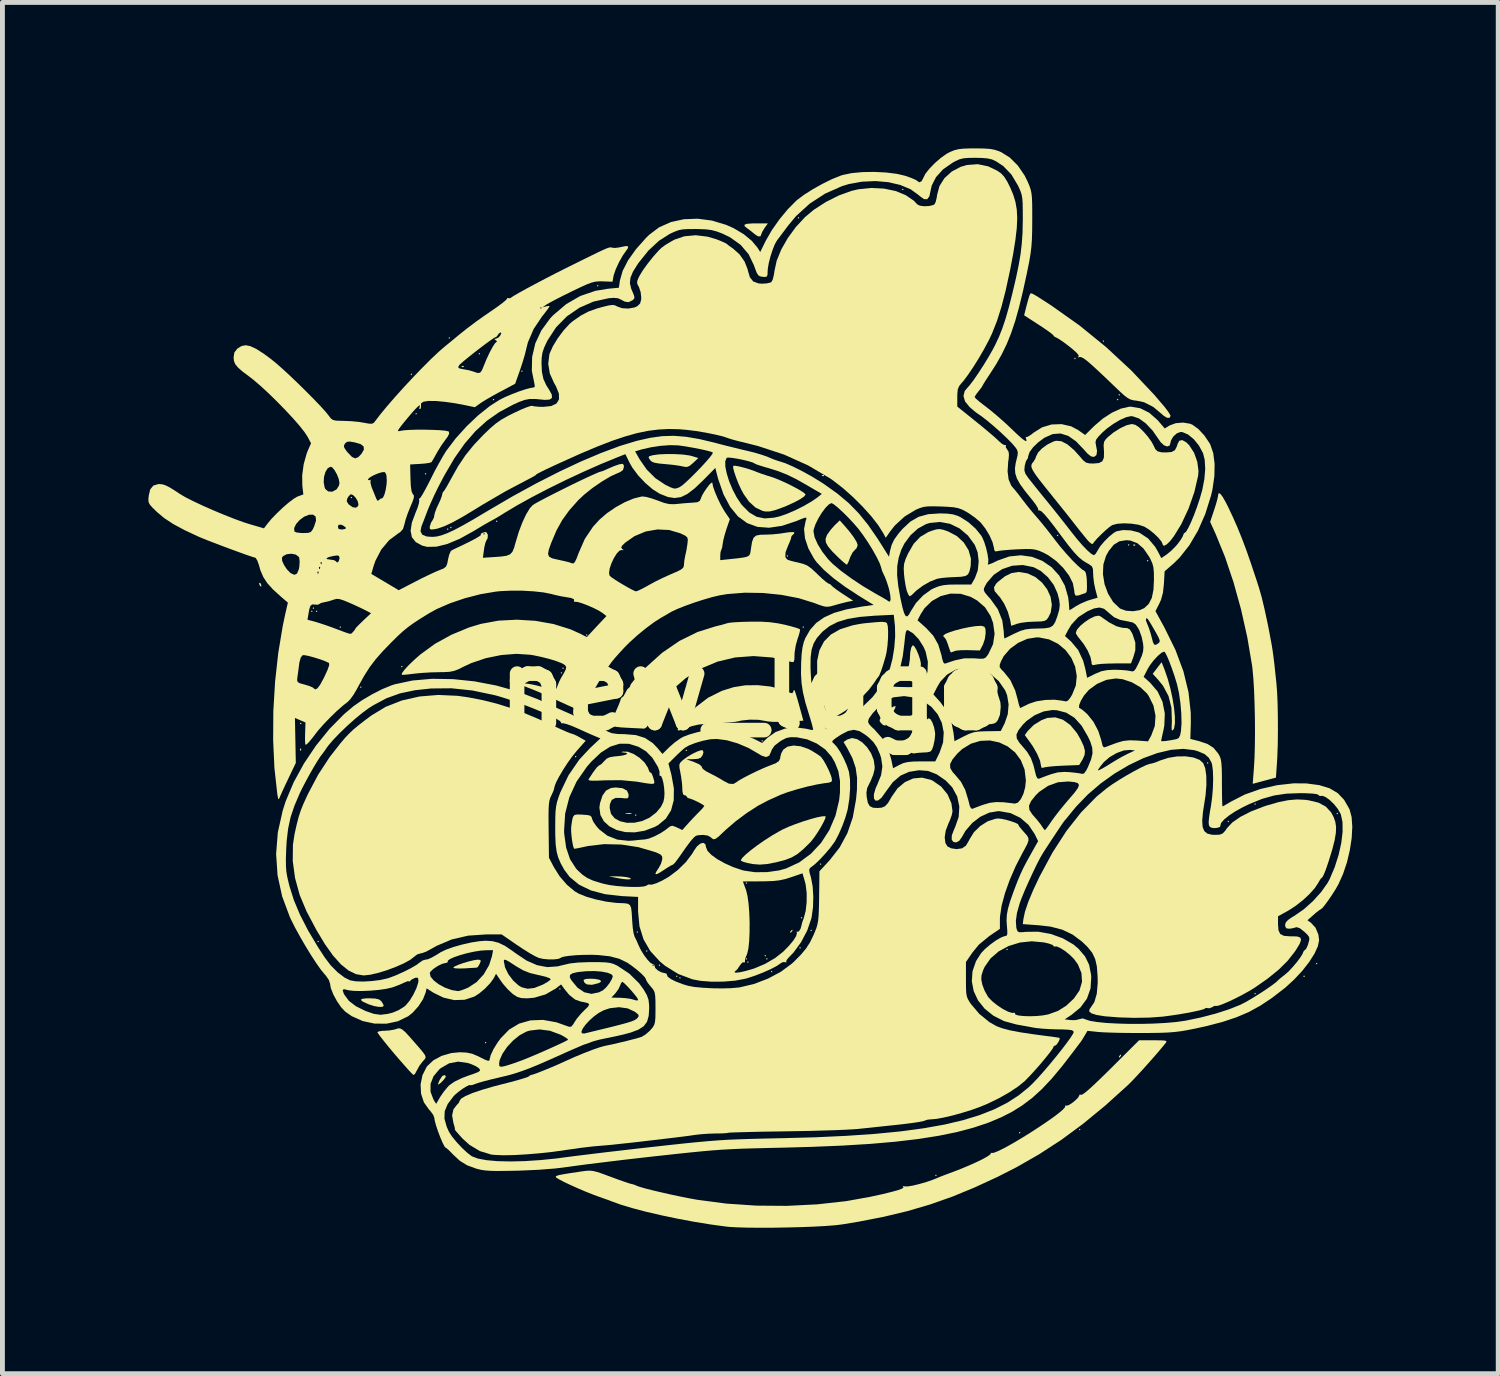
<source format=kicad_pcb>
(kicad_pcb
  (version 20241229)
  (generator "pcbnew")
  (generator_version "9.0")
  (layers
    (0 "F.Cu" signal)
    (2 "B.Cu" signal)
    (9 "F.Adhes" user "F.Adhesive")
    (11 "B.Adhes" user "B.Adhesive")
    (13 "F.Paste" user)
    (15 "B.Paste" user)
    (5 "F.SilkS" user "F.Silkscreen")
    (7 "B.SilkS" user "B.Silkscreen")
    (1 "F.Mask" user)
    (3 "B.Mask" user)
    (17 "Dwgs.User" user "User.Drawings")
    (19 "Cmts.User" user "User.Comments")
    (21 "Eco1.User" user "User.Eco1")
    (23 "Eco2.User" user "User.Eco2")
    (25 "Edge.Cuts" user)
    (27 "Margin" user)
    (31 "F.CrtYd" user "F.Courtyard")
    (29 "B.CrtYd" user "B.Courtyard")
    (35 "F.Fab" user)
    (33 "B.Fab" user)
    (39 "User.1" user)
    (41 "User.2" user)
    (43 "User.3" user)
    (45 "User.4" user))
  (footprint "new_logo"
    (layer "F.Cu")
    (at 12.406 11.124)
    (property "Reference" "new_logo" (at 0 0 0) (layer "F.SilkS") (effects (font (size 1.524 1.524) (thickness 0.3))))
    (attr board_only exclude_from_pos_files exclude_from_bom)
    (fp_poly (pts (xy -9.257 0.698) (xy -9.273 0.715) (xy -9.29 0.698) (xy -9.273 0.682)) (stroke (width 0) (type solid)) (fill yes) (layer "F.SilkS"))
    (fp_poly (pts (xy -9.03 -1.608) (xy -9.046 -1.592) (xy -9.062 -1.608) (xy -9.046 -1.624)) (stroke (width 0) (type solid)) (fill yes) (layer "F.SilkS"))
    (fp_poly (pts (xy -8.997 -1.673) (xy -9.013 -1.657) (xy -9.03 -1.673) (xy -9.013 -1.689)) (stroke (width 0) (type solid)) (fill yes) (layer "F.SilkS"))
    (fp_poly (pts (xy -8.932 -1.608) (xy -8.948 -1.592) (xy -8.965 -1.608) (xy -8.948 -1.624)) (stroke (width 0) (type solid)) (fill yes) (layer "F.SilkS"))
    (fp_poly (pts (xy -8.9 5.181) (xy -8.916 5.197) (xy -8.932 5.181) (xy -8.916 5.164)) (stroke (width 0) (type solid)) (fill yes) (layer "F.SilkS"))
    (fp_poly (pts (xy -8.445 -1.283) (xy -8.461 -1.267) (xy -8.477 -1.283) (xy -8.461 -1.299)) (stroke (width 0) (type solid)) (fill yes) (layer "F.SilkS"))
    (fp_poly (pts (xy -8.218 -3.946) (xy -8.234 -3.93) (xy -8.25 -3.946) (xy -8.234 -3.963)) (stroke (width 0) (type solid)) (fill yes) (layer "F.SilkS"))
    (fp_poly (pts (xy -8.023 -0.049) (xy -8.039 -0.032) (xy -8.055 -0.049) (xy -8.039 -0.065)) (stroke (width 0) (type solid)) (fill yes) (layer "F.SilkS"))
    (fp_poly (pts (xy -7.178 -0.471) (xy -7.195 -0.455) (xy -7.211 -0.471) (xy -7.195 -0.487)) (stroke (width 0) (type solid)) (fill yes) (layer "F.SilkS"))
    (fp_poly (pts (xy -6.983 -6.48) (xy -7 -6.464) (xy -7.016 -6.48) (xy -7 -6.496)) (stroke (width 0) (type solid)) (fill yes) (layer "F.SilkS"))
    (fp_poly (pts (xy -6.886 -5.668) (xy -6.902 -5.652) (xy -6.918 -5.668) (xy -6.902 -5.684)) (stroke (width 0) (type solid)) (fill yes) (layer "F.SilkS"))
    (fp_poly (pts (xy -6.691 -4.434) (xy -6.707 -4.417) (xy -6.724 -4.434) (xy -6.707 -4.45)) (stroke (width 0) (type solid)) (fill yes) (layer "F.SilkS"))
    (fp_poly (pts (xy -6.236 -3.297) (xy -6.253 -3.281) (xy -6.269 -3.297) (xy -6.253 -3.313)) (stroke (width 0) (type solid)) (fill yes) (layer "F.SilkS"))
    (fp_poly (pts (xy -6.204 -7.227) (xy -6.22 -7.211) (xy -6.236 -7.227) (xy -6.22 -7.243)) (stroke (width 0) (type solid)) (fill yes) (layer "F.SilkS"))
    (fp_poly (pts (xy -6.171 -3.329) (xy -6.188 -3.313) (xy -6.204 -3.329) (xy -6.188 -3.346)) (stroke (width 0) (type solid)) (fill yes) (layer "F.SilkS"))
    (fp_poly (pts (xy -5.587 -6.902) (xy -5.603 -6.886) (xy -5.619 -6.902) (xy -5.603 -6.918)) (stroke (width 0) (type solid)) (fill yes) (layer "F.SilkS"))
    (fp_poly (pts (xy -5.457 7.259) (xy -5.473 7.276) (xy -5.489 7.259) (xy -5.473 7.243)) (stroke (width 0) (type solid)) (fill yes) (layer "F.SilkS"))
    (fp_poly (pts (xy -5.294 -5.96) (xy -5.311 -5.944) (xy -5.327 -5.96) (xy -5.311 -5.976)) (stroke (width 0) (type solid)) (fill yes) (layer "F.SilkS"))
    (fp_poly (pts (xy -5.229 -3.459) (xy -5.246 -3.443) (xy -5.262 -3.459) (xy -5.246 -3.475)) (stroke (width 0) (type solid)) (fill yes) (layer "F.SilkS"))
    (fp_poly (pts (xy -4.71 -6.545) (xy -4.726 -6.529) (xy -4.742 -6.545) (xy -4.726 -6.561)) (stroke (width 0) (type solid)) (fill yes) (layer "F.SilkS"))
    (fp_poly (pts (xy -3.93 6.155) (xy -3.946 6.171) (xy -3.963 6.155) (xy -3.946 6.139)) (stroke (width 0) (type solid)) (fill yes) (layer "F.SilkS"))
    (fp_poly (pts (xy -3.898 -0.341) (xy -3.914 -0.325) (xy -3.93 -0.341) (xy -3.914 -0.357)) (stroke (width 0) (type solid)) (fill yes) (layer "F.SilkS"))
    (fp_poly (pts (xy -3.865 -0.438) (xy -3.881 -0.422) (xy -3.898 -0.438) (xy -3.881 -0.455)) (stroke (width 0) (type solid)) (fill yes) (layer "F.SilkS"))
    (fp_poly (pts (xy -3.605 1.38) (xy -3.622 1.397) (xy -3.638 1.38) (xy -3.622 1.364)) (stroke (width 0) (type solid)) (fill yes) (layer "F.SilkS"))
    (fp_poly (pts (xy -3.378 -1.121) (xy -3.394 -1.104) (xy -3.41 -1.121) (xy -3.394 -1.137)) (stroke (width 0) (type solid)) (fill yes) (layer "F.SilkS"))
    (fp_poly (pts (xy -3.151 -8.299) (xy -3.167 -8.283) (xy -3.183 -8.299) (xy -3.167 -8.315)) (stroke (width 0) (type solid)) (fill yes) (layer "F.SilkS"))
    (fp_poly (pts (xy -2.858 0.503) (xy -2.875 0.52) (xy -2.891 0.503) (xy -2.875 0.487)) (stroke (width 0) (type solid)) (fill yes) (layer "F.SilkS"))
    (fp_poly (pts (xy -2.371 2.582) (xy -2.387 2.598) (xy -2.404 2.582) (xy -2.387 2.566)) (stroke (width 0) (type solid)) (fill yes) (layer "F.SilkS"))
    (fp_poly (pts (xy -2.339 4.986) (xy -2.355 5.002) (xy -2.371 4.986) (xy -2.355 4.97)) (stroke (width 0) (type solid)) (fill yes) (layer "F.SilkS"))
    (fp_poly (pts (xy -2.144 5.376) (xy -2.16 5.392) (xy -2.176 5.376) (xy -2.16 5.359)) (stroke (width 0) (type solid)) (fill yes) (layer "F.SilkS"))
    (fp_poly (pts (xy -1.884 5.668) (xy -1.9 5.684) (xy -1.916 5.668) (xy -1.9 5.652)) (stroke (width 0) (type solid)) (fill yes) (layer "F.SilkS"))
    (fp_poly (pts (xy -1.527 5.895) (xy -1.543 5.912) (xy -1.559 5.895) (xy -1.543 5.879)) (stroke (width 0) (type solid)) (fill yes) (layer "F.SilkS"))
    (fp_poly (pts (xy -1.462 5.928) (xy -1.478 5.944) (xy -1.494 5.928) (xy -1.478 5.912)) (stroke (width 0) (type solid)) (fill yes) (layer "F.SilkS"))
    (fp_poly (pts (xy -1.332 1.251) (xy -1.348 1.267) (xy -1.364 1.251) (xy -1.348 1.234)) (stroke (width 0) (type solid)) (fill yes) (layer "F.SilkS"))
    (fp_poly (pts (xy -0.097 3.979) (xy -0.114 3.995) (xy -0.13 3.979) (xy -0.114 3.963)) (stroke (width 0) (type solid)) (fill yes) (layer "F.SilkS"))
    (fp_poly (pts (xy -0.097 5.538) (xy -0.114 5.554) (xy -0.13 5.538) (xy -0.114 5.522)) (stroke (width 0) (type solid)) (fill yes) (layer "F.SilkS"))
    (fp_poly (pts (xy -0.065 5.603) (xy -0.081 5.619) (xy -0.097 5.603) (xy -0.081 5.587)) (stroke (width 0) (type solid)) (fill yes) (layer "F.SilkS"))
    (fp_poly (pts (xy 0.227 1.056) (xy 0.211 1.072) (xy 0.195 1.056) (xy 0.211 1.039)) (stroke (width 0) (type solid)) (fill yes) (layer "F.SilkS"))
    (fp_poly (pts (xy 0.292 5.473) (xy 0.276 5.489) (xy 0.26 5.473) (xy 0.276 5.457)) (stroke (width 0) (type solid)) (fill yes) (layer "F.SilkS"))
    (fp_poly (pts (xy 0.325 5.538) (xy 0.309 5.554) (xy 0.292 5.538) (xy 0.309 5.522)) (stroke (width 0) (type solid)) (fill yes) (layer "F.SilkS"))
    (fp_poly (pts (xy 0.422 5.798) (xy 0.406 5.814) (xy 0.39 5.798) (xy 0.406 5.782)) (stroke (width 0) (type solid)) (fill yes) (layer "F.SilkS"))
    (fp_poly (pts (xy 0.747 -2.745) (xy 0.731 -2.728) (xy 0.715 -2.745) (xy 0.731 -2.761)) (stroke (width 0) (type solid)) (fill yes) (layer "F.SilkS"))
    (fp_poly (pts (xy 0.974 -9.696) (xy 0.958 -9.679) (xy 0.942 -9.696) (xy 0.958 -9.712)) (stroke (width 0) (type solid)) (fill yes) (layer "F.SilkS"))
    (fp_poly (pts (xy 1.007 5.311) (xy 0.991 5.327) (xy 0.974 5.311) (xy 0.991 5.294)) (stroke (width 0) (type solid)) (fill yes) (layer "F.SilkS"))
    (fp_poly (pts (xy 1.039 4.693) (xy 1.023 4.71) (xy 1.007 4.693) (xy 1.023 4.677)) (stroke (width 0) (type solid)) (fill yes) (layer "F.SilkS"))
    (fp_poly (pts (xy 1.072 -1.283) (xy 1.056 -1.267) (xy 1.039 -1.283) (xy 1.056 -1.299)) (stroke (width 0) (type solid)) (fill yes) (layer "F.SilkS"))
    (fp_poly (pts (xy 1.234 4.953) (xy 1.218 4.97) (xy 1.202 4.953) (xy 1.218 4.937)) (stroke (width 0) (type solid)) (fill yes) (layer "F.SilkS"))
    (fp_poly (pts (xy 1.429 3.589) (xy 1.413 3.605) (xy 1.397 3.589) (xy 1.413 3.573)) (stroke (width 0) (type solid)) (fill yes) (layer "F.SilkS"))
    (fp_poly (pts (xy 3.118 -10.28) (xy 3.102 -10.264) (xy 3.086 -10.28) (xy 3.102 -10.296)) (stroke (width 0) (type solid)) (fill yes) (layer "F.SilkS"))
    (fp_poly (pts (xy 3.8 9.988) (xy 3.784 10.004) (xy 3.768 9.988) (xy 3.784 9.972)) (stroke (width 0) (type solid)) (fill yes) (layer "F.SilkS"))
    (fp_poly (pts (xy 4.093 0.276) (xy 4.076 0.292) (xy 4.06 0.276) (xy 4.076 0.26)) (stroke (width 0) (type solid)) (fill yes) (layer "F.SilkS"))
    (fp_poly (pts (xy 5.262 5.343) (xy 5.246 5.359) (xy 5.229 5.343) (xy 5.246 5.327)) (stroke (width 0) (type solid)) (fill yes) (layer "F.SilkS"))
    (fp_poly (pts (xy 5.522 9.111) (xy 5.505 9.127) (xy 5.489 9.111) (xy 5.505 9.095)) (stroke (width 0) (type solid)) (fill yes) (layer "F.SilkS"))
    (fp_poly (pts (xy 6.301 -3.167) (xy 6.285 -3.151) (xy 6.269 -3.167) (xy 6.285 -3.183)) (stroke (width 0) (type solid)) (fill yes) (layer "F.SilkS"))
    (fp_poly (pts (xy 6.659 -6.805) (xy 6.642 -6.788) (xy 6.626 -6.805) (xy 6.642 -6.821)) (stroke (width 0) (type solid)) (fill yes) (layer "F.SilkS"))
    (fp_poly (pts (xy 6.756 9.046) (xy 6.74 9.062) (xy 6.724 9.046) (xy 6.74 9.03)) (stroke (width 0) (type solid)) (fill yes) (layer "F.SilkS"))
    (fp_poly (pts (xy 7.243 -7.162) (xy 7.227 -7.146) (xy 7.211 -7.162) (xy 7.227 -7.178)) (stroke (width 0) (type solid)) (fill yes) (layer "F.SilkS"))
    (fp_poly (pts (xy 7.536 -5.96) (xy 7.519 -5.944) (xy 7.503 -5.96) (xy 7.519 -5.976)) (stroke (width 0) (type solid)) (fill yes) (layer "F.SilkS"))
    (fp_poly (pts (xy 7.568 -6.058) (xy 7.552 -6.041) (xy 7.536 -6.058) (xy 7.552 -6.074)) (stroke (width 0) (type solid)) (fill yes) (layer "F.SilkS"))
    (fp_poly (pts (xy 7.763 -2.972) (xy 7.747 -2.956) (xy 7.73 -2.972) (xy 7.747 -2.988)) (stroke (width 0) (type solid)) (fill yes) (layer "F.SilkS"))
    (fp_poly (pts (xy 8.153 -2.647) (xy 8.136 -2.631) (xy 8.12 -2.647) (xy 8.136 -2.663)) (stroke (width 0) (type solid)) (fill yes) (layer "F.SilkS"))
    (fp_poly (pts (xy 9.387 1.51) (xy 9.371 1.527) (xy 9.354 1.51) (xy 9.371 1.494)) (stroke (width 0) (type solid)) (fill yes) (layer "F.SilkS"))
    (fp_poly (pts (xy 9.809 2.712) (xy 9.793 2.728) (xy 9.777 2.712) (xy 9.793 2.696)) (stroke (width 0) (type solid)) (fill yes) (layer "F.SilkS"))
    (fp_poly (pts (xy 10.361 2.355) (xy 10.345 2.371) (xy 10.329 2.355) (xy 10.345 2.339)) (stroke (width 0) (type solid)) (fill yes) (layer "F.SilkS"))
    (fp_poly (pts (xy 10.361 6.253) (xy 10.345 6.269) (xy 10.329 6.253) (xy 10.345 6.236)) (stroke (width 0) (type solid)) (fill yes) (layer "F.SilkS"))
    (fp_poly (pts (xy 11.368 5.895) (xy 11.352 5.912) (xy 11.336 5.895) (xy 11.352 5.879)) (stroke (width 0) (type solid)) (fill yes) (layer "F.SilkS"))
    (fp_poly (pts (xy 11.628 5.635) (xy 11.612 5.652) (xy 11.596 5.635) (xy 11.612 5.619)) (stroke (width 0) (type solid)) (fill yes) (layer "F.SilkS"))
    (fp_poly (pts (xy 12.05 2.55) (xy 12.034 2.566) (xy 12.018 2.55) (xy 12.034 2.534)) (stroke (width 0) (type solid)) (fill yes) (layer "F.SilkS"))
    (fp_poly (pts (xy -9.268 1.213) (xy -9.264 1.251) (xy -9.268 1.256) (xy -9.287 1.251) (xy -9.29 1.234) (xy -9.278 1.208)) (stroke (width 0) (type solid)) (fill yes) (layer "F.SilkS"))
    (fp_poly (pts (xy -5.922 -6.648) (xy -5.927 -6.628) (xy -5.944 -6.626) (xy -5.971 -6.638) (xy -5.966 -6.648) (xy -5.927 -6.652)) (stroke (width 0) (type solid)) (fill yes) (layer "F.SilkS"))
    (fp_poly (pts (xy 1.483 -4.407) (xy 1.479 -4.387) (xy 1.462 -4.385) (xy 1.435 -4.397) (xy 1.44 -4.407) (xy 1.479 -4.41)) (stroke (width 0) (type solid)) (fill yes) (layer "F.SilkS"))
    (fp_poly (pts (xy 7.882 -2.977) (xy 7.878 -2.958) (xy 7.86 -2.956) (xy 7.834 -2.968) (xy 7.839 -2.977) (xy 7.877 -2.981)) (stroke (width 0) (type solid)) (fill yes) (layer "F.SilkS"))
    (fp_poly (pts (xy -10.103 -2.185) (xy -10.09 -2.161) (xy -10.082 -2.116) (xy -10.104 -2.124) (xy -10.119 -2.146) (xy -10.129 -2.188) (xy -10.125 -2.196)) (stroke (width 0) (type solid)) (fill yes) (layer "F.SilkS"))
    (fp_poly (pts (xy -2.477 2.544) (xy -2.467 2.553) (xy -2.511 2.558) (xy -2.534 2.558) (xy -2.593 2.555) (xy -2.6 2.547) (xy -2.59 2.544) (xy -2.508 2.539)) (stroke (width 0) (type solid)) (fill yes) (layer "F.SilkS"))
    (fp_poly (pts (xy 0.834 4.958) (xy 0.828 4.97) (xy 0.798 5.001) (xy 0.792 5.002) (xy 0.79 4.981) (xy 0.796 4.97) (xy 0.826 4.939) (xy 0.832 4.937)) (stroke (width 0) (type solid)) (fill yes) (layer "F.SilkS"))
    (fp_poly (pts (xy 7.59 7.524) (xy 7.584 7.536) (xy 7.554 7.567) (xy 7.548 7.568) (xy 7.546 7.547) (xy 7.552 7.536) (xy 7.582 7.505) (xy 7.588 7.503)) (stroke (width 0) (type solid)) (fill yes) (layer "F.SilkS"))
    (fp_poly (pts (xy -2.68 3.845) (xy -2.582 3.856) (xy -2.513 3.872) (xy -2.486 3.889) (xy -2.501 3.901) (xy -2.557 3.904) (xy -2.654 3.895) (xy -2.745 3.88) (xy -2.94 3.841) (xy -2.793 3.841)) (stroke (width 0) (type solid)) (fill yes) (layer "F.SilkS"))
    (fp_poly (pts (xy -6.291 7.946) (xy -6.3 7.977) (xy -6.339 8.029) (xy -6.391 8.082) (xy -6.437 8.117) (xy -6.45 8.12) (xy -6.447 8.095) (xy -6.421 8.034) (xy -6.415 8.023) (xy -6.365 7.946) (xy -6.321 7.927)) (stroke (width 0) (type solid)) (fill yes) (layer "F.SilkS"))
    (fp_poly (pts (xy -3.223 5.95) (xy -3.144 5.965) (xy -3.119 5.975) (xy -3.097 6.001) (xy -3.128 6.026) (xy -3.162 6.04) (xy -3.288 6.071) (xy -3.389 6.063) (xy -3.439 6.03) (xy -3.459 5.983) (xy -3.454 5.965) (xy -3.405 5.95) (xy -3.319 5.945)) (stroke (width 0) (type solid)) (fill yes) (layer "F.SilkS"))
    (fp_poly (pts (xy 0.262 -9.488) (xy 0.217 -9.415) (xy 0.195 -9.364) (xy 0.195 -9.359) (xy 0.175 -9.314) (xy 0.123 -9.317) (xy 0.061 -9.359) (xy -0.021 -9.426) (xy -0.089 -9.476) (xy -0.147 -9.522) (xy -0.152 -9.554) (xy -0.102 -9.573) (xy 0.007 -9.581) (xy 0.083 -9.582) (xy 0.329 -9.582)) (stroke (width 0) (type solid)) (fill yes) (layer "F.SilkS"))
    (fp_poly (pts (xy -7.738 6.354) (xy -7.664 6.372) (xy -7.62 6.406) (xy -7.614 6.413) (xy -7.578 6.472) (xy -7.568 6.502) (xy -7.596 6.524) (xy -7.668 6.525) (xy -7.768 6.507) (xy -7.879 6.471) (xy -7.891 6.466) (xy -7.996 6.418) (xy -8.038 6.382) (xy -8.015 6.36) (xy -7.93 6.349) (xy -7.858 6.348)) (stroke (width 0) (type solid)) (fill yes) (layer "F.SilkS"))
    (fp_poly (pts (xy 2.956 0.352) (xy 2.939 0.397) (xy 2.895 0.474) (xy 2.858 0.531) (xy 2.803 0.618) (xy 2.768 0.687) (xy 2.761 0.711) (xy 2.743 0.745) (xy 2.697 0.729) (xy 2.655 0.69) (xy 2.626 0.65) (xy 2.632 0.611) (xy 2.676 0.552) (xy 2.696 0.53) (xy 2.775 0.451) (xy 2.853 0.387) (xy 2.916 0.348) (xy 2.952 0.342)) (stroke (width 0) (type solid)) (fill yes) (layer "F.SilkS"))
    (fp_poly (pts (xy -5.58 5.56) (xy -5.575 5.592) (xy -5.593 5.635) (xy -5.626 5.695) (xy -5.649 5.717) (xy -5.688 5.72) (xy -5.775 5.725) (xy -5.891 5.732) (xy -5.903 5.733) (xy -6.023 5.736) (xy -6.106 5.731) (xy -6.139 5.718) (xy -6.139 5.717) (xy -6.11 5.693) (xy -6.036 5.66) (xy -5.934 5.624) (xy -5.822 5.591) (xy -5.718 5.566) (xy -5.639 5.554) (xy -5.633 5.554)) (stroke (width 0) (type solid)) (fill yes) (layer "F.SilkS"))
    (fp_poly (pts (xy 8.486 -0.403) (xy 8.549 -0.219) (xy 8.604 -0.019) (xy 8.648 0.185) (xy 8.679 0.38) (xy 8.696 0.555) (xy 8.697 0.698) (xy 8.68 0.797) (xy 8.666 0.822) (xy 8.643 0.845) (xy 8.632 0.833) (xy 8.629 0.775) (xy 8.634 0.663) (xy 8.634 0.65) (xy 8.626 0.375) (xy 8.565 0.134) (xy 8.45 -0.08) (xy 8.351 -0.201) (xy 8.24 -0.322) (xy 8.423 -0.561)) (stroke (width 0) (type solid)) (fill yes) (layer "F.SilkS"))
    (fp_poly (pts (xy -1.587 -4.839) (xy -1.422 -4.83) (xy -1.288 -4.812) (xy -1.24 -4.801) (xy -1.1 -4.758) (xy -1.208 -4.657) (xy -1.282 -4.595) (xy -1.34 -4.573) (xy -1.407 -4.582) (xy -1.413 -4.584) (xy -1.492 -4.6) (xy -1.612 -4.617) (xy -1.75 -4.631) (xy -1.78 -4.633) (xy -1.92 -4.647) (xy -2.01 -4.664) (xy -2.065 -4.689) (xy -2.097 -4.723) (xy -2.124 -4.77) (xy -2.109 -4.795) (xy -2.041 -4.815) (xy -2.039 -4.815) (xy -1.918 -4.833) (xy -1.76 -4.84)) (stroke (width 0) (type solid)) (fill yes) (layer "F.SilkS"))
    (fp_poly (pts (xy 3.345 -0.881) (xy 3.385 -0.81) (xy 3.426 -0.715) (xy 3.458 -0.617) (xy 3.475 -0.534) (xy 3.475 -0.519) (xy 3.462 -0.419) (xy 3.431 -0.313) (xy 3.428 -0.308) (xy 3.386 -0.23) (xy 3.333 -0.199) (xy 3.284 -0.195) (xy 3.209 -0.204) (xy 3.169 -0.224) (xy 3.168 -0.27) (xy 3.187 -0.351) (xy 3.2 -0.39) (xy 3.231 -0.507) (xy 3.248 -0.623) (xy 3.249 -0.646) (xy 3.256 -0.765) (xy 3.275 -0.857) (xy 3.303 -0.905) (xy 3.313 -0.909)) (stroke (width 0) (type solid)) (fill yes) (layer "F.SilkS"))
    (fp_poly (pts (xy 3.67 0.61) (xy 3.709 0.674) (xy 3.743 0.767) (xy 3.764 0.87) (xy 3.768 0.925) (xy 3.757 1.037) (xy 3.732 1.155) (xy 3.729 1.165) (xy 3.702 1.239) (xy 3.668 1.277) (xy 3.605 1.291) (xy 3.53 1.295) (xy 3.432 1.301) (xy 3.364 1.309) (xy 3.348 1.314) (xy 3.305 1.312) (xy 3.286 1.302) (xy 3.272 1.259) (xy 3.288 1.175) (xy 3.328 1.065) (xy 3.383 0.941) (xy 3.448 0.819) (xy 3.516 0.71) (xy 3.58 0.63) (xy 3.632 0.592)) (stroke (width 0) (type solid)) (fill yes) (layer "F.SilkS"))
    (fp_poly (pts (xy 1.888 -3.386) (xy 2.002 -3.253) (xy 2.094 -3.131) (xy 2.154 -3.032) (xy 2.176 -2.967) (xy 2.176 -2.967) (xy 2.151 -2.901) (xy 2.118 -2.87) (xy 2.071 -2.817) (xy 2.026 -2.73) (xy 2.015 -2.7) (xy 1.984 -2.618) (xy 1.959 -2.571) (xy 1.952 -2.566) (xy 1.92 -2.587) (xy 1.856 -2.641) (xy 1.786 -2.706) (xy 1.653 -2.838) (xy 1.567 -2.94) (xy 1.522 -3.022) (xy 1.515 -3.094) (xy 1.54 -3.166) (xy 1.556 -3.195) (xy 1.625 -3.289) (xy 1.707 -3.381) (xy 1.713 -3.386) (xy 1.807 -3.476)) (stroke (width 0) (type solid)) (fill yes) (layer "F.SilkS"))
    (fp_poly (pts (xy 6.396 0.622) (xy 6.546 0.73) (xy 6.682 0.894) (xy 6.755 1.021) (xy 6.819 1.157) (xy 6.847 1.258) (xy 6.841 1.342) (xy 6.804 1.428) (xy 6.791 1.45) (xy 6.728 1.553) (xy 6.393 1.566) (xy 6.246 1.574) (xy 6.12 1.585) (xy 6.031 1.597) (xy 6.001 1.605) (xy 5.956 1.612) (xy 5.944 1.567) (xy 5.923 1.461) (xy 5.866 1.326) (xy 5.781 1.176) (xy 5.725 1.094) (xy 5.61 0.937) (xy 5.674 0.85) (xy 5.795 0.729) (xy 5.951 0.632) (xy 6.072 0.585) (xy 6.237 0.573)) (stroke (width 0) (type solid)) (fill yes) (layer "F.SilkS"))
    (fp_poly (pts (xy 4.558 -0.291) (xy 4.741 -0.223) (xy 4.764 -0.211) (xy 4.934 -0.083) (xy 5.05 0.077) (xy 5.109 0.263) (xy 5.116 0.359) (xy 5.1 0.521) (xy 5.058 0.627) (xy 5.023 0.673) (xy 4.981 0.699) (xy 4.915 0.712) (xy 4.806 0.716) (xy 4.766 0.716) (xy 4.628 0.723) (xy 4.499 0.739) (xy 4.411 0.76) (xy 4.291 0.803) (xy 4.257 0.644) (xy 4.191 0.433) (xy 4.094 0.257) (xy 4.014 0.165) (xy 3.956 0.077) (xy 3.96 -0.017) (xy 4.025 -0.112) (xy 4.15 -0.205) (xy 4.206 -0.236) (xy 4.381 -0.295)) (stroke (width 0) (type solid)) (fill yes) (layer "F.SilkS"))
    (fp_poly (pts (xy 4.734 -1.306) (xy 4.781 -1.289) (xy 4.802 -1.246) (xy 4.806 -1.159) (xy 4.79 -1.04) (xy 4.752 -0.926) (xy 4.745 -0.912) (xy 4.687 -0.802) (xy 4.436 -0.809) (xy 4.299 -0.808) (xy 4.195 -0.798) (xy 4.142 -0.78) (xy 4.099 -0.762) (xy 4.085 -0.77) (xy 4.068 -0.815) (xy 4.04 -0.896) (xy 4.028 -0.934) (xy 3.996 -1.017) (xy 3.965 -1.066) (xy 3.955 -1.072) (xy 3.935 -1.095) (xy 3.937 -1.109) (xy 3.976 -1.141) (xy 4.064 -1.177) (xy 4.185 -1.216) (xy 4.325 -1.252) (xy 4.468 -1.282) (xy 4.598 -1.302) (xy 4.701 -1.309)) (stroke (width 0) (type solid)) (fill yes) (layer "F.SilkS"))
    (fp_poly (pts (xy 5.667 -2.387) (xy 5.827 -2.312) (xy 5.964 -2.199) (xy 6.071 -2.059) (xy 6.141 -1.903) (xy 6.167 -1.74) (xy 6.143 -1.58) (xy 6.092 -1.477) (xy 6.059 -1.435) (xy 6.015 -1.41) (xy 5.943 -1.399) (xy 5.827 -1.395) (xy 5.805 -1.395) (xy 5.668 -1.388) (xy 5.539 -1.372) (xy 5.451 -1.351) (xy 5.332 -1.309) (xy 5.311 -1.426) (xy 5.263 -1.596) (xy 5.189 -1.76) (xy 5.101 -1.895) (xy 5.065 -1.935) (xy 4.991 -2.023) (xy 4.977 -2.098) (xy 5.021 -2.175) (xy 5.059 -2.213) (xy 5.205 -2.328) (xy 5.338 -2.393) (xy 5.475 -2.415) (xy 5.489 -2.415)) (stroke (width 0) (type solid)) (fill yes) (layer "F.SilkS"))
    (fp_poly (pts (xy 7.159 -1.508) (xy 7.343 -1.38) (xy 7.494 -1.301) (xy 7.616 -1.268) (xy 7.641 -1.267) (xy 7.72 -1.261) (xy 7.769 -1.234) (xy 7.81 -1.169) (xy 7.829 -1.129) (xy 7.883 -0.964) (xy 7.883 -0.807) (xy 7.843 -0.667) (xy 7.793 -0.536) (xy 7.477 -0.536) (xy 7.33 -0.533) (xy 7.198 -0.527) (xy 7.102 -0.517) (xy 7.073 -0.511) (xy 7.009 -0.5) (xy 6.985 -0.524) (xy 6.983 -0.56) (xy 6.961 -0.666) (xy 6.905 -0.798) (xy 6.824 -0.931) (xy 6.76 -1.013) (xy 6.7 -1.089) (xy 6.664 -1.148) (xy 6.659 -1.164) (xy 6.684 -1.231) (xy 6.751 -1.308) (xy 6.843 -1.386) (xy 6.946 -1.454) (xy 7.045 -1.502) (xy 7.125 -1.518)) (stroke (width 0) (type solid)) (fill yes) (layer "F.SilkS"))
    (fp_poly (pts (xy -7.229 6.968) (xy -7.182 6.993) (xy -7.12 7.047) (xy -7.035 7.14) (xy -6.948 7.239) (xy -6.836 7.367) (xy -6.762 7.456) (xy -6.72 7.515) (xy -6.706 7.556) (xy -6.715 7.587) (xy -6.743 7.621) (xy -6.765 7.644) (xy -6.833 7.733) (xy -6.885 7.827) (xy -6.886 7.829) (xy -6.921 7.895) (xy -6.951 7.925) (xy -6.953 7.925) (xy -6.982 7.902) (xy -7.045 7.836) (xy -7.134 7.737) (xy -7.243 7.612) (xy -7.339 7.501) (xy -7.457 7.36) (xy -7.558 7.235) (xy -7.637 7.135) (xy -7.685 7.069) (xy -7.698 7.046) (xy -7.669 7.028) (xy -7.596 7.017) (xy -7.554 7.016) (xy -7.443 7.008) (xy -7.344 6.99) (xy -7.324 6.983) (xy -7.273 6.967)) (stroke (width 0) (type solid)) (fill yes) (layer "F.SilkS"))
    (fp_poly (pts (xy 1.515 2.609) (xy 1.511 2.646) (xy 1.477 2.721) (xy 1.423 2.821) (xy 1.357 2.93) (xy 1.287 3.034) (xy 1.222 3.118) (xy 1.202 3.141) (xy 1.058 3.282) (xy 0.935 3.384) (xy 0.813 3.455) (xy 0.672 3.508) (xy 0.497 3.553) (xy 0.313 3.588) (xy 0.162 3.6) (xy 0.018 3.588) (xy -0.089 3.567) (xy -0.173 3.544) (xy -0.222 3.52) (xy -0.227 3.512) (xy -0.201 3.466) (xy -0.129 3.394) (xy -0.021 3.304) (xy 0.112 3.203) (xy 0.261 3.1) (xy 0.415 3.001) (xy 0.565 2.914) (xy 0.632 2.878) (xy 0.753 2.823) (xy 0.896 2.767) (xy 1.05 2.713) (xy 1.201 2.666) (xy 1.336 2.629) (xy 1.442 2.608) (xy 1.505 2.604)) (stroke (width 0) (type solid)) (fill yes) (layer "F.SilkS"))
    (fp_poly (pts (xy -0.261 -4.585) (xy -0.153 -4.558) (xy -0.04 -4.524) (xy 0.062 -4.487) (xy 0.065 -4.485) (xy 0.192 -4.437) (xy 0.325 -4.393) (xy 0.357 -4.384) (xy 0.462 -4.349) (xy 0.589 -4.297) (xy 0.726 -4.235) (xy 0.858 -4.168) (xy 0.974 -4.105) (xy 1.06 -4.051) (xy 1.102 -4.014) (xy 1.104 -4.007) (xy 1.075 -3.968) (xy 0.995 -3.913) (xy 0.874 -3.848) (xy 0.723 -3.779) (xy 0.626 -3.74) (xy 0.475 -3.686) (xy 0.364 -3.66) (xy 0.276 -3.659) (xy 0.221 -3.671) (xy 0.075 -3.74) (xy -0.058 -3.861) (xy -0.169 -4.018) (xy -0.222 -4.116) (xy -0.276 -4.234) (xy -0.324 -4.357) (xy -0.362 -4.469) (xy -0.384 -4.554) (xy -0.383 -4.597) (xy -0.383 -4.598) (xy -0.343 -4.6)) (stroke (width 0) (type solid)) (fill yes) (layer "F.SilkS"))
    (fp_poly (pts (xy 3.934 -3.284) (xy 4.037 -3.248) (xy 4.216 -3.153) (xy 4.358 -3.02) (xy 4.456 -2.861) (xy 4.504 -2.688) (xy 4.498 -2.537) (xy 4.475 -2.433) (xy 4.444 -2.368) (xy 4.391 -2.333) (xy 4.3 -2.317) (xy 4.165 -2.311) (xy 4.026 -2.304) (xy 3.9 -2.292) (xy 3.81 -2.276) (xy 3.803 -2.274) (xy 3.662 -2.218) (xy 3.512 -2.132) (xy 3.384 -2.036) (xy 3.348 -2.001) (xy 3.289 -1.944) (xy 3.247 -1.917) (xy 3.244 -1.916) (xy 3.22 -1.944) (xy 3.19 -2.014) (xy 3.182 -2.038) (xy 3.16 -2.138) (xy 3.139 -2.269) (xy 3.128 -2.371) (xy 3.122 -2.491) (xy 3.13 -2.584) (xy 3.159 -2.678) (xy 3.213 -2.799) (xy 3.327 -2.996) (xy 3.462 -3.138) (xy 3.626 -3.236) (xy 3.696 -3.262) (xy 3.79 -3.291) (xy 3.86 -3.298)) (stroke (width 0) (type solid)) (fill yes) (layer "F.SilkS"))
    (fp_poly (pts (xy -2.551 1.279) (xy -2.43 1.325) (xy -2.31 1.403) (xy -2.206 1.501) (xy -2.137 1.607) (xy -2.123 1.647) (xy -2.101 1.699) (xy -2.082 1.707) (xy -2.06 1.726) (xy -2.034 1.79) (xy -2.025 1.821) (xy -2.008 1.879) (xy -2.004 1.917) (xy -2.02 1.937) (xy -2.068 1.94) (xy -2.156 1.93) (xy -2.294 1.907) (xy -2.371 1.894) (xy -2.689 1.864) (xy -3.015 1.867) (xy -3.176 1.874) (xy -3.282 1.875) (xy -3.34 1.869) (xy -3.359 1.856) (xy -3.356 1.844) (xy -3.26 1.698) (xy -3.188 1.603) (xy -3.142 1.561) (xy -3.136 1.559) (xy -3.096 1.536) (xy -3.041 1.479) (xy -3.035 1.472) (xy -2.984 1.421) (xy -2.921 1.392) (xy -2.822 1.376) (xy -2.766 1.371) (xy -2.661 1.358) (xy -2.59 1.339) (xy -2.561 1.319) (xy -2.582 1.303) (xy -2.639 1.295) (xy -2.683 1.29) (xy -2.665 1.279) (xy -2.655 1.277)) (stroke (width 0) (type solid)) (fill yes) (layer "F.SilkS"))
    (fp_poly (pts (xy 0.381 -0.061) (xy 0.618 -0.003) (xy 0.782 0.066) (xy 0.832 0.078) (xy 0.853 0.04) (xy 0.862 0.013) (xy 0.872 0.01) (xy 0.887 0.04) (xy 0.91 0.11) (xy 0.945 0.228) (xy 0.982 0.361) (xy 1.059 0.641) (xy 0.73 0.661) (xy 0.571 0.666) (xy 0.429 0.665) (xy 0.322 0.656) (xy 0.29 0.649) (xy 0.137 0.623) (xy -0.041 0.62) (xy -0.212 0.638) (xy -0.267 0.651) (xy -0.349 0.666) (xy -0.477 0.679) (xy -0.631 0.69) (xy -0.754 0.695) (xy -0.953 0.705) (xy -1.105 0.723) (xy -1.227 0.751) (xy -1.299 0.775) (xy -1.417 0.819) (xy -1.487 0.84) (xy -1.52 0.84) (xy -1.527 0.826) (xy -1.505 0.775) (xy -1.449 0.693) (xy -1.368 0.591) (xy -1.273 0.483) (xy -1.176 0.384) (xy -1.15 0.36) (xy -0.898 0.168) (xy -0.614 0.027) (xy -0.374 -0.048) (xy -0.135 -0.086) (xy 0.123 -0.089)) (stroke (width 0) (type solid)) (fill yes) (layer "F.SilkS"))
    (fp_poly (pts (xy 2.751 -1.382) (xy 2.778 -1.362) (xy 2.795 -1.298) (xy 2.801 -1.188) (xy 2.799 -1.051) (xy 2.788 -0.904) (xy 2.769 -0.767) (xy 2.75 -0.682) (xy 2.701 -0.515) (xy 2.657 -0.382) (xy 2.621 -0.292) (xy 2.6 -0.26) (xy 2.571 -0.224) (xy 2.525 -0.155) (xy 2.515 -0.139) (xy 2.409 0.002) (xy 2.264 0.156) (xy 2.096 0.305) (xy 1.925 0.434) (xy 1.855 0.479) (xy 1.745 0.543) (xy 1.658 0.591) (xy 1.606 0.615) (xy 1.599 0.617) (xy 1.58 0.588) (xy 1.547 0.51) (xy 1.508 0.398) (xy 1.484 0.326) (xy 1.391 -0.022) (xy 1.343 -0.326) (xy 1.342 -0.587) (xy 1.389 -0.806) (xy 1.483 -0.987) (xy 1.626 -1.131) (xy 1.818 -1.24) (xy 2.061 -1.316) (xy 2.096 -1.324) (xy 2.199 -1.344) (xy 2.281 -1.357) (xy 2.306 -1.36) (xy 2.363 -1.366) (xy 2.461 -1.375) (xy 2.554 -1.384) (xy 2.678 -1.391)) (stroke (width 0) (type solid)) (fill yes) (layer "F.SilkS"))
    (fp_poly (pts (xy 9.623 -4.03) (xy 9.674 -3.967) (xy 9.743 -3.846) (xy 9.787 -3.76) (xy 9.89 -3.542) (xy 9.984 -3.328) (xy 10.074 -3.106) (xy 10.166 -2.862) (xy 10.262 -2.586) (xy 10.369 -2.265) (xy 10.424 -2.095) (xy 10.48 -1.899) (xy 10.541 -1.644) (xy 10.607 -1.335) (xy 10.634 -1.198) (xy 10.663 -1.043) (xy 10.687 -0.914) (xy 10.706 -0.795) (xy 10.723 -0.67) (xy 10.741 -0.526) (xy 10.76 -0.346) (xy 10.783 -0.13) (xy 10.798 0.061) (xy 10.808 0.3) (xy 10.813 0.569) (xy 10.814 0.849) (xy 10.811 1.125) (xy 10.802 1.378) (xy 10.795 1.498) (xy 10.774 1.811) (xy 10.535 1.875) (xy 10.296 1.939) (xy 10.32 1.627) (xy 10.333 1.411) (xy 10.34 1.155) (xy 10.343 0.873) (xy 10.341 0.58) (xy 10.334 0.289) (xy 10.324 0.014) (xy 10.309 -0.229) (xy 10.291 -0.427) (xy 10.284 -0.487) (xy 10.185 -1.071) (xy 10.056 -1.648) (xy 9.901 -2.206) (xy 9.725 -2.729) (xy 9.531 -3.204) (xy 9.514 -3.241) (xy 9.421 -3.445) (xy 9.501 -3.685) (xy 9.54 -3.806) (xy 9.568 -3.907) (xy 9.582 -3.969) (xy 9.582 -3.975) (xy 9.592 -4.032)) (stroke (width 0) (type solid)) (fill yes) (layer "F.SilkS"))
    (fp_poly (pts (xy 5.763 -8.138) (xy 5.809 -8.114) (xy 5.884 -8.069) (xy 5.995 -7.998) (xy 6.151 -7.897) (xy 6.171 -7.883) (xy 6.736 -7.483) (xy 7.284 -7.037) (xy 7.801 -6.557) (xy 8.274 -6.056) (xy 8.486 -5.807) (xy 8.551 -5.721) (xy 8.595 -5.654) (xy 8.607 -5.625) (xy 8.586 -5.584) (xy 8.534 -5.586) (xy 8.464 -5.628) (xy 8.443 -5.648) (xy 8.253 -5.808) (xy 8.062 -5.905) (xy 7.917 -5.936) (xy 7.845 -5.945) (xy 7.785 -5.961) (xy 7.726 -5.992) (xy 7.656 -6.045) (xy 7.563 -6.129) (xy 7.438 -6.248) (xy 7.245 -6.433) (xy 7.092 -6.576) (xy 6.975 -6.683) (xy 6.887 -6.758) (xy 6.824 -6.805) (xy 6.778 -6.829) (xy 6.746 -6.836) (xy 6.732 -6.833) (xy 6.698 -6.827) (xy 6.715 -6.844) (xy 6.717 -6.873) (xy 6.672 -6.927) (xy 6.577 -7.01) (xy 6.527 -7.05) (xy 6.42 -7.131) (xy 6.328 -7.195) (xy 6.265 -7.232) (xy 6.252 -7.237) (xy 6.209 -7.261) (xy 6.204 -7.274) (xy 6.178 -7.301) (xy 6.109 -7.355) (xy 6.006 -7.426) (xy 5.9 -7.496) (xy 5.597 -7.692) (xy 5.651 -7.906) (xy 5.681 -8.016) (xy 5.707 -8.1) (xy 5.724 -8.138) (xy 5.738 -8.144)) (stroke (width 0) (type solid)) (fill yes) (layer "F.SilkS"))
    (fp_poly (pts (xy 0.193 -1.394) (xy 0.371 -1.383) (xy 0.532 -1.361) (xy 0.679 -1.331) (xy 0.809 -1.298) (xy 0.914 -1.268) (xy 0.977 -1.245) (xy 0.989 -1.237) (xy 0.987 -1.195) (xy 0.965 -1.114) (xy 0.941 -1.044) (xy 0.903 -0.911) (xy 0.88 -0.768) (xy 0.877 -0.712) (xy 0.874 -0.615) (xy 0.861 -0.57) (xy 0.834 -0.562) (xy 0.82 -0.565) (xy 0.426 -0.657) (xy 0.036 -0.687) (xy -0.343 -0.659) (xy -0.705 -0.573) (xy -1.046 -0.431) (xy -1.36 -0.233) (xy -1.591 -0.032) (xy -1.724 0.102) (xy -1.821 0.207) (xy -1.893 0.297) (xy -1.953 0.389) (xy -2.01 0.497) (xy -2.056 0.591) (xy -2.117 0.71) (xy -2.166 0.777) (xy -2.208 0.803) (xy -2.225 0.804) (xy -2.29 0.8) (xy -2.396 0.795) (xy -2.517 0.789) (xy -2.681 0.78) (xy -2.79 0.768) (xy -2.853 0.749) (xy -2.88 0.72) (xy -2.88 0.678) (xy -2.877 0.664) (xy -2.852 0.59) (xy -2.81 0.484) (xy -2.776 0.407) (xy -2.733 0.307) (xy -2.704 0.229) (xy -2.696 0.197) (xy -2.675 0.164) (xy -2.667 0.162) (xy -2.637 0.136) (xy -2.601 0.07) (xy -2.598 0.065) (xy -2.563 -0.002) (xy -2.531 -0.032) (xy -2.53 -0.032) (xy -2.504 -0.059) (xy -2.501 -0.081) (xy -2.479 -0.121) (xy -2.419 -0.196) (xy -2.33 -0.297) (xy -2.219 -0.414) (xy -2.184 -0.449) (xy -1.844 -0.755) (xy -1.488 -0.999) (xy -1.119 -1.181) (xy -0.747 -1.298) (xy -0.635 -1.325) (xy -0.54 -1.352) (xy -0.502 -1.364) (xy -0.445 -1.374) (xy -0.338 -1.383) (xy -0.196 -1.39) (xy -0.034 -1.394) (xy -0.026 -1.395)) (stroke (width 0) (type solid)) (fill yes) (layer "F.SilkS"))
    (fp_poly (pts (xy 7.883 -5.441) (xy 7.961 -5.389) (xy 8.057 -5.295) (xy 8.143 -5.195) (xy 8.215 -5.095) (xy 8.252 -5.027) (xy 8.294 -4.941) (xy 8.343 -4.895) (xy 8.421 -4.876) (xy 8.514 -4.873) (xy 8.628 -4.882) (xy 8.697 -4.92) (xy 8.738 -5) (xy 8.75 -5.043) (xy 8.787 -5.114) (xy 8.848 -5.127) (xy 8.928 -5.083) (xy 8.99 -5.022) (xy 9.091 -4.866) (xy 9.157 -4.68) (xy 9.182 -4.49) (xy 9.174 -4.395) (xy 9.097 -4.061) (xy 8.978 -3.72) (xy 8.827 -3.397) (xy 8.676 -3.151) (xy 8.598 -3.05) (xy 8.528 -2.983) (xy 8.475 -2.954) (xy 8.447 -2.971) (xy 8.445 -2.987) (xy 8.42 -3.042) (xy 8.357 -3.119) (xy 8.268 -3.205) (xy 8.17 -3.284) (xy 8.076 -3.343) (xy 8.067 -3.348) (xy 7.951 -3.386) (xy 7.805 -3.409) (xy 7.651 -3.416) (xy 7.512 -3.407) (xy 7.41 -3.38) (xy 7.404 -3.377) (xy 7.343 -3.334) (xy 7.26 -3.263) (xy 7.171 -3.178) (xy 7.089 -3.095) (xy 7.031 -3.027) (xy 7.012 -2.996) (xy 6.986 -2.992) (xy 6.932 -3.036) (xy 6.895 -3.077) (xy 6.822 -3.166) (xy 6.729 -3.281) (xy 6.637 -3.399) (xy 6.635 -3.401) (xy 6.557 -3.501) (xy 6.45 -3.636) (xy 6.327 -3.79) (xy 6.201 -3.946) (xy 6.17 -3.985) (xy 6.018 -4.174) (xy 5.904 -4.319) (xy 5.823 -4.429) (xy 5.773 -4.51) (xy 5.748 -4.569) (xy 5.746 -4.613) (xy 5.762 -4.65) (xy 5.79 -4.683) (xy 5.831 -4.752) (xy 5.841 -4.787) (xy 5.882 -4.869) (xy 5.967 -4.958) (xy 6.078 -5.038) (xy 6.199 -5.097) (xy 6.254 -5.113) (xy 6.362 -5.104) (xy 6.488 -5.038) (xy 6.628 -4.918) (xy 6.739 -4.794) (xy 6.812 -4.71) (xy 6.87 -4.665) (xy 6.936 -4.648) (xy 7.016 -4.645) (xy 7.134 -4.655) (xy 7.205 -4.692) (xy 7.237 -4.767) (xy 7.239 -4.891) (xy 7.237 -4.92) (xy 7.231 -5.026) (xy 7.242 -5.094) (xy 7.278 -5.148) (xy 7.322 -5.192) (xy 7.44 -5.288) (xy 7.573 -5.371) (xy 7.7 -5.431) (xy 7.803 -5.456) (xy 7.813 -5.457)) (stroke (width 0) (type solid)) (fill yes) (layer "F.SilkS"))
    (fp_poly (pts (xy 9.077 1.398) (xy 9.204 1.447) (xy 9.279 1.515) (xy 9.32 1.62) (xy 9.342 1.774) (xy 9.344 1.962) (xy 9.327 2.172) (xy 9.309 2.29) (xy 9.273 2.521) (xy 9.258 2.697) (xy 9.266 2.824) (xy 9.3 2.91) (xy 9.361 2.961) (xy 9.453 2.985) (xy 9.525 2.988) (xy 9.618 2.984) (xy 9.678 2.96) (xy 9.731 2.904) (xy 9.767 2.851) (xy 9.876 2.734) (xy 10.043 2.618) (xy 10.258 2.508) (xy 10.513 2.409) (xy 10.579 2.387) (xy 10.821 2.317) (xy 11.024 2.276) (xy 11.203 2.26) (xy 11.376 2.268) (xy 11.448 2.278) (xy 11.648 2.326) (xy 11.797 2.406) (xy 11.906 2.523) (xy 11.959 2.621) (xy 11.994 2.72) (xy 12.01 2.826) (xy 12.005 2.95) (xy 11.98 3.1) (xy 11.932 3.288) (xy 11.86 3.522) (xy 11.835 3.597) (xy 11.793 3.718) (xy 11.755 3.81) (xy 11.728 3.86) (xy 11.721 3.865) (xy 11.693 3.892) (xy 11.653 3.957) (xy 11.644 3.975) (xy 11.573 4.082) (xy 11.461 4.207) (xy 11.322 4.336) (xy 11.17 4.454) (xy 11.022 4.549) (xy 11.02 4.55) (xy 10.817 4.661) (xy 10.816 4.828) (xy 10.826 4.951) (xy 10.862 5.026) (xy 10.937 5.064) (xy 11.06 5.074) (xy 11.096 5.074) (xy 11.209 5.077) (xy 11.273 5.099) (xy 11.29 5.146) (xy 11.262 5.227) (xy 11.19 5.347) (xy 11.158 5.394) (xy 11.013 5.578) (xy 10.832 5.758) (xy 10.605 5.942) (xy 10.342 6.126) (xy 10.22 6.201) (xy 10.08 6.278) (xy 9.934 6.353) (xy 9.795 6.419) (xy 9.675 6.47) (xy 9.585 6.501) (xy 9.538 6.506) (xy 9.536 6.504) (xy 9.5 6.507) (xy 9.469 6.528) (xy 9.406 6.553) (xy 9.371 6.55) (xy 9.329 6.545) (xy 9.322 6.554) (xy 9.292 6.571) (xy 9.209 6.595) (xy 9.086 6.622) (xy 8.935 6.651) (xy 8.768 6.68) (xy 8.596 6.705) (xy 8.445 6.725) (xy 8.171 6.745) (xy 7.863 6.75) (xy 7.55 6.741) (xy 7.259 6.718) (xy 7.088 6.691) (xy 6.979 6.657) (xy 6.932 6.614) (xy 6.947 6.562) (xy 6.96 6.548) (xy 7.041 6.426) (xy 7.091 6.253) (xy 7.11 6.026) (xy 7.107 5.889) (xy 7.092 5.691) (xy 7.057 5.539) (xy 6.996 5.411) (xy 6.898 5.29) (xy 6.789 5.185) (xy 6.597 5.04) (xy 6.383 4.938) (xy 6.136 4.874) (xy 5.91 4.848) (xy 5.57 4.823) (xy 5.581 4.726) (xy 5.614 4.569) (xy 5.683 4.364) (xy 5.788 4.114) (xy 5.913 3.849) (xy 6.182 3.349) (xy 6.468 2.907) (xy 6.77 2.524) (xy 7.086 2.202) (xy 7.294 2.031) (xy 7.409 1.949) (xy 7.549 1.859) (xy 7.7 1.768) (xy 7.851 1.683) (xy 7.989 1.61) (xy 8.102 1.556) (xy 8.177 1.529) (xy 8.192 1.527) (xy 8.25 1.514) (xy 8.34 1.482) (xy 8.389 1.461) (xy 8.56 1.405) (xy 8.741 1.376) (xy 8.918 1.374)) (stroke (width 0) (type solid)) (fill yes) (layer "F.SilkS"))
    (fp_poly (pts (xy 8.394 7.212) (xy 8.477 7.216) (xy 8.517 7.225) (xy 8.522 7.243) (xy 8.506 7.268) (xy 8.42 7.373) (xy 8.306 7.507) (xy 8.175 7.656) (xy 8.039 7.808) (xy 7.91 7.948) (xy 7.8 8.064) (xy 7.726 8.137) (xy 7.258 8.559) (xy 6.806 8.93) (xy 6.36 9.259) (xy 5.908 9.553) (xy 5.438 9.822) (xy 5.051 10.019) (xy 4.574 10.239) (xy 4.117 10.427) (xy 3.665 10.586) (xy 3.202 10.722) (xy 2.714 10.839) (xy 2.185 10.942) (xy 1.851 10.997) (xy 1.707 11.014) (xy 1.511 11.029) (xy 1.275 11.042) (xy 1.011 11.052) (xy 0.732 11.059) (xy 0.45 11.064) (xy 0.177 11.065) (xy -0.073 11.063) (xy -0.29 11.057) (xy -0.459 11.048) (xy -0.52 11.042) (xy -0.844 10.998) (xy -1.183 10.943) (xy -1.526 10.879) (xy -1.86 10.809) (xy -2.175 10.736) (xy -2.459 10.661) (xy -2.7 10.588) (xy -2.875 10.525) (xy -2.939 10.5) (xy -3.041 10.464) (xy -3.143 10.428) (xy -3.281 10.377) (xy -3.435 10.315) (xy -3.591 10.248) (xy -3.74 10.181) (xy -3.87 10.119) (xy -3.968 10.067) (xy -4.024 10.031) (xy -4.032 10.02) (xy -4.026 10.006) (xy -4.002 9.994) (xy -3.953 9.98) (xy -3.868 9.964) (xy -3.74 9.943) (xy -3.558 9.916) (xy -3.501 9.907) (xy -3.409 9.895) (xy -3.335 9.891) (xy -3.263 9.898) (xy -3.177 9.919) (xy -3.063 9.958) (xy -2.904 10.017) (xy -2.893 10.021) (xy -2.744 10.076) (xy -2.615 10.121) (xy -2.52 10.153) (xy -2.472 10.166) (xy -2.469 10.166) (xy -2.414 10.181) (xy -2.379 10.197) (xy -2.315 10.221) (xy -2.199 10.255) (xy -2.043 10.295) (xy -1.86 10.338) (xy -1.661 10.383) (xy -1.46 10.426) (xy -1.266 10.464) (xy -1.121 10.49) (xy -0.528 10.568) (xy 0.091 10.61) (xy 0.72 10.615) (xy 1.341 10.584) (xy 1.939 10.518) (xy 2.438 10.428) (xy 2.689 10.373) (xy 2.88 10.326) (xy 3.013 10.289) (xy 3.091 10.259) (xy 3.118 10.235) (xy 3.112 10.224) (xy 3.098 10.207) (xy 3.141 10.215) (xy 3.207 10.215) (xy 3.316 10.197) (xy 3.45 10.164) (xy 3.593 10.123) (xy 3.727 10.076) (xy 3.784 10.053) (xy 3.868 10.018) (xy 3.984 9.973) (xy 4.074 9.94) (xy 4.257 9.871) (xy 4.435 9.797) (xy 4.598 9.725) (xy 4.737 9.658) (xy 4.841 9.6) (xy 4.902 9.557) (xy 4.913 9.536) (xy 4.915 9.522) (xy 4.928 9.528) (xy 4.975 9.524) (xy 5.064 9.488) (xy 5.188 9.427) (xy 5.337 9.345) (xy 5.503 9.247) (xy 5.679 9.14) (xy 5.854 9.027) (xy 6.021 8.916) (xy 6.172 8.811) (xy 6.297 8.718) (xy 6.388 8.642) (xy 6.437 8.588) (xy 6.442 8.566) (xy 6.442 8.548) (xy 6.46 8.556) (xy 6.502 8.549) (xy 6.57 8.51) (xy 6.643 8.453) (xy 6.703 8.394) (xy 6.731 8.347) (xy 6.731 8.339) (xy 6.742 8.325) (xy 6.756 8.331) (xy 6.778 8.332) (xy 6.816 8.312) (xy 6.874 8.268) (xy 6.957 8.196) (xy 7.07 8.091) (xy 7.216 7.95) (xy 7.4 7.769) (xy 7.528 7.641) (xy 7.96 7.211) (xy 8.255 7.211)) (stroke (width 0) (type solid)) (fill yes) (layer "F.SilkS"))
    (fp_poly (pts (xy 1.001 1.167) (xy 1.154 1.219) (xy 1.221 1.253) (xy 1.316 1.311) (xy 1.392 1.362) (xy 1.42 1.384) (xy 1.469 1.45) (xy 1.528 1.552) (xy 1.585 1.668) (xy 1.627 1.772) (xy 1.639 1.814) (xy 1.648 1.868) (xy 1.633 1.898) (xy 1.582 1.915) (xy 1.488 1.927) (xy 1.328 1.954) (xy 1.135 1.997) (xy 0.933 2.051) (xy 0.744 2.108) (xy 0.592 2.164) (xy 0.568 2.175) (xy 0.46 2.224) (xy 0.363 2.267) (xy 0.325 2.285) (xy 0.121 2.393) (xy -0.103 2.538) (xy -0.329 2.706) (xy -0.536 2.884) (xy -0.591 2.936) (xy -0.685 3.025) (xy -0.748 3.071) (xy -0.792 3.079) (xy -0.83 3.053) (xy -0.845 3.037) (xy -0.906 3.003) (xy -1.003 2.989) (xy -1.106 2.996) (xy -1.152 3.009) (xy -1.194 3.044) (xy -1.26 3.119) (xy -1.337 3.221) (xy -1.365 3.26) (xy -1.467 3.407) (xy -1.539 3.507) (xy -1.587 3.568) (xy -1.618 3.598) (xy -1.634 3.605) (xy -1.67 3.622) (xy -1.74 3.665) (xy -1.798 3.703) (xy -1.897 3.767) (xy -1.954 3.796) (xy -1.979 3.793) (xy -1.981 3.781) (xy -1.964 3.744) (xy -1.922 3.679) (xy -1.914 3.668) (xy -1.866 3.577) (xy -1.842 3.489) (xy -1.841 3.486) (xy -1.845 3.432) (xy -1.875 3.394) (xy -1.947 3.358) (xy -1.998 3.339) (xy -2.333 3.241) (xy -2.686 3.187) (xy -3.037 3.179) (xy -3.366 3.217) (xy -3.423 3.23) (xy -3.534 3.254) (xy -3.617 3.27) (xy -3.654 3.273) (xy -3.655 3.273) (xy -3.673 3.225) (xy -3.691 3.135) (xy -3.706 3.025) (xy -3.715 2.918) (xy -3.715 2.835) (xy -3.714 2.826) (xy -3.696 2.696) (xy -3.677 2.619) (xy -3.646 2.58) (xy -3.59 2.569) (xy -3.499 2.572) (xy -3.483 2.573) (xy -3.376 2.581) (xy -3.319 2.596) (xy -3.293 2.626) (xy -3.286 2.657) (xy -3.258 2.721) (xy -3.198 2.807) (xy -3.14 2.874) (xy -2.969 3.006) (xy -2.765 3.086) (xy -2.537 3.111) (xy -2.44 3.105) (xy -2.328 3.093) (xy -2.237 3.085) (xy -2.2 3.083) (xy -2.115 3.064) (xy -2.001 3.018) (xy -1.879 2.955) (xy -1.774 2.886) (xy -1.753 2.869) (xy -1.685 2.816) (xy -1.636 2.801) (xy -1.575 2.821) (xy -1.541 2.836) (xy -1.43 2.889) (xy -1.308 2.752) (xy -1.214 2.65) (xy -1.116 2.548) (xy -1.076 2.508) (xy -1.014 2.443) (xy -0.981 2.399) (xy -0.979 2.389) (xy -1.031 2.354) (xy -1.113 2.31) (xy -1.2 2.269) (xy -1.267 2.244) (xy -1.284 2.241) (xy -1.327 2.223) (xy -1.332 2.209) (xy -1.358 2.18) (xy -1.38 2.176) (xy -1.414 2.156) (xy -1.428 2.087) (xy -1.429 2.04) (xy -1.436 1.929) (xy -1.454 1.793) (xy -1.468 1.716) (xy -1.488 1.611) (xy -1.491 1.547) (xy -1.471 1.503) (xy -1.426 1.459) (xy -1.416 1.45) (xy -1.327 1.385) (xy -1.225 1.324) (xy -1.125 1.276) (xy -1.046 1.249) (xy -1.008 1.25) (xy -0.995 1.293) (xy -1.013 1.349) (xy -1.047 1.4) (xy -1.102 1.424) (xy -1.199 1.432) (xy -1.348 1.434) (xy -1.186 1.492) (xy -1.085 1.536) (xy -1.034 1.578) (xy -1.03 1.595) (xy -1.007 1.634) (xy -0.936 1.685) (xy -0.868 1.72) (xy -0.75 1.78) (xy -0.637 1.844) (xy -0.588 1.875) (xy -0.47 1.936) (xy -0.379 1.942) (xy -0.319 1.907) (xy -0.266 1.87) (xy -0.17 1.815) (xy -0.046 1.751) (xy 0.09 1.684) (xy 0.222 1.624) (xy 0.334 1.577) (xy 0.374 1.562) (xy 0.491 1.516) (xy 0.557 1.47) (xy 0.583 1.414) (xy 0.585 1.385) (xy 0.605 1.309) (xy 0.648 1.235) (xy 0.733 1.175) (xy 0.855 1.152)) (stroke (width 0) (type solid)) (fill yes) (layer "F.SilkS"))
    (fp_poly (pts (xy 4.859 -10.754) (xy 5.044 -10.665) (xy 5.124 -10.609) (xy 5.187 -10.541) (xy 5.249 -10.443) (xy 5.308 -10.325) (xy 5.372 -10.175) (xy 5.418 -10.025) (xy 5.446 -9.866) (xy 5.455 -9.689) (xy 5.446 -9.485) (xy 5.418 -9.245) (xy 5.373 -8.961) (xy 5.309 -8.624) (xy 5.305 -8.607) (xy 5.219 -8.209) (xy 5.131 -7.867) (xy 5.038 -7.574) (xy 4.938 -7.32) (xy 4.871 -7.179) (xy 4.773 -6.996) (xy 4.663 -6.806) (xy 4.55 -6.626) (xy 4.443 -6.468) (xy 4.353 -6.347) (xy 4.32 -6.31) (xy 4.264 -6.242) (xy 4.234 -6.174) (xy 4.224 -6.082) (xy 4.223 -6.011) (xy 4.223 -5.816) (xy 4.604 -5.51) (xy 4.747 -5.394) (xy 4.879 -5.283) (xy 4.989 -5.189) (xy 5.064 -5.12) (xy 5.08 -5.104) (xy 5.146 -5.047) (xy 5.198 -5.023) (xy 5.21 -5.025) (xy 5.228 -5.028) (xy 5.221 -5.018) (xy 5.221 -4.977) (xy 5.248 -4.934) (xy 5.276 -4.891) (xy 5.285 -4.831) (xy 5.278 -4.735) (xy 5.269 -4.675) (xy 5.257 -4.484) (xy 5.278 -4.319) (xy 5.331 -4.193) (xy 5.36 -4.157) (xy 5.407 -4.103) (xy 5.477 -4.016) (xy 5.555 -3.913) (xy 5.557 -3.91) (xy 5.657 -3.781) (xy 5.77 -3.643) (xy 5.85 -3.55) (xy 5.935 -3.451) (xy 6.041 -3.32) (xy 6.155 -3.175) (xy 6.228 -3.079) (xy 6.342 -2.934) (xy 6.465 -2.791) (xy 6.586 -2.658) (xy 6.697 -2.548) (xy 6.787 -2.469) (xy 6.844 -2.433) (xy 6.866 -2.395) (xy 6.881 -2.311) (xy 6.886 -2.241) (xy 6.889 -2.115) (xy 6.887 -2.039) (xy 6.877 -2) (xy 6.855 -1.981) (xy 6.829 -1.973) (xy 6.75 -1.946) (xy 6.722 -1.935) (xy 6.666 -1.929) (xy 6.649 -1.937) (xy 6.632 -1.984) (xy 6.626 -2.045) (xy 6.598 -2.188) (xy 6.52 -2.343) (xy 6.402 -2.498) (xy 6.256 -2.642) (xy 6.09 -2.762) (xy 5.988 -2.816) (xy 5.902 -2.853) (xy 5.827 -2.875) (xy 5.743 -2.886) (xy 5.634 -2.888) (xy 5.48 -2.882) (xy 5.462 -2.882) (xy 5.312 -2.873) (xy 5.181 -2.862) (xy 5.086 -2.851) (xy 5.05 -2.844) (xy 5.001 -2.839) (xy 4.98 -2.879) (xy 4.977 -2.91) (xy 4.948 -3.027) (xy 4.885 -3.168) (xy 4.8 -3.309) (xy 4.706 -3.429) (xy 4.684 -3.451) (xy 4.582 -3.537) (xy 4.459 -3.623) (xy 4.401 -3.658) (xy 4.319 -3.7) (xy 4.241 -3.728) (xy 4.148 -3.746) (xy 4.022 -3.756) (xy 3.892 -3.762) (xy 3.732 -3.766) (xy 3.617 -3.764) (xy 3.531 -3.753) (xy 3.454 -3.73) (xy 3.368 -3.694) (xy 3.14 -3.556) (xy 2.938 -3.37) (xy 2.842 -3.248) (xy 2.752 -3.118) (xy 2.705 -3.207) (xy 2.602 -3.372) (xy 2.456 -3.56) (xy 2.277 -3.759) (xy 2.079 -3.956) (xy 1.872 -4.14) (xy 1.668 -4.298) (xy 1.611 -4.338) (xy 1.159 -4.605) (xy 0.662 -4.829) (xy 0.127 -5.005) (xy -0.114 -5.066) (xy -0.251 -5.099) (xy -0.37 -5.13) (xy -0.451 -5.154) (xy -0.471 -5.161) (xy -0.589 -5.201) (xy -0.754 -5.241) (xy -0.948 -5.28) (xy -1.152 -5.314) (xy -1.349 -5.338) (xy -1.493 -5.35) (xy -1.708 -5.355) (xy -1.92 -5.344) (xy -2.136 -5.317) (xy -2.363 -5.27) (xy -2.608 -5.201) (xy -2.879 -5.11) (xy -3.182 -4.992) (xy -3.524 -4.848) (xy -3.913 -4.673) (xy -4.076 -4.598) (xy -4.217 -4.532) (xy -4.33 -4.477) (xy -4.406 -4.437) (xy -4.436 -4.418) (xy -4.435 -4.417) (xy -4.446 -4.404) (xy -4.504 -4.37) (xy -4.598 -4.32) (xy -4.629 -4.304) (xy -5.072 -4.07) (xy -5.524 -3.806) (xy -5.682 -3.709) (xy -5.936 -3.555) (xy -6.146 -3.439) (xy -6.317 -3.358) (xy -6.454 -3.31) (xy -6.507 -3.298) (xy -6.586 -3.288) (xy -6.619 -3.299) (xy -6.622 -3.339) (xy -6.62 -3.352) (xy -6.595 -3.431) (xy -6.569 -3.47) (xy -6.534 -3.538) (xy -6.529 -3.576) (xy -6.514 -3.64) (xy -6.478 -3.735) (xy -6.447 -3.8) (xy -6.402 -3.898) (xy -6.373 -3.977) (xy -6.366 -4.008) (xy -6.352 -4.057) (xy -6.342 -4.066) (xy -6.317 -4.097) (xy -6.271 -4.173) (xy -6.212 -4.279) (xy -6.19 -4.32) (xy -6.04 -4.587) (xy -5.888 -4.815) (xy -5.716 -5.027) (xy -5.517 -5.237) (xy -5.378 -5.37) (xy -5.262 -5.469) (xy -5.147 -5.549) (xy -5.012 -5.625) (xy -4.89 -5.686) (xy -4.754 -5.75) (xy -4.637 -5.798) (xy -4.553 -5.827) (xy -4.516 -5.831) (xy -4.468 -5.82) (xy -4.376 -5.812) (xy -4.285 -5.81) (xy -4.124 -5.827) (xy -4.016 -5.879) (xy -3.964 -5.965) (xy -3.967 -6.083) (xy -4.027 -6.233) (xy -4.065 -6.299) (xy -4.153 -6.494) (xy -4.186 -6.696) (xy -4.162 -6.891) (xy -4.157 -6.907) (xy -4.091 -7.055) (xy -3.99 -7.221) (xy -3.869 -7.383) (xy -3.745 -7.518) (xy -3.681 -7.572) (xy -3.514 -7.688) (xy -3.358 -7.77) (xy -3.182 -7.833) (xy -3.07 -7.864) (xy -2.948 -7.894) (xy -2.869 -7.905) (xy -2.817 -7.899) (xy -2.771 -7.876) (xy -2.771 -7.875) (xy -2.667 -7.838) (xy -2.538 -7.831) (xy -2.413 -7.853) (xy -2.354 -7.88) (xy -2.298 -7.934) (xy -2.276 -8.012) (xy -2.274 -8.062) (xy -2.287 -8.172) (xy -2.32 -8.27) (xy -2.326 -8.28) (xy -2.356 -8.339) (xy -2.358 -8.39) (xy -2.332 -8.459) (xy -2.31 -8.503) (xy -2.241 -8.617) (xy -2.142 -8.754) (xy -2.03 -8.895) (xy -1.922 -9.017) (xy -1.854 -9.083) (xy -1.778 -9.138) (xy -1.671 -9.203) (xy -1.592 -9.247) (xy -1.387 -9.317) (xy -1.154 -9.338) (xy -0.911 -9.309) (xy -0.731 -9.256) (xy -0.628 -9.215) (xy -0.551 -9.181) (xy -0.52 -9.163) (xy -0.485 -9.134) (xy -0.416 -9.085) (xy -0.385 -9.063) (xy -0.254 -8.946) (xy -0.149 -8.796) (xy -0.087 -8.638) (xy -0.082 -8.613) (xy -0.041 -8.474) (xy 0.028 -8.388) (xy 0.136 -8.348) (xy 0.204 -8.342) (xy 0.305 -8.348) (xy 0.382 -8.366) (xy 0.401 -8.376) (xy 0.429 -8.427) (xy 0.452 -8.52) (xy 0.464 -8.6) (xy 0.51 -8.814) (xy 0.605 -9.046) (xy 0.739 -9.281) (xy 0.905 -9.508) (xy 1.093 -9.711) (xy 1.267 -9.857) (xy 1.52 -10.021) (xy 1.786 -10.155) (xy 2.044 -10.249) (xy 2.189 -10.283) (xy 2.457 -10.31) (xy 2.716 -10.297) (xy 2.956 -10.247) (xy 3.164 -10.162) (xy 3.331 -10.047) (xy 3.399 -9.974) (xy 3.453 -9.946) (xy 3.544 -9.934) (xy 3.645 -9.939) (xy 3.729 -9.959) (xy 3.754 -9.974) (xy 3.779 -10.023) (xy 3.8 -10.111) (xy 3.808 -10.166) (xy 3.856 -10.348) (xy 3.959 -10.511) (xy 4.108 -10.647) (xy 4.291 -10.744) (xy 4.42 -10.782) (xy 4.644 -10.799)) (stroke (width 0) (type solid)) (fill yes) (layer "F.SilkS"))
    (fp_poly (pts (xy -6.046 0.13) (xy -5.83 0.161) (xy -5.532 0.219) (xy -5.252 0.289) (xy -4.974 0.375) (xy -4.684 0.482) (xy -4.368 0.615) (xy -4.052 0.76) (xy -3.919 0.821) (xy -3.807 0.87) (xy -3.729 0.901) (xy -3.701 0.909) (xy -3.654 0.925) (xy -3.576 0.963) (xy -3.542 0.982) (xy -3.416 1.054) (xy -3.604 1.266) (xy -3.694 1.377) (xy -3.789 1.51) (xy -3.881 1.652) (xy -3.961 1.788) (xy -4.023 1.906) (xy -4.056 1.992) (xy -4.06 2.017) (xy -4.075 2.074) (xy -4.111 2.157) (xy -4.123 2.18) (xy -4.145 2.228) (xy -4.161 2.283) (xy -4.172 2.355) (xy -4.178 2.455) (xy -4.18 2.593) (xy -4.179 2.781) (xy -4.178 2.878) (xy -4.171 3.459) (xy -4.069 3.654) (xy -3.949 3.844) (xy -3.802 4.014) (xy -3.643 4.147) (xy -3.564 4.194) (xy -3.406 4.259) (xy -3.208 4.316) (xy -2.994 4.361) (xy -2.789 4.387) (xy -2.727 4.39) (xy -2.621 4.394) (xy -2.55 4.404) (xy -2.506 4.433) (xy -2.482 4.489) (xy -2.47 4.586) (xy -2.461 4.734) (xy -2.459 4.775) (xy -2.448 4.903) (xy -2.431 5.012) (xy -2.411 5.08) (xy -2.41 5.083) (xy -2.372 5.158) (xy -2.331 5.253) (xy -2.327 5.262) (xy -2.278 5.362) (xy -2.213 5.466) (xy -2.144 5.557) (xy -2.082 5.621) (xy -2.039 5.644) (xy -2.038 5.643) (xy -2.005 5.658) (xy -2.004 5.672) (xy -1.986 5.726) (xy -1.926 5.78) (xy -1.848 5.818) (xy -1.809 5.826) (xy -1.753 5.842) (xy -1.745 5.869) (xy -1.727 5.907) (xy -1.659 5.956) (xy -1.551 6.009) (xy -1.415 6.06) (xy -1.308 6.092) (xy -1.183 6.115) (xy -1.012 6.131) (xy -0.817 6.142) (xy -0.615 6.145) (xy -0.427 6.14) (xy -0.273 6.126) (xy -0.255 6.124) (xy 0.039 6.055) (xy 0.329 5.945) (xy 0.596 5.803) (xy 0.821 5.636) (xy 0.863 5.598) (xy 1.007 5.453) (xy 1.112 5.327) (xy 1.195 5.199) (xy 1.268 5.048) (xy 1.291 4.993) (xy 1.324 4.912) (xy 1.346 4.837) (xy 1.362 4.754) (xy 1.372 4.651) (xy 1.378 4.513) (xy 1.382 4.328) (xy 1.383 4.264) (xy 1.389 3.737) (xy 1.599 3.51) (xy 1.805 3.247) (xy 1.963 2.955) (xy 2.075 2.628) (xy 2.142 2.259) (xy 2.16 2.063) (xy 2.163 1.819) (xy 2.134 1.61) (xy 2.068 1.413) (xy 1.966 1.216) (xy 1.885 1.079) (xy 1.964 1.027) (xy 2.061 0.998) (xy 2.166 1.022) (xy 2.272 1.089) (xy 2.37 1.189) (xy 2.451 1.312) (xy 2.505 1.449) (xy 2.525 1.589) (xy 2.522 1.643) (xy 2.494 1.754) (xy 2.444 1.876) (xy 2.423 1.918) (xy 2.371 2.025) (xy 2.355 2.121) (xy 2.361 2.208) (xy 2.384 2.329) (xy 2.423 2.398) (xy 2.49 2.43) (xy 2.581 2.436) (xy 2.671 2.429) (xy 2.737 2.4) (xy 2.796 2.337) (xy 2.862 2.227) (xy 2.871 2.209) (xy 2.996 2.03) (xy 3.148 1.903) (xy 3.317 1.829) (xy 3.497 1.812) (xy 3.678 1.856) (xy 3.722 1.877) (xy 3.893 1.997) (xy 4.023 2.156) (xy 4.102 2.339) (xy 4.125 2.504) (xy 4.11 2.58) (xy 4.073 2.684) (xy 4.044 2.747) (xy 3.986 2.898) (xy 3.964 3.039) (xy 3.979 3.157) (xy 4.022 3.227) (xy 4.099 3.265) (xy 4.206 3.281) (xy 4.212 3.281) (xy 4.322 3.265) (xy 4.4 3.211) (xy 4.463 3.105) (xy 4.472 3.085) (xy 4.564 2.935) (xy 4.696 2.806) (xy 4.85 2.709) (xy 5.011 2.657) (xy 5.066 2.652) (xy 5.138 2.66) (xy 5.231 2.68) (xy 5.33 2.709) (xy 5.415 2.739) (xy 5.47 2.766) (xy 5.479 2.782) (xy 5.492 2.81) (xy 5.54 2.87) (xy 5.59 2.927) (xy 5.651 2.995) (xy 5.683 3.049) (xy 5.687 3.105) (xy 5.661 3.179) (xy 5.604 3.287) (xy 5.571 3.346) (xy 5.425 3.629) (xy 5.301 3.914) (xy 5.203 4.188) (xy 5.135 4.44) (xy 5.102 4.658) (xy 5.099 4.726) (xy 5.099 4.921) (xy 4.883 5.067) (xy 4.669 5.243) (xy 4.534 5.408) (xy 4.401 5.602) (xy 4.401 5.96) (xy 4.402 6.118) (xy 4.406 6.227) (xy 4.418 6.304) (xy 4.44 6.364) (xy 4.476 6.425) (xy 4.506 6.469) (xy 4.677 6.67) (xy 4.882 6.837) (xy 5.03 6.921) (xy 5.145 6.964) (xy 5.304 7.006) (xy 5.513 7.046) (xy 5.777 7.086) (xy 6.025 7.119) (xy 6.155 7.135) (xy 6.257 7.15) (xy 6.317 7.16) (xy 6.327 7.162) (xy 6.326 7.196) (xy 6.299 7.251) (xy 6.263 7.302) (xy 6.234 7.322) (xy 6.232 7.321) (xy 6.206 7.329) (xy 6.204 7.343) (xy 6.183 7.383) (xy 6.127 7.461) (xy 6.045 7.564) (xy 5.946 7.684) (xy 5.838 7.807) (xy 5.731 7.925) (xy 5.633 8.026) (xy 5.614 8.046) (xy 5.475 8.16) (xy 5.29 8.283) (xy 5.076 8.404) (xy 4.847 8.515) (xy 4.693 8.579) (xy 4.516 8.643) (xy 4.321 8.703) (xy 4.126 8.757) (xy 3.946 8.799) (xy 3.796 8.827) (xy 3.705 8.835) (xy 3.618 8.842) (xy 3.56 8.86) (xy 3.555 8.863) (xy 3.513 8.876) (xy 3.419 8.893) (xy 3.284 8.913) (xy 3.12 8.934) (xy 3.021 8.945) (xy 2.813 8.967) (xy 2.596 8.99) (xy 2.393 9.012) (xy 2.225 9.029) (xy 2.192 9.033) (xy 2.082 9.041) (xy 1.917 9.05) (xy 1.708 9.059) (xy 1.464 9.066) (xy 1.196 9.074) (xy 0.914 9.079) (xy 0.699 9.083) (xy 0.43 9.087) (xy 0.182 9.091) (xy -0.037 9.096) (xy -0.221 9.101) (xy -0.362 9.105) (xy -0.452 9.109) (xy -0.484 9.113) (xy -0.521 9.12) (xy -0.606 9.125) (xy -0.722 9.127) (xy -0.744 9.127) (xy -0.9 9.132) (xy -1.063 9.144) (xy -1.186 9.159) (xy -1.281 9.173) (xy -1.427 9.192) (xy -1.613 9.215) (xy -1.826 9.24) (xy -2.053 9.267) (xy -2.283 9.294) (xy -2.503 9.319) (xy -2.702 9.34) (xy -2.866 9.358) (xy -2.984 9.369) (xy -3.021 9.372) (xy -3.258 9.392) (xy -3.513 9.422) (xy -3.807 9.464) (xy -3.827 9.467) (xy -4.098 9.505) (xy -4.375 9.535) (xy -4.644 9.557) (xy -4.893 9.571) (xy -5.11 9.575) (xy -5.283 9.568) (xy -5.359 9.56) (xy -5.591 9.489) (xy -5.806 9.36) (xy -5.949 9.23) (xy -6.027 9.143) (xy -6.083 9.079) (xy -6.106 9.047) (xy -6.105 9.046) (xy -6.105 9.019) (xy -6.123 8.949) (xy -6.135 8.911) (xy -6.162 8.756) (xy -6.134 8.629) (xy -6.073 8.55) (xy -6.024 8.496) (xy -6.009 8.459) (xy -5.978 8.412) (xy -5.887 8.357) (xy -5.742 8.295) (xy -5.546 8.229) (xy -5.306 8.159) (xy -5.148 8.118) (xy -4.968 8.072) (xy -4.812 8.03) (xy -4.689 7.993) (xy -4.61 7.966) (xy -4.585 7.953) (xy -4.548 7.926) (xy -4.542 7.925) (xy -4.494 7.913) (xy -4.399 7.879) (xy -4.273 7.829) (xy -4.127 7.769) (xy -3.975 7.704) (xy -3.833 7.639) (xy -3.643 7.554) (xy -3.452 7.475) (xy -3.274 7.406) (xy -3.126 7.355) (xy -3.021 7.326) (xy -2.88 7.297) (xy -2.721 7.26) (xy -2.562 7.222) (xy -2.42 7.185) (xy -2.311 7.155) (xy -2.265 7.14) (xy -2.187 7.093) (xy -2.102 7.019) (xy -2.079 6.994) (xy -2.035 6.942) (xy -2.007 6.893) (xy -1.991 6.832) (xy -1.983 6.744) (xy -1.981 6.613) (xy -1.981 6.55) (xy -1.982 6.398) (xy -1.987 6.296) (xy -1.999 6.227) (xy -2.022 6.176) (xy -2.06 6.128) (xy -2.079 6.106) (xy -2.138 6.033) (xy -2.173 5.975) (xy -2.176 5.96) (xy -2.201 5.914) (xy -2.268 5.844) (xy -2.364 5.76) (xy -2.477 5.673) (xy -2.485 5.668) (xy -2.046 5.668) (xy -2.03 5.684) (xy -2.014 5.668) (xy -2.03 5.652) (xy -2.046 5.668) (xy -2.485 5.668) (xy -2.562 5.615) (xy -2.722 5.537) (xy -2.917 5.485) (xy -3.158 5.459) (xy -3.281 5.454) (xy -3.45 5.455) (xy -3.612 5.462) (xy -3.754 5.475) (xy -3.862 5.491) (xy -3.922 5.51) (xy -3.928 5.516) (xy -3.975 5.537) (xy -4.065 5.548) (xy -4.177 5.549) (xy -4.29 5.538) (xy -4.377 5.519) (xy -4.452 5.485) (xy -4.564 5.422) (xy -4.697 5.339) (xy -4.821 5.257) (xy -5.143 5.035) (xy -5.463 5.035) (xy -5.832 5.06) (xy -6.169 5.138) (xy -6.483 5.271) (xy -6.61 5.343) (xy -6.703 5.392) (xy -6.785 5.421) (xy -6.808 5.424) (xy -6.881 5.447) (xy -6.933 5.487) (xy -7.019 5.555) (xy -7.153 5.629) (xy -7.319 5.702) (xy -7.5 5.77) (xy -7.681 5.826) (xy -7.846 5.864) (xy -7.978 5.878) (xy -7.984 5.878) (xy -8.137 5.852) (xy -8.291 5.777) (xy -8.447 5.651) (xy -8.608 5.472) (xy -8.775 5.237) (xy -8.952 4.943) (xy -9.14 4.588) (xy -9.153 4.564) (xy -9.295 4.225) (xy -9.391 3.874) (xy -9.438 3.525) (xy -9.434 3.189) (xy -9.401 2.972) (xy -9.357 2.777) (xy -9.318 2.625) (xy -9.276 2.495) (xy -9.226 2.368) (xy -9.16 2.222) (xy -9.126 2.149) (xy -8.915 1.75) (xy -8.677 1.387) (xy -8.456 1.104) (xy -8.363 0.995) (xy -8.277 0.904) (xy -8.187 0.819) (xy -8.078 0.729) (xy -7.938 0.621) (xy -7.818 0.532) (xy -7.527 0.356) (xy -7.196 0.226) (xy -6.834 0.144) (xy -6.448 0.112)) (stroke (width 0) (type solid)) (fill yes) (layer "F.SilkS"))
    (fp_poly (pts (xy -2.541 -9.107) (xy -2.55 -9.067) (xy -2.568 -9.043) (xy -2.65 -8.927) (xy -2.731 -8.784) (xy -2.798 -8.639) (xy -2.84 -8.517) (xy -2.843 -8.502) (xy -2.865 -8.383) (xy -3.065 -8.39) (xy -3.146 -8.39) (xy -3.217 -8.384) (xy -3.292 -8.366) (xy -3.384 -8.332) (xy -3.505 -8.278) (xy -3.668 -8.2) (xy -3.711 -8.179) (xy -3.873 -8.099) (xy -4.019 -8.025) (xy -4.136 -7.963) (xy -4.213 -7.919) (xy -4.231 -7.908) (xy -4.304 -7.854) (xy -4.231 -7.876) (xy -4.175 -7.885) (xy -4.158 -7.878) (xy -4.177 -7.846) (xy -4.227 -7.777) (xy -4.298 -7.687) (xy -4.309 -7.674) (xy -4.485 -7.412) (xy -4.604 -7.136) (xy -4.639 -6.996) (xy -4.665 -6.89) (xy -4.706 -6.749) (xy -4.755 -6.6) (xy -4.768 -6.561) (xy -4.866 -6.285) (xy -5.171 -6.123) (xy -5.312 -6.046) (xy -5.442 -5.972) (xy -5.544 -5.909) (xy -5.586 -5.881) (xy -5.694 -5.803) (xy -5.964 -5.859) (xy -6.132 -5.889) (xy -6.317 -5.914) (xy -6.479 -5.929) (xy -6.483 -5.93) (xy -6.648 -5.932) (xy -6.753 -5.916) (xy -6.802 -5.88) (xy -6.801 -5.831) (xy -6.806 -5.78) (xy -6.818 -5.767) (xy -6.839 -5.77) (xy -6.831 -5.804) (xy -6.82 -5.843) (xy -6.842 -5.835) (xy -6.867 -5.815) (xy -6.913 -5.77) (xy -6.987 -5.688) (xy -7.076 -5.583) (xy -7.12 -5.53) (xy -7.209 -5.42) (xy -7.259 -5.352) (xy -7.276 -5.318) (xy -7.262 -5.309) (xy -7.223 -5.317) (xy -7.222 -5.317) (xy -7.146 -5.329) (xy -7.027 -5.337) (xy -6.881 -5.341) (xy -6.722 -5.341) (xy -6.564 -5.337) (xy -6.422 -5.331) (xy -6.31 -5.321) (xy -6.242 -5.308) (xy -6.231 -5.302) (xy -6.221 -5.263) (xy -6.252 -5.199) (xy -6.299 -5.135) (xy -6.38 -5.022) (xy -6.459 -4.894) (xy -6.485 -4.848) (xy -6.535 -4.758) (xy -6.574 -4.692) (xy -6.588 -4.672) (xy -6.63 -4.659) (xy -6.716 -4.646) (xy -6.818 -4.638) (xy -7.025 -4.626) (xy -7.018 -4.337) (xy -7.01 -4.174) (xy -6.994 -4.069) (xy -6.97 -4.017) (xy -6.966 -4.013) (xy -6.947 -3.986) (xy -6.949 -3.939) (xy -6.976 -3.86) (xy -7.019 -3.758) (xy -7.072 -3.627) (xy -7.116 -3.499) (xy -7.14 -3.403) (xy -7.171 -3.3) (xy -7.23 -3.234) (xy -7.261 -3.215) (xy -7.456 -3.07) (xy -7.618 -2.877) (xy -7.738 -2.647) (xy -7.774 -2.544) (xy -7.823 -2.376) (xy -7.259 -2.041) (xy -6.918 -2.218) (xy -6.767 -2.295) (xy -6.619 -2.366) (xy -6.565 -2.391) (xy -2.936 -2.391) (xy -2.924 -2.34) (xy -2.887 -2.307) (xy -2.808 -2.254) (xy -2.705 -2.189) (xy -2.594 -2.124) (xy -2.492 -2.067) (xy -2.414 -2.028) (xy -2.383 -2.017) (xy -2.339 -2.031) (xy -2.256 -2.071) (xy -2.15 -2.128) (xy -2.128 -2.141) (xy -1.985 -2.219) (xy -1.817 -2.301) (xy -1.659 -2.372) (xy -1.653 -2.374) (xy -1.527 -2.429) (xy -1.45 -2.469) (xy -1.411 -2.505) (xy -1.397 -2.545) (xy -1.396 -2.564) (xy -1.388 -2.654) (xy -1.368 -2.758) (xy -1.367 -2.761) (xy -1.343 -2.873) (xy -1.324 -2.995) (xy -1.323 -3.006) (xy -1.316 -3.082) (xy -1.329 -3.129) (xy -1.373 -3.164) (xy -1.462 -3.207) (xy -1.474 -3.212) (xy -1.7 -3.279) (xy -1.941 -3.29) (xy -2.183 -3.248) (xy -2.411 -3.153) (xy -2.598 -3.023) (xy -2.665 -2.96) (xy -2.686 -2.921) (xy -2.669 -2.892) (xy -2.663 -2.888) (xy -2.633 -2.862) (xy -2.658 -2.866) (xy -2.669 -2.869) (xy -2.72 -2.855) (xy -2.779 -2.793) (xy -2.837 -2.7) (xy -2.888 -2.591) (xy -2.924 -2.483) (xy -2.936 -2.391) (xy -6.565 -2.391) (xy -6.495 -2.423) (xy -6.425 -2.452) (xy -6.334 -2.489) (xy -6.285 -2.529) (xy -6.26 -2.595) (xy -6.246 -2.672) (xy -6.222 -2.771) (xy -6.19 -2.842) (xy -6.171 -2.86) (xy -6.117 -2.887) (xy -6.025 -2.931) (xy -5.944 -2.969) (xy -5.807 -3.036) (xy -5.692 -3.096) (xy -5.609 -3.145) (xy -5.568 -3.176) (xy -5.571 -3.184) (xy -5.574 -3.198) (xy -5.572 -3.199) (xy -5.522 -3.199) (xy -5.505 -3.183) (xy -5.489 -3.199) (xy -5.505 -3.216) (xy -5.522 -3.199) (xy -5.572 -3.199) (xy -5.546 -3.218) (xy -5.485 -3.237) (xy -5.457 -3.232) (xy -5.428 -3.182) (xy -5.431 -3.112) (xy -5.455 -3.068) (xy -5.476 -3.02) (xy -5.498 -2.931) (xy -5.507 -2.872) (xy -5.529 -2.708) (xy -5.322 -2.721) (xy -5.157 -2.733) (xy -5.044 -2.749) (xy -4.97 -2.779) (xy -4.922 -2.831) (xy -4.887 -2.914) (xy -4.853 -3.037) (xy -4.852 -3.039) (xy -4.79 -3.244) (xy -4.717 -3.436) (xy -4.64 -3.6) (xy -4.565 -3.724) (xy -4.507 -3.788) (xy -4.451 -3.824) (xy -4.349 -3.88) (xy -4.213 -3.952) (xy -4.052 -4.034) (xy -3.876 -4.122) (xy -3.697 -4.211) (xy -3.523 -4.295) (xy -3.366 -4.369) (xy -3.235 -4.428) (xy -3.142 -4.468) (xy -3.095 -4.482) (xy -3.095 -4.482) (xy -3.055 -4.495) (xy -2.98 -4.528) (xy -2.942 -4.545) (xy -2.838 -4.59) (xy -2.741 -4.624) (xy -2.72 -4.63) (xy -2.656 -4.639) (xy -2.633 -4.612) (xy -2.631 -4.574) (xy -2.649 -4.511) (xy -2.712 -4.467) (xy -2.74 -4.456) (xy -2.901 -4.383) (xy -3.085 -4.274) (xy -3.274 -4.144) (xy -3.448 -4.005) (xy -3.568 -3.892) (xy -3.753 -3.684) (xy -3.897 -3.485) (xy -4.016 -3.271) (xy -4.123 -3.018) (xy -4.127 -3.008) (xy -4.175 -2.873) (xy -4.19 -2.785) (xy -4.167 -2.73) (xy -4.101 -2.695) (xy -3.984 -2.668) (xy -3.971 -2.665) (xy -3.852 -2.639) (xy -3.753 -2.614) (xy -3.699 -2.595) (xy -3.668 -2.591) (xy -3.639 -2.62) (xy -3.604 -2.691) (xy -3.559 -2.81) (xy -3.433 -3.097) (xy -3.266 -3.345) (xy -3.133 -3.491) (xy -2.979 -3.624) (xy -2.799 -3.747) (xy -2.61 -3.851) (xy -2.427 -3.927) (xy -2.269 -3.966) (xy -2.246 -3.968) (xy -2.174 -3.959) (xy -2.065 -3.93) (xy -1.943 -3.887) (xy -1.936 -3.885) (xy -1.804 -3.836) (xy -1.701 -3.812) (xy -1.601 -3.809) (xy -1.53 -3.815) (xy -1.397 -3.828) (xy -1.264 -3.838) (xy -1.209 -3.841) (xy -1.117 -3.851) (xy -1.07 -3.878) (xy -1.051 -3.92) (xy -1.026 -3.983) (xy -0.981 -4.062) (xy -0.927 -4.141) (xy -0.875 -4.209) (xy -0.833 -4.25) (xy -0.813 -4.252) (xy -0.812 -4.246) (xy -0.797 -4.169) (xy -0.756 -4.054) (xy -0.699 -3.92) (xy -0.633 -3.785) (xy -0.565 -3.668) (xy -0.553 -3.65) (xy -0.452 -3.501) (xy -0.521 -3.303) (xy -0.559 -3.18) (xy -0.588 -3.063) (xy -0.599 -2.997) (xy -0.611 -2.917) (xy -0.628 -2.87) (xy -0.629 -2.868) (xy -0.644 -2.824) (xy -0.65 -2.753) (xy -0.65 -2.659) (xy -0.463 -2.679) (xy -0.291 -2.697) (xy -0.174 -2.713) (xy -0.099 -2.73) (xy -0.056 -2.755) (xy -0.035 -2.793) (xy -0.025 -2.848) (xy -0.018 -2.899) (xy 0.004 -3.035) (xy 0.035 -3.119) (xy 0.087 -3.164) (xy 0.173 -3.181) (xy 0.271 -3.183) (xy 0.421 -3.189) (xy 0.582 -3.205) (xy 0.663 -3.218) (xy 0.767 -3.233) (xy 0.844 -3.236) (xy 0.872 -3.23) (xy 0.868 -3.201) (xy 0.853 -3.192) (xy 0.815 -3.153) (xy 0.812 -3.138) (xy 0.799 -3.086) (xy 0.765 -3.002) (xy 0.747 -2.963) (xy 0.693 -2.824) (xy 0.688 -2.725) (xy 0.723 -2.674) (xy 0.775 -2.653) (xy 0.868 -2.628) (xy 0.957 -2.608) (xy 1.06 -2.581) (xy 1.143 -2.546) (xy 1.223 -2.488) (xy 1.323 -2.396) (xy 1.347 -2.372) (xy 1.441 -2.283) (xy 1.52 -2.215) (xy 1.572 -2.179) (xy 1.582 -2.176) (xy 1.625 -2.154) (xy 1.629 -2.146) (xy 1.66 -2.115) (xy 1.732 -2.059) (xy 1.831 -1.99) (xy 1.862 -1.97) (xy 2.083 -1.825) (xy 1.975 -1.804) (xy 1.879 -1.781) (xy 1.759 -1.749) (xy 1.7 -1.732) (xy 1.616 -1.709) (xy 1.55 -1.7) (xy 1.484 -1.708) (xy 1.396 -1.735) (xy 1.278 -1.78) (xy 0.96 -1.878) (xy 0.603 -1.946) (xy 0.228 -1.984) (xy -0.147 -1.99) (xy -0.502 -1.962) (xy -0.666 -1.935) (xy -0.821 -1.898) (xy -1.003 -1.845) (xy -1.194 -1.783) (xy -1.377 -1.717) (xy -1.536 -1.654) (xy -1.652 -1.599) (xy -1.672 -1.588) (xy -1.773 -1.528) (xy -1.868 -1.474) (xy -2.009 -1.384) (xy -2.175 -1.261) (xy -2.347 -1.12) (xy -2.508 -0.975) (xy -2.615 -0.868) (xy -2.733 -0.74) (xy -2.82 -0.642) (xy -2.889 -0.557) (xy -2.951 -0.468) (xy -3.021 -0.359) (xy -3.078 -0.268) (xy -3.162 -0.131) (xy -3.223 -0.026) (xy -3.273 0.071) (xy -3.324 0.181) (xy -3.377 0.3) (xy -3.42 0.388) (xy -3.457 0.444) (xy -3.472 0.455) (xy -3.515 0.441) (xy -3.615 0.399) (xy -3.768 0.331) (xy -3.974 0.237) (xy -4.229 0.118) (xy -4.242 0.113) (xy -4.372 0.055) (xy -4.52 -0.006) (xy -4.591 -0.033) (xy -4.688 -0.072) (xy -4.755 -0.105) (xy -4.775 -0.12) (xy -4.746 -0.131) (xy -4.671 -0.127) (xy -4.567 -0.112) (xy -4.45 -0.089) (xy -4.337 -0.06) (xy -4.254 -0.032) (xy -4.143 0.01) (xy -4.077 0.026) (xy -4.038 0.013) (xy -4.012 -0.032) (xy -3.996 -0.073) (xy -3.961 -0.16) (xy -3.929 -0.226) (xy -3.928 -0.227) (xy -3.862 -0.34) (xy -3.826 -0.412) (xy -3.817 -0.456) (xy -3.83 -0.487) (xy -3.843 -0.502) (xy -3.904 -0.539) (xy -4.015 -0.582) (xy -4.159 -0.627) (xy -4.321 -0.668) (xy -4.486 -0.703) (xy -4.553 -0.714) (xy -4.842 -0.733) (xy -5.155 -0.708) (xy -5.472 -0.643) (xy -5.77 -0.542) (xy -5.92 -0.472) (xy -6.034 -0.415) (xy -6.126 -0.381) (xy -6.22 -0.363) (xy -6.342 -0.357) (xy -6.423 -0.356) (xy -6.593 -0.352) (xy -6.777 -0.341) (xy -6.936 -0.326) (xy -6.948 -0.324) (xy -7.065 -0.31) (xy -7.154 -0.302) (xy -7.197 -0.302) (xy -7.199 -0.302) (xy -7.191 -0.338) (xy -7.141 -0.406) (xy -7.055 -0.499) (xy -6.942 -0.608) (xy -6.809 -0.725) (xy -6.808 -0.725) (xy -6.514 -0.939) (xy -6.177 -1.125) (xy -5.815 -1.275) (xy -5.57 -1.349) (xy -5.212 -1.415) (xy -4.833 -1.435) (xy -4.451 -1.412) (xy -4.079 -1.346) (xy -3.734 -1.239) (xy -3.524 -1.145) (xy -3.394 -1.077) (xy -3.192 -1.294) (xy -2.989 -1.51) (xy -3.067 -1.571) (xy -3.142 -1.619) (xy -3.247 -1.672) (xy -3.366 -1.725) (xy -3.481 -1.769) (xy -3.575 -1.798) (xy -3.629 -1.804) (xy -3.631 -1.803) (xy -3.659 -1.805) (xy -3.655 -1.817) (xy -3.656 -1.854) (xy -3.713 -1.881) (xy -3.823 -1.9) (xy -3.927 -1.917) (xy -4.056 -1.946) (xy -4.125 -1.964) (xy -4.284 -1.996) (xy -4.488 -2.018) (xy -4.716 -2.031) (xy -4.95 -2.032) (xy -5.168 -2.022) (xy -5.264 -2.012) (xy -5.578 -1.959) (xy -5.899 -1.876) (xy -6.206 -1.772) (xy -6.482 -1.652) (xy -6.642 -1.563) (xy -6.821 -1.452) (xy -6.958 -1.362) (xy -7.069 -1.282) (xy -7.168 -1.201) (xy -7.271 -1.107) (xy -7.391 -0.989) (xy -7.406 -0.974) (xy -7.588 -0.786) (xy -7.734 -0.62) (xy -7.857 -0.458) (xy -7.97 -0.281) (xy -8.087 -0.071) (xy -8.122 -0.005) (xy -8.188 0.107) (xy -8.255 0.2) (xy -8.309 0.255) (xy -8.411 0.335) (xy -8.539 0.449) (xy -8.675 0.581) (xy -8.806 0.717) (xy -8.913 0.839) (xy -8.943 0.877) (xy -9.038 1.001) (xy -9.104 1.08) (xy -9.146 1.123) (xy -9.171 1.137) (xy -9.174 1.137) (xy -9.182 1.107) (xy -9.186 1.029) (xy -9.184 0.918) (xy -9.184 0.907) (xy -9.176 0.678) (xy -9.284 0.632) (xy -9.393 0.585) (xy -9.375 1.51) (xy -9.523 1.819) (xy -9.588 1.956) (xy -9.646 2.08) (xy -9.687 2.172) (xy -9.703 2.209) (xy -9.723 2.253) (xy -9.736 2.25) (xy -9.748 2.194) (xy -9.756 2.144) (xy -9.815 1.61) (xy -9.841 1.037) (xy -9.837 0.442) (xy -9.801 -0.16) (xy -9.798 -0.19) (xy -9.348 -0.19) (xy -9.334 -0.151) (xy -9.285 -0.126) (xy -9.194 -0.101) (xy -9.097 -0.072) (xy -9.03 -0.043) (xy -9.012 -0.029) (xy -8.976 -0.001) (xy -8.932 -0.022) (xy -8.876 -0.096) (xy -8.804 -0.228) (xy -8.787 -0.262) (xy -8.721 -0.406) (xy -8.689 -0.499) (xy -8.692 -0.544) (xy -8.695 -0.546) (xy -8.767 -0.58) (xy -8.871 -0.619) (xy -8.989 -0.656) (xy -9.102 -0.687) (xy -9.191 -0.705) (xy -9.234 -0.706) (xy -9.273 -0.658) (xy -9.301 -0.558) (xy -9.305 -0.53) (xy -9.321 -0.407) (xy -9.337 -0.289) (xy -9.342 -0.258) (xy -9.348 -0.19) (xy -9.798 -0.19) (xy -9.736 -0.751) (xy -9.642 -1.316) (xy -9.617 -1.434) (xy -9.135 -1.434) (xy -8.993 -1.397) (xy -8.898 -1.368) (xy -8.765 -1.324) (xy -8.618 -1.272) (xy -8.559 -1.25) (xy -8.419 -1.197) (xy -8.328 -1.164) (xy -8.273 -1.147) (xy -8.243 -1.146) (xy -8.224 -1.156) (xy -8.205 -1.178) (xy -8.199 -1.183) (xy -8.161 -1.229) (xy -8.153 -1.247) (xy -8.131 -1.276) (xy -8.073 -1.336) (xy -7.992 -1.414) (xy -7.991 -1.416) (xy -7.828 -1.568) (xy -7.934 -1.624) (xy -8.016 -1.665) (xy -8.134 -1.72) (xy -8.262 -1.778) (xy -8.272 -1.782) (xy -8.395 -1.833) (xy -8.478 -1.859) (xy -8.538 -1.863) (xy -8.593 -1.848) (xy -8.597 -1.846) (xy -8.702 -1.813) (xy -8.786 -1.795) (xy -8.858 -1.778) (xy -8.893 -1.756) (xy -8.927 -1.742) (xy -8.978 -1.746) (xy -9.037 -1.749) (xy -9.073 -1.723) (xy -9.097 -1.654) (xy -9.113 -1.566) (xy -9.135 -1.434) (xy -9.617 -1.434) (xy -9.592 -1.551) (xy -9.538 -1.786) (xy -9.68 -1.908) (xy -9.843 -2.056) (xy -9.961 -2.186) (xy -10.044 -2.313) (xy -10.104 -2.454) (xy -10.134 -2.56) (xy -10.164 -2.646) (xy -10.197 -2.701) (xy -10.209 -2.709) (xy -10.209 -2.709) (xy -9.66 -2.709) (xy -9.656 -2.645) (xy -9.617 -2.558) (xy -9.557 -2.468) (xy -9.487 -2.397) (xy -9.478 -2.39) (xy -9.403 -2.357) (xy -9.35 -2.383) (xy -9.341 -2.404) (xy -8.932 -2.404) (xy -8.92 -2.377) (xy -8.911 -2.382) (xy -8.907 -2.42) (xy -8.911 -2.425) (xy -8.93 -2.421) (xy -8.932 -2.404) (xy -9.341 -2.404) (xy -9.314 -2.468) (xy -9.307 -2.501) (xy -8.9 -2.501) (xy -8.888 -2.474) (xy -8.878 -2.479) (xy -8.874 -2.518) (xy -8.878 -2.523) (xy -8.897 -2.518) (xy -8.9 -2.501) (xy -9.307 -2.501) (xy -9.303 -2.526) (xy -9.298 -2.598) (xy -8.867 -2.598) (xy -8.855 -2.572) (xy -8.846 -2.577) (xy -8.842 -2.615) (xy -8.846 -2.62) (xy -8.865 -2.616) (xy -8.867 -2.598) (xy -9.298 -2.598) (xy -9.296 -2.63) (xy -9.304 -2.698) (xy -8.743 -2.698) (xy -8.735 -2.68) (xy -8.667 -2.67) (xy -8.666 -2.67) (xy -8.59 -2.659) (xy -8.549 -2.635) (xy -8.548 -2.633) (xy -8.524 -2.609) (xy -8.495 -2.633) (xy -8.478 -2.687) (xy -8.477 -2.701) (xy -8.485 -2.744) (xy -8.519 -2.756) (xy -8.598 -2.746) (xy -8.599 -2.746) (xy -8.697 -2.722) (xy -8.743 -2.698) (xy -9.304 -2.698) (xy -9.306 -2.71) (xy -9.313 -2.726) (xy -9.375 -2.773) (xy -9.466 -2.791) (xy -9.561 -2.781) (xy -9.636 -2.743) (xy -9.66 -2.709) (xy -10.209 -2.709) (xy -10.273 -2.728) (xy -10.384 -2.766) (xy -10.529 -2.818) (xy -10.696 -2.879) (xy -10.871 -2.944) (xy -11.041 -3.009) (xy -11.192 -3.067) (xy -11.313 -3.116) (xy -11.368 -3.139) (xy -11.657 -3.274) (xy -11.89 -3.399) (xy -12.077 -3.521) (xy -12.223 -3.643) (xy -12.318 -3.735) (xy -12.374 -3.798) (xy -12.401 -3.85) (xy -12.406 -3.907) (xy -12.399 -3.982) (xy -12.368 -4.113) (xy -12.305 -4.191) (xy -12.205 -4.222) (xy -12.178 -4.223) (xy -12.116 -4.217) (xy -12.05 -4.196) (xy -11.966 -4.153) (xy -11.851 -4.082) (xy -11.758 -4.02) (xy -11.645 -3.953) (xy -11.485 -3.872) (xy -11.29 -3.78) (xy -11.075 -3.685) (xy -10.854 -3.593) (xy -10.64 -3.508) (xy -10.448 -3.438) (xy -10.308 -3.394) (xy -10.03 -3.313) (xy -10.024 -3.32) (xy -9.409 -3.32) (xy -9.405 -3.252) (xy -9.403 -3.248) (xy -9.362 -3.229) (xy -9.278 -3.218) (xy -9.221 -3.216) (xy -9.123 -3.219) (xy -9.068 -3.237) (xy -9.03 -3.285) (xy -9.002 -3.344) (xy -8.51 -3.344) (xy -8.495 -3.3) (xy -8.437 -3.289) (xy -8.415 -3.29) (xy -8.352 -3.303) (xy -8.348 -3.33) (xy -8.351 -3.334) (xy -8.407 -3.373) (xy -8.446 -3.388) (xy -8.497 -3.385) (xy -8.51 -3.344) (xy -9.002 -3.344) (xy -8.998 -3.352) (xy -8.959 -3.474) (xy -8.968 -3.556) (xy -9.022 -3.595) (xy -9.105 -3.592) (xy -9.203 -3.553) (xy -9.295 -3.485) (xy -9.368 -3.403) (xy -9.409 -3.32) (xy -10.024 -3.32) (xy -9.963 -3.402) (xy -9.877 -3.506) (xy -9.765 -3.621) (xy -9.643 -3.738) (xy -9.522 -3.842) (xy -9.485 -3.87) (xy -8.329 -3.87) (xy -8.293 -3.811) (xy -8.283 -3.801) (xy -8.206 -3.747) (xy -8.138 -3.737) (xy -8.095 -3.771) (xy -8.088 -3.81) (xy -8.106 -3.879) (xy -8.149 -3.948) (xy -8.201 -3.999) (xy -8.247 -4.013) (xy -8.252 -4.01) (xy -8.291 -3.968) (xy -8.316 -3.929) (xy -8.329 -3.87) (xy -9.485 -3.87) (xy -9.416 -3.922) (xy -9.34 -3.967) (xy -9.338 -3.967) (xy -9.22 -4.01) (xy -9.241 -4.191) (xy -9.242 -4.258) (xy -8.802 -4.258) (xy -8.782 -4.153) (xy -8.769 -4.123) (xy -8.709 -4.071) (xy -8.626 -4.066) (xy -8.541 -4.111) (xy -8.537 -4.114) (xy -8.49 -4.187) (xy -8.477 -4.245) (xy -8.491 -4.317) (xy -7.893 -4.317) (xy -7.872 -4.3) (xy -7.855 -4.307) (xy -7.833 -4.311) (xy -7.839 -4.296) (xy -7.84 -4.247) (xy -7.819 -4.166) (xy -7.808 -4.137) (xy -7.766 -4.035) (xy -7.73 -3.945) (xy -7.725 -3.931) (xy -7.697 -3.88) (xy -7.671 -3.889) (xy -7.668 -3.893) (xy -7.629 -3.925) (xy -7.613 -3.925) (xy -7.583 -3.944) (xy -7.552 -4.011) (xy -7.526 -4.11) (xy -7.509 -4.225) (xy -7.505 -4.297) (xy -7.513 -4.411) (xy -7.542 -4.466) (xy -7.549 -4.469) (xy -7.602 -4.467) (xy -7.685 -4.442) (xy -7.775 -4.404) (xy -7.851 -4.361) (xy -7.891 -4.325) (xy -7.893 -4.317) (xy -8.491 -4.317) (xy -8.492 -4.327) (xy -8.529 -4.421) (xy -8.578 -4.508) (xy -8.627 -4.566) (xy -8.655 -4.58) (xy -8.717 -4.551) (xy -8.765 -4.475) (xy -8.795 -4.372) (xy -8.802 -4.258) (xy -9.242 -4.258) (xy -9.244 -4.402) (xy -9.213 -4.632) (xy -9.152 -4.85) (xy -9.126 -4.916) (xy -9.084 -5.011) (xy -8.387 -5.011) (xy -8.377 -4.966) (xy -8.33 -4.898) (xy -8.305 -4.869) (xy -8.221 -4.781) (xy -8.154 -4.751) (xy -8.09 -4.777) (xy -8.025 -4.845) (xy -7.975 -4.932) (xy -7.982 -4.998) (xy -8.048 -5.047) (xy -8.168 -5.081) (xy -8.266 -5.097) (xy -8.322 -5.091) (xy -8.359 -5.062) (xy -8.366 -5.053) (xy -8.387 -5.011) (xy -9.084 -5.011) (xy -9.062 -5.061) (xy -9.135 -5.199) (xy -9.2 -5.297) (xy -9.304 -5.428) (xy -9.439 -5.582) (xy -9.596 -5.75) (xy -9.764 -5.922) (xy -9.935 -6.089) (xy -10.099 -6.24) (xy -10.247 -6.367) (xy -10.332 -6.433) (xy -10.472 -6.538) (xy -10.565 -6.62) (xy -10.62 -6.688) (xy -10.647 -6.754) (xy -10.654 -6.826) (xy -10.638 -6.928) (xy -10.581 -7.003) (xy -10.568 -7.013) (xy -10.489 -7.061) (xy -10.406 -7.077) (xy -10.309 -7.058) (xy -10.189 -7.002) (xy -10.039 -6.906) (xy -9.884 -6.792) (xy -9.778 -6.706) (xy -9.643 -6.587) (xy -9.488 -6.444) (xy -9.324 -6.287) (xy -9.16 -6.125) (xy -9.005 -5.969) (xy -8.869 -5.827) (xy -8.762 -5.709) (xy -8.694 -5.624) (xy -8.694 -5.623) (xy -8.653 -5.571) (xy -8.611 -5.541) (xy -8.548 -5.527) (xy -8.445 -5.523) (xy -8.394 -5.522) (xy -8.242 -5.516) (xy -8.083 -5.501) (xy -7.978 -5.484) (xy -7.872 -5.465) (xy -7.81 -5.463) (xy -7.773 -5.481) (xy -7.743 -5.518) (xy -7.64 -5.653) (xy -7.5 -5.822) (xy -7.334 -6.014) (xy -7.15 -6.218) (xy -6.959 -6.423) (xy -6.77 -6.619) (xy -6.76 -6.628) (xy -6.038 -6.628) (xy -6.019 -6.603) (xy -5.948 -6.586) (xy -5.909 -6.58) (xy -5.805 -6.56) (xy -5.717 -6.533) (xy -5.636 -6.506) (xy -5.586 -6.513) (xy -5.548 -6.563) (xy -5.512 -6.651) (xy -5.454 -6.792) (xy -5.392 -6.924) (xy -5.332 -7.037) (xy -5.282 -7.115) (xy -5.248 -7.146) (xy -5.247 -7.146) (xy -5.24 -7.16) (xy -5.262 -7.178) (xy -5.294 -7.204) (xy -5.27 -7.21) (xy -5.262 -7.21) (xy -5.207 -7.236) (xy -5.172 -7.276) (xy -5.151 -7.327) (xy -5.165 -7.341) (xy -5.205 -7.315) (xy -5.218 -7.292) (xy -5.252 -7.249) (xy -5.269 -7.243) (xy -5.305 -7.224) (xy -5.379 -7.173) (xy -5.481 -7.099) (xy -5.598 -7.01) (xy -5.72 -6.916) (xy -5.834 -6.825) (xy -5.93 -6.746) (xy -5.995 -6.689) (xy -6.013 -6.67) (xy -6.038 -6.628) (xy -6.76 -6.628) (xy -6.594 -6.795) (xy -6.44 -6.94) (xy -6.333 -7.033) (xy -6.275 -7.081) (xy -6.18 -7.158) (xy -6.066 -7.253) (xy -5.984 -7.32) (xy -5.844 -7.431) (xy -5.674 -7.559) (xy -5.495 -7.686) (xy -5.36 -7.779) (xy -5.265 -7.844) (xy -4.352 -7.844) (xy -4.336 -7.828) (xy -4.32 -7.844) (xy -4.336 -7.86) (xy -4.352 -7.844) (xy -5.265 -7.844) (xy -5.231 -7.868) (xy -5.126 -7.946) (xy -5.055 -8.006) (xy -5.027 -8.04) (xy -5.028 -8.043) (xy -5.032 -8.055) (xy -5.021 -8.047) (xy -4.973 -8.042) (xy -4.956 -8.052) (xy -4.897 -8.091) (xy -4.788 -8.154) (xy -4.639 -8.237) (xy -4.458 -8.334) (xy -4.255 -8.441) (xy -4.039 -8.553) (xy -3.818 -8.664) (xy -3.735 -8.705) (xy -3.498 -8.823) (xy -3.312 -8.914) (xy -3.171 -8.983) (xy -3.067 -9.032) (xy -2.994 -9.064) (xy -2.945 -9.082) (xy -2.912 -9.089) (xy -2.89 -9.088) (xy -2.871 -9.082) (xy -2.808 -9.077) (xy -2.715 -9.09) (xy -2.689 -9.096) (xy -2.587 -9.117)) (stroke (width 0) (type solid)) (fill yes) (layer "F.SilkS"))
    (fp_poly (pts (xy 4.767 -11.121) (xy 4.891 -11.113) (xy 4.987 -11.096) (xy 5.073 -11.068) (xy 5.125 -11.046) (xy 5.304 -10.934) (xy 5.468 -10.77) (xy 5.608 -10.565) (xy 5.675 -10.428) (xy 5.708 -10.348) (xy 5.731 -10.279) (xy 5.747 -10.206) (xy 5.757 -10.119) (xy 5.762 -10.003) (xy 5.764 -9.847) (xy 5.764 -9.647) (xy 5.762 -9.425) (xy 5.757 -9.248) (xy 5.746 -9.097) (xy 5.728 -8.951) (xy 5.701 -8.792) (xy 5.662 -8.6) (xy 5.658 -8.578) (xy 5.574 -8.193) (xy 5.494 -7.862) (xy 5.414 -7.576) (xy 5.33 -7.326) (xy 5.239 -7.1) (xy 5.137 -6.89) (xy 5.021 -6.685) (xy 4.892 -6.484) (xy 4.823 -6.379) (xy 4.771 -6.297) (xy 4.744 -6.25) (xy 4.742 -6.245) (xy 4.723 -6.213) (xy 4.676 -6.151) (xy 4.661 -6.133) (xy 4.609 -6.065) (xy 4.581 -6.017) (xy 4.58 -6.011) (xy 4.604 -5.981) (xy 4.669 -5.924) (xy 4.764 -5.849) (xy 4.815 -5.811) (xy 4.94 -5.712) (xy 5.089 -5.585) (xy 5.239 -5.451) (xy 5.326 -5.368) (xy 5.464 -5.237) (xy 5.56 -5.152) (xy 5.62 -5.11) (xy 5.646 -5.108) (xy 5.641 -5.144) (xy 5.637 -5.155) (xy 5.629 -5.191) (xy 5.638 -5.189) (xy 5.673 -5.196) (xy 5.738 -5.237) (xy 5.792 -5.28) (xy 5.966 -5.389) (xy 6.162 -5.448) (xy 6.367 -5.455) (xy 6.563 -5.41) (xy 6.706 -5.334) (xy 6.851 -5.232) (xy 7.039 -5.418) (xy 7.215 -5.569) (xy 7.402 -5.69) (xy 7.586 -5.774) (xy 7.752 -5.812) (xy 7.79 -5.814) (xy 7.982 -5.782) (xy 8.167 -5.69) (xy 8.337 -5.541) (xy 8.354 -5.522) (xy 8.488 -5.366) (xy 8.588 -5.428) (xy 8.716 -5.475) (xy 8.868 -5.487) (xy 9.01 -5.463) (xy 9.056 -5.443) (xy 9.178 -5.355) (xy 9.3 -5.224) (xy 9.404 -5.071) (xy 9.424 -5.036) (xy 9.485 -4.858) (xy 9.513 -4.638) (xy 9.508 -4.385) (xy 9.469 -4.114) (xy 9.438 -3.981) (xy 9.321 -3.608) (xy 9.171 -3.266) (xy 8.993 -2.964) (xy 8.793 -2.711) (xy 8.677 -2.597) (xy 8.485 -2.429) (xy 8.471 -2.175) (xy 8.451 -1.991) (xy 8.412 -1.847) (xy 8.376 -1.766) (xy 8.297 -1.611) (xy 8.483 -1.27) (xy 8.708 -0.813) (xy 8.872 -0.372) (xy 8.976 0.055) (xy 9.022 0.473) (xy 9.024 0.678) (xy 9.014 1.016) (xy 9.192 1.061) (xy 9.365 1.119) (xy 9.49 1.199) (xy 9.585 1.314) (xy 9.598 1.335) (xy 9.624 1.386) (xy 9.642 1.445) (xy 9.653 1.523) (xy 9.66 1.633) (xy 9.663 1.788) (xy 9.663 1.925) (xy 9.664 2.093) (xy 9.666 2.235) (xy 9.669 2.34) (xy 9.674 2.397) (xy 9.676 2.404) (xy 9.708 2.388) (xy 9.778 2.347) (xy 9.851 2.304) (xy 10.134 2.159) (xy 10.457 2.045) (xy 10.798 1.967) (xy 11.138 1.929) (xy 11.401 1.931) (xy 11.664 1.966) (xy 11.875 2.03) (xy 12.043 2.129) (xy 12.175 2.268) (xy 12.28 2.451) (xy 12.287 2.465) (xy 12.329 2.621) (xy 12.343 2.822) (xy 12.331 3.052) (xy 12.293 3.3) (xy 12.234 3.551) (xy 12.153 3.793) (xy 12.055 4.011) (xy 12.054 4.011) (xy 11.995 4.114) (xy 11.923 4.227) (xy 11.847 4.338) (xy 11.778 4.432) (xy 11.725 4.496) (xy 11.698 4.516) (xy 11.664 4.537) (xy 11.598 4.588) (xy 11.549 4.631) (xy 11.421 4.744) (xy 11.492 4.794) (xy 11.587 4.896) (xy 11.646 5.037) (xy 11.661 5.155) (xy 11.635 5.279) (xy 11.565 5.432) (xy 11.456 5.603) (xy 11.316 5.782) (xy 11.152 5.958) (xy 10.972 6.124) (xy 10.938 6.151) (xy 10.689 6.343) (xy 10.452 6.5) (xy 10.214 6.631) (xy 9.96 6.739) (xy 9.678 6.833) (xy 9.353 6.918) (xy 9.111 6.971) (xy 8.955 7.002) (xy 8.819 7.025) (xy 8.688 7.041) (xy 8.546 7.052) (xy 8.379 7.058) (xy 8.171 7.061) (xy 8.023 7.062) (xy 7.804 7.061) (xy 7.59 7.059) (xy 7.398 7.054) (xy 7.24 7.048) (xy 7.132 7.041) (xy 7.128 7.041) (xy 6.899 7.017) (xy 6.837 7.122) (xy 6.79 7.2) (xy 6.753 7.255) (xy 6.749 7.259) (xy 6.715 7.303) (xy 6.659 7.378) (xy 6.626 7.422) (xy 6.386 7.734) (xy 6.168 7.996) (xy 5.963 8.214) (xy 5.763 8.396) (xy 5.56 8.549) (xy 5.347 8.682) (xy 5.129 8.793) (xy 4.857 8.907) (xy 4.554 9.008) (xy 4.215 9.098) (xy 3.838 9.175) (xy 3.418 9.241) (xy 2.951 9.296) (xy 2.435 9.341) (xy 1.864 9.376) (xy 1.236 9.402) (xy 0.666 9.418) (xy 0.336 9.425) (xy 0.055 9.432) (xy -0.188 9.439) (xy -0.406 9.449) (xy -0.611 9.46) (xy -0.816 9.475) (xy -1.032 9.494) (xy -1.273 9.518) (xy -1.55 9.547) (xy -1.876 9.583) (xy -1.981 9.594) (xy -2.29 9.629) (xy -2.595 9.664) (xy -2.887 9.699) (xy -3.156 9.732) (xy -3.392 9.761) (xy -3.586 9.787) (xy -3.727 9.806) (xy -3.752 9.81) (xy -4.047 9.847) (xy -4.395 9.874) (xy -4.785 9.891) (xy -4.823 9.892) (xy -5.055 9.896) (xy -5.232 9.898) (xy -5.368 9.895) (xy -5.472 9.888) (xy -5.558 9.876) (xy -5.635 9.858) (xy -5.671 9.848) (xy -5.855 9.78) (xy -6.003 9.689) (xy -6.144 9.558) (xy -6.164 9.537) (xy -6.231 9.468) (xy -6.281 9.426) (xy -6.295 9.419) (xy -6.32 9.391) (xy -6.358 9.316) (xy -6.403 9.211) (xy -6.449 9.091) (xy -6.489 8.972) (xy -6.517 8.871) (xy -6.529 8.802) (xy -6.529 8.801) (xy -6.55 8.745) (xy -6.605 8.67) (xy -6.638 8.634) (xy -6.742 8.487) (xy -6.8 8.31) (xy -6.802 8.27) (xy -6.606 8.27) (xy -6.545 8.43) (xy -6.538 8.441) (xy -6.49 8.518) (xy -6.407 8.376) (xy -6.332 8.266) (xy -6.245 8.162) (xy -6.217 8.134) (xy -6.112 8.061) (xy -5.958 7.987) (xy -5.834 7.94) (xy -5.704 7.895) (xy -5.626 7.863) (xy -5.591 7.839) (xy -5.59 7.815) (xy -5.61 7.787) (xy -5.67 7.746) (xy -5.768 7.702) (xy -5.781 7.697) (xy -5.197 7.697) (xy -5.189 7.744) (xy -5.154 7.756) (xy -5.091 7.745) (xy -5.013 7.723) (xy -4.895 7.684) (xy -4.759 7.635) (xy -4.71 7.617) (xy -4.586 7.567) (xy -4.44 7.506) (xy -4.283 7.438) (xy -4.129 7.369) (xy -3.988 7.305) (xy -3.875 7.252) (xy -3.8 7.214) (xy -3.778 7.2) (xy -3.795 7.177) (xy -3.857 7.137) (xy -3.933 7.096) (xy -4.116 7.028) (xy -3.502 7.028) (xy -3.497 7.066) (xy -3.45 7.073) (xy -3.435 7.07) (xy -3.37 7.054) (xy -3.263 7.028) (xy -3.131 6.996) (xy -3.086 6.985) (xy -2.858 6.929) (xy -2.686 6.885) (xy -2.559 6.85) (xy -2.471 6.822) (xy -2.413 6.798) (xy -2.375 6.775) (xy -2.355 6.757) (xy -2.326 6.716) (xy -2.334 6.683) (xy -2.388 6.638) (xy -2.408 6.623) (xy -2.554 6.555) (xy -2.731 6.531) (xy -2.919 6.552) (xy -3.048 6.595) (xy -3.148 6.649) (xy -3.247 6.721) (xy -3.339 6.804) (xy -3.417 6.888) (xy -3.474 6.965) (xy -3.502 7.028) (xy -4.116 7.028) (xy -4.147 7.016) (xy -4.364 6.988) (xy -4.569 7.012) (xy -4.635 7.033) (xy -4.773 7.107) (xy -4.909 7.217) (xy -5.031 7.348) (xy -5.127 7.488) (xy -5.185 7.62) (xy -5.197 7.697) (xy -5.781 7.697) (xy -5.839 7.678) (xy -6.038 7.65) (xy -6.224 7.685) (xy -6.395 7.784) (xy -6.425 7.809) (xy -6.544 7.95) (xy -6.605 8.106) (xy -6.606 8.27) (xy -6.802 8.27) (xy -6.81 8.119) (xy -6.772 7.93) (xy -6.686 7.759) (xy -6.673 7.742) (xy -6.547 7.623) (xy -6.376 7.531) (xy -6.179 7.474) (xy -6.006 7.457) (xy -5.864 7.464) (xy -5.749 7.488) (xy -5.626 7.54) (xy -5.589 7.559) (xy -5.484 7.611) (xy -5.424 7.633) (xy -5.396 7.628) (xy -5.391 7.606) (xy -5.369 7.517) (xy -5.312 7.395) (xy -5.228 7.258) (xy -5.164 7.171) (xy -4.989 6.991) (xy -4.783 6.868) (xy -4.551 6.802) (xy -4.295 6.792) (xy -4.019 6.841) (xy -3.762 6.932) (xy -3.716 6.933) (xy -3.672 6.883) (xy -3.652 6.848) (xy -3.597 6.765) (xy -3.515 6.667) (xy -3.451 6.602) (xy -3.371 6.524) (xy -3.343 6.476) (xy -3.369 6.447) (xy -3.454 6.427) (xy -3.512 6.417) (xy -3.636 6.372) (xy -3.684 6.334) (xy -2.888 6.334) (xy -2.719 6.337) (xy -2.604 6.344) (xy -2.503 6.358) (xy -2.469 6.366) (xy -2.386 6.39) (xy -2.348 6.393) (xy -2.339 6.374) (xy -2.339 6.374) (xy -2.359 6.336) (xy -2.411 6.269) (xy -2.48 6.187) (xy -2.554 6.107) (xy -2.618 6.043) (xy -2.658 6.01) (xy -2.662 6.009) (xy -2.69 6.036) (xy -2.708 6.085) (xy -2.743 6.16) (xy -2.803 6.242) (xy -2.807 6.247) (xy -2.888 6.334) (xy -3.684 6.334) (xy -3.755 6.277) (xy -3.853 6.158) (xy -3.921 6.063) (xy -4.031 6.147) (xy -4.241 6.268) (xy -4.473 6.336) (xy -4.617 6.349) (xy -4.736 6.344) (xy -4.821 6.32) (xy -4.903 6.268) (xy -4.926 6.25) (xy -5.019 6.162) (xy -5.115 6.052) (xy -5.155 5.997) (xy -5.259 5.844) (xy -5.306 5.935) (xy -5.378 6.036) (xy -5.485 6.148) (xy -5.604 6.248) (xy -5.705 6.313) (xy -5.904 6.378) (xy -6.119 6.385) (xy -6.338 6.335) (xy -6.541 6.236) (xy -6.687 6.143) (xy -6.706 6.23) (xy -6.76 6.367) (xy -6.854 6.512) (xy -6.972 6.643) (xy -7.064 6.717) (xy -7.276 6.82) (xy -7.511 6.87) (xy -7.757 6.868) (xy -7.999 6.816) (xy -8.226 6.715) (xy -8.36 6.621) (xy -8.444 6.531) (xy -8.529 6.407) (xy -8.603 6.271) (xy -8.638 6.182) (xy -8.412 6.182) (xy -8.391 6.247) (xy -8.378 6.273) (xy -8.283 6.401) (xy -8.14 6.511) (xy -7.942 6.609) (xy -7.934 6.612) (xy -7.772 6.668) (xy -7.633 6.687) (xy -7.487 6.669) (xy -7.384 6.643) (xy -7.264 6.593) (xy -7.152 6.524) (xy -7.115 6.493) (xy -7.035 6.397) (xy -6.959 6.273) (xy -6.896 6.142) (xy -6.859 6.027) (xy -6.854 5.982) (xy -6.863 5.929) (xy -6.905 5.924) (xy -6.927 5.93) (xy -6.994 5.962) (xy -7.023 5.989) (xy -7.045 6.007) (xy -7.048 6) (xy -7.073 5.996) (xy -7.135 6.02) (xy -7.149 6.027) (xy -7.244 6.07) (xy -7.361 6.114) (xy -7.401 6.127) (xy -7.518 6.154) (xy -7.671 6.176) (xy -7.842 6.191) (xy -8.011 6.198) (xy -8.162 6.197) (xy -8.276 6.186) (xy -8.311 6.178) (xy -8.386 6.16) (xy -8.412 6.182) (xy -8.638 6.182) (xy -8.654 6.142) (xy -8.672 6.045) (xy -8.695 5.973) (xy -8.755 5.885) (xy -8.786 5.85) (xy -8.859 5.761) (xy -8.954 5.626) (xy -9.063 5.459) (xy -9.177 5.273) (xy -9.289 5.079) (xy -9.392 4.892) (xy -9.476 4.724) (xy -9.497 4.679) (xy -9.656 4.253) (xy -9.75 3.821) (xy -9.773 3.481) (xy -9.579 3.481) (xy -9.578 3.621) (xy -9.57 3.738) (xy -9.551 3.852) (xy -9.52 3.984) (xy -9.505 4.044) (xy -9.415 4.33) (xy -9.29 4.628) (xy -9.126 4.948) (xy -8.919 5.296) (xy -8.776 5.515) (xy -8.654 5.675) (xy -8.514 5.815) (xy -8.373 5.922) (xy -8.258 5.979) (xy -8.145 5.999) (xy -7.989 6.004) (xy -7.814 5.994) (xy -7.639 5.972) (xy -7.487 5.938) (xy -7.454 5.927) (xy -7.306 5.871) (xy -7.21 5.827) (xy -6.621 5.827) (xy -6.605 5.902) (xy -6.538 5.983) (xy -6.435 6.061) (xy -6.307 6.13) (xy -6.168 6.179) (xy -6.041 6.2) (xy -5.986 6.189) (xy -5.896 6.156) (xy -5.828 6.127) (xy -5.658 6.015) (xy -5.511 5.855) (xy -5.401 5.665) (xy -5.376 5.587) (xy -5.099 5.587) (xy -5.073 5.715) (xy -5.005 5.853) (xy -4.907 5.983) (xy -4.794 6.085) (xy -4.73 6.122) (xy -4.609 6.152) (xy -4.473 6.136) (xy -4.309 6.072) (xy -4.29 6.063) (xy -4.204 6.015) (xy -4.147 5.972) (xy -4.135 5.957) (xy -4.159 5.934) (xy -4.215 5.914) (xy -3.743 5.914) (xy -3.714 5.972) (xy -3.585 6.129) (xy -3.445 6.224) (xy -3.297 6.257) (xy -3.144 6.226) (xy -3.06 6.183) (xy -2.995 6.124) (xy -2.929 6.04) (xy -2.878 5.954) (xy -2.858 5.891) (xy -2.889 5.853) (xy -2.97 5.822) (xy -3.091 5.799) (xy -3.237 5.788) (xy -3.396 5.791) (xy -3.416 5.792) (xy -3.579 5.809) (xy -3.684 5.833) (xy -3.737 5.866) (xy -3.743 5.914) (xy -4.215 5.914) (xy -4.236 5.906) (xy -4.354 5.877) (xy -4.388 5.87) (xy -4.56 5.829) (xy -4.701 5.773) (xy -4.845 5.69) (xy -4.877 5.669) (xy -4.986 5.598) (xy -5.053 5.561) (xy -5.087 5.554) (xy -5.099 5.573) (xy -5.099 5.587) (xy -5.376 5.587) (xy -5.342 5.48) (xy -5.32 5.359) (xy -5.461 5.36) (xy -5.578 5.368) (xy -5.715 5.39) (xy -5.86 5.422) (xy -5.998 5.461) (xy -6.117 5.501) (xy -6.206 5.541) (xy -6.25 5.575) (xy -6.25 5.59) (xy -6.261 5.615) (xy -6.291 5.621) (xy -6.367 5.64) (xy -6.459 5.685) (xy -6.546 5.743) (xy -6.606 5.8) (xy -6.621 5.827) (xy -7.21 5.827) (xy -7.151 5.801) (xy -7.008 5.728) (xy -6.893 5.661) (xy -6.835 5.617) (xy -6.767 5.57) (xy -6.713 5.554) (xy -6.658 5.545) (xy -6.585 5.513) (xy -6.479 5.453) (xy -6.399 5.402) (xy -6.289 5.349) (xy -6.135 5.294) (xy -5.955 5.243) (xy -5.77 5.201) (xy -5.598 5.174) (xy -5.472 5.165) (xy -5.332 5.174) (xy -5.206 5.207) (xy -5.075 5.27) (xy -4.924 5.372) (xy -4.862 5.418) (xy -4.632 5.572) (xy -4.416 5.667) (xy -4.206 5.707) (xy -3.993 5.692) (xy -3.88 5.664) (xy -3.742 5.632) (xy -3.573 5.613) (xy -3.359 5.605) (xy -3.297 5.604) (xy -3.126 5.605) (xy -3.004 5.61) (xy -2.916 5.621) (xy -2.845 5.641) (xy -2.778 5.672) (xy -2.762 5.68) (xy -2.52 5.84) (xy -2.319 6.038) (xy -2.223 6.17) (xy -2.158 6.283) (xy -2.125 6.377) (xy -2.112 6.486) (xy -2.111 6.555) (xy -2.121 6.711) (xy -2.155 6.831) (xy -2.223 6.922) (xy -2.333 6.993) (xy -2.493 7.053) (xy -2.647 7.094) (xy -2.792 7.127) (xy -2.945 7.159) (xy -3.021 7.174) (xy -3.142 7.2) (xy -3.252 7.23) (xy -3.297 7.246) (xy -3.376 7.276) (xy -3.432 7.294) (xy -3.432 7.294) (xy -3.473 7.309) (xy -3.562 7.347) (xy -3.689 7.402) (xy -3.841 7.469) (xy -3.935 7.512) (xy -4.196 7.628) (xy -4.41 7.721) (xy -4.59 7.794) (xy -4.746 7.851) (xy -4.89 7.898) (xy -5.034 7.938) (xy -5.191 7.975) (xy -5.209 7.98) (xy -5.366 8.017) (xy -5.509 8.054) (xy -5.621 8.086) (xy -5.676 8.105) (xy -5.745 8.13) (xy -5.78 8.136) (xy -5.782 8.134) (xy -5.804 8.13) (xy -5.862 8.157) (xy -5.941 8.205) (xy -6.025 8.266) (xy -6.099 8.328) (xy -6.133 8.362) (xy -6.252 8.521) (xy -6.314 8.668) (xy -6.32 8.82) (xy -6.273 8.989) (xy -6.227 9.092) (xy -6.165 9.188) (xy -6.069 9.305) (xy -5.958 9.424) (xy -5.847 9.527) (xy -5.756 9.596) (xy -5.754 9.597) (xy -5.632 9.643) (xy -5.454 9.676) (xy -5.229 9.696) (xy -4.964 9.702) (xy -4.667 9.695) (xy -4.347 9.674) (xy -4.011 9.64) (xy -3.833 9.616) (xy -3.694 9.598) (xy -3.502 9.574) (xy -3.265 9.545) (xy -2.994 9.512) (xy -2.699 9.478) (xy -2.391 9.442) (xy -2.079 9.407) (xy -2.014 9.4) (xy -1.672 9.362) (xy -1.383 9.331) (xy -1.134 9.306) (xy -0.913 9.286) (xy -0.708 9.27) (xy -0.507 9.257) (xy -0.297 9.248) (xy -0.067 9.24) (xy 0.196 9.233) (xy 0.504 9.226) (xy 0.617 9.224) (xy 1.316 9.205) (xy 1.953 9.175) (xy 2.533 9.135) (xy 3.058 9.084) (xy 3.533 9.02) (xy 3.959 8.944) (xy 4.34 8.854) (xy 4.68 8.75) (xy 4.982 8.631) (xy 5.249 8.496) (xy 5.485 8.344) (xy 5.692 8.176) (xy 5.782 8.089) (xy 5.889 7.976) (xy 6.009 7.84) (xy 6.135 7.692) (xy 6.26 7.54) (xy 6.377 7.393) (xy 6.478 7.26) (xy 6.556 7.151) (xy 6.604 7.075) (xy 6.616 7.044) (xy 6.607 7.02) (xy 6.573 7.003) (xy 6.503 6.994) (xy 6.386 6.988) (xy 6.288 6.987) (xy 6.127 6.982) (xy 5.97 6.972) (xy 5.842 6.959) (xy 5.798 6.952) (xy 5.669 6.928) (xy 5.52 6.901) (xy 5.441 6.887) (xy 5.185 6.817) (xy 4.966 6.706) (xy 4.786 6.562) (xy 4.65 6.392) (xy 4.561 6.202) (xy 4.522 6) (xy 4.524 5.961) (xy 4.716 5.961) (xy 4.737 6.066) (xy 4.738 6.069) (xy 4.784 6.19) (xy 4.849 6.307) (xy 4.868 6.334) (xy 4.947 6.414) (xy 5.051 6.496) (xy 5.163 6.57) (xy 5.267 6.623) (xy 5.346 6.648) (xy 5.367 6.647) (xy 5.407 6.646) (xy 5.408 6.659) (xy 5.42 6.684) (xy 5.484 6.702) (xy 5.585 6.713) (xy 5.71 6.717) (xy 5.844 6.713) (xy 5.975 6.701) (xy 6.088 6.68) (xy 6.097 6.678) (xy 6.294 6.607) (xy 6.462 6.501) (xy 6.62 6.353) (xy 6.735 6.187) (xy 6.787 6.01) (xy 6.776 5.83) (xy 6.703 5.652) (xy 6.621 5.539) (xy 6.532 5.451) (xy 6.433 5.372) (xy 6.339 5.313) (xy 6.264 5.281) (xy 6.224 5.285) (xy 6.205 5.281) (xy 6.204 5.272) (xy 6.175 5.248) (xy 6.098 5.221) (xy 6.004 5.199) (xy 5.754 5.176) (xy 5.509 5.202) (xy 5.279 5.273) (xy 5.075 5.383) (xy 4.907 5.528) (xy 4.785 5.703) (xy 4.755 5.769) (xy 4.721 5.875) (xy 4.716 5.961) (xy 4.524 5.961) (xy 4.536 5.792) (xy 4.607 5.586) (xy 4.714 5.418) (xy 4.795 5.333) (xy 4.9 5.244) (xy 5.013 5.162) (xy 5.118 5.1) (xy 5.198 5.069) (xy 5.213 5.067) (xy 5.24 5.058) (xy 5.252 5.02) (xy 5.25 4.941) (xy 5.243 4.864) (xy 5.236 4.755) (xy 5.427 4.755) (xy 5.436 4.892) (xy 5.445 4.929) (xy 5.462 4.971) (xy 5.495 4.989) (xy 5.563 4.989) (xy 5.635 4.982) (xy 5.888 4.979) (xy 6.147 5.026) (xy 6.394 5.116) (xy 6.611 5.242) (xy 6.715 5.33) (xy 6.85 5.488) (xy 6.933 5.659) (xy 6.973 5.862) (xy 6.977 5.913) (xy 6.962 6.147) (xy 6.888 6.356) (xy 6.753 6.539) (xy 6.574 6.686) (xy 6.431 6.781) (xy 6.553 6.796) (xy 6.648 6.797) (xy 6.722 6.781) (xy 6.73 6.777) (xy 6.801 6.761) (xy 6.86 6.782) (xy 6.952 6.812) (xy 7.098 6.836) (xy 7.287 6.855) (xy 7.509 6.867) (xy 7.751 6.874) (xy 8.004 6.874) (xy 8.257 6.868) (xy 8.499 6.855) (xy 8.718 6.836) (xy 8.905 6.81) (xy 8.916 6.808) (xy 9.232 6.742) (xy 9.537 6.662) (xy 9.814 6.573) (xy 10.045 6.48) (xy 10.061 6.472) (xy 10.165 6.418) (xy 10.292 6.344) (xy 10.43 6.258) (xy 10.566 6.169) (xy 10.684 6.087) (xy 10.773 6.02) (xy 10.816 5.979) (xy 10.85 5.948) (xy 10.917 5.894) (xy 10.958 5.862) (xy 11.035 5.795) (xy 11.121 5.702) (xy 11.207 5.6) (xy 11.279 5.503) (xy 11.325 5.427) (xy 11.336 5.393) (xy 11.359 5.361) (xy 11.367 5.359) (xy 11.394 5.331) (xy 11.427 5.261) (xy 11.438 5.225) (xy 11.46 5.145) (xy 11.457 5.091) (xy 11.421 5.041) (xy 11.356 4.979) (xy 11.264 4.907) (xy 11.198 4.886) (xy 11.179 4.891) (xy 11.103 4.911) (xy 11.043 4.918) (xy 10.982 4.907) (xy 10.963 4.858) (xy 10.962 4.842) (xy 10.975 4.79) (xy 11.021 4.739) (xy 11.11 4.677) (xy 11.157 4.65) (xy 11.347 4.518) (xy 11.534 4.351) (xy 11.702 4.165) (xy 11.835 3.977) (xy 11.878 3.897) (xy 11.982 3.652) (xy 12.062 3.4) (xy 12.117 3.154) (xy 12.144 2.926) (xy 12.142 2.727) (xy 12.109 2.571) (xy 12.103 2.557) (xy 12.046 2.455) (xy 11.966 2.356) (xy 11.877 2.27) (xy 11.792 2.209) (xy 11.723 2.184) (xy 11.697 2.19) (xy 11.661 2.184) (xy 11.654 2.171) (xy 11.617 2.152) (xy 11.521 2.139) (xy 11.364 2.132) (xy 11.269 2.131) (xy 10.99 2.141) (xy 10.736 2.179) (xy 10.487 2.249) (xy 10.223 2.357) (xy 10.085 2.424) (xy 9.937 2.506) (xy 9.808 2.591) (xy 9.708 2.673) (xy 9.646 2.743) (xy 9.631 2.793) (xy 9.634 2.799) (xy 9.623 2.825) (xy 9.57 2.844) (xy 9.501 2.85) (xy 9.452 2.842) (xy 9.416 2.824) (xy 9.396 2.79) (xy 9.39 2.729) (xy 9.399 2.632) (xy 9.421 2.486) (xy 9.436 2.404) (xy 9.462 2.216) (xy 9.478 2.02) (xy 9.483 1.832) (xy 9.477 1.667) (xy 9.461 1.543) (xy 9.45 1.505) (xy 9.393 1.402) (xy 9.306 1.327) (xy 9.175 1.271) (xy 9.093 1.247) (xy 8.868 1.22) (xy 8.613 1.241) (xy 8.336 1.307) (xy 8.045 1.413) (xy 7.749 1.555) (xy 7.455 1.729) (xy 7.171 1.932) (xy 6.906 2.159) (xy 6.668 2.406) (xy 6.576 2.517) (xy 6.506 2.604) (xy 6.453 2.669) (xy 6.428 2.696) (xy 6.403 2.73) (xy 6.345 2.814) (xy 6.259 2.943) (xy 6.148 3.111) (xy 6.015 3.314) (xy 5.984 3.363) (xy 5.928 3.458) (xy 5.856 3.598) (xy 5.775 3.766) (xy 5.692 3.946) (xy 5.614 4.121) (xy 5.55 4.277) (xy 5.507 4.391) (xy 5.45 4.592) (xy 5.427 4.755) (xy 5.236 4.755) (xy 5.236 4.744) (xy 5.242 4.63) (xy 5.265 4.507) (xy 5.307 4.36) (xy 5.372 4.175) (xy 5.409 4.076) (xy 5.469 3.921) (xy 5.522 3.796) (xy 5.576 3.679) (xy 5.642 3.552) (xy 5.729 3.395) (xy 5.761 3.337) (xy 5.885 3.118) (xy 5.814 2.972) (xy 5.688 2.784) (xy 5.519 2.638) (xy 5.318 2.541) (xy 5.095 2.502) (xy 5.061 2.501) (xy 4.88 2.531) (xy 4.699 2.615) (xy 4.531 2.743) (xy 4.391 2.906) (xy 4.316 3.037) (xy 4.261 3.113) (xy 4.196 3.145) (xy 4.138 3.131) (xy 4.108 3.084) (xy 4.11 3.001) (xy 4.157 2.875) (xy 4.178 2.831) (xy 4.252 2.619) (xy 4.265 2.405) (xy 4.221 2.199) (xy 4.12 2.012) (xy 3.985 1.871) (xy 3.801 1.744) (xy 3.622 1.674) (xy 3.434 1.66) (xy 3.231 1.693) (xy 3.058 1.769) (xy 2.897 1.906) (xy 2.755 2.099) (xy 2.747 2.111) (xy 2.665 2.226) (xy 2.594 2.282) (xy 2.54 2.284) (xy 2.509 2.239) (xy 2.509 2.152) (xy 2.545 2.028) (xy 2.577 1.959) (xy 2.657 1.761) (xy 2.683 1.581) (xy 2.657 1.404) (xy 2.633 1.331) (xy 2.57 1.187) (xy 2.499 1.081) (xy 2.401 0.985) (xy 2.334 0.932) (xy 2.211 0.855) (xy 2.097 0.829) (xy 1.977 0.853) (xy 1.834 0.927) (xy 1.813 0.941) (xy 1.714 1.007) (xy 1.663 1.049) (xy 1.651 1.077) (xy 1.671 1.101) (xy 1.683 1.109) (xy 1.745 1.176) (xy 1.818 1.286) (xy 1.89 1.421) (xy 1.953 1.564) (xy 1.996 1.692) (xy 2.017 1.841) (xy 2.02 2.03) (xy 2.005 2.239) (xy 1.973 2.445) (xy 1.965 2.485) (xy 1.922 2.634) (xy 1.86 2.804) (xy 1.788 2.97) (xy 1.717 3.107) (xy 1.695 3.141) (xy 1.613 3.253) (xy 1.508 3.376) (xy 1.398 3.495) (xy 1.296 3.592) (xy 1.235 3.64) (xy 1.195 3.67) (xy 1.179 3.704) (xy 1.185 3.76) (xy 1.213 3.857) (xy 1.215 3.864) (xy 1.249 4.042) (xy 1.263 4.255) (xy 1.257 4.476) (xy 1.229 4.679) (xy 1.222 4.71) (xy 1.138 4.955) (xy 1.011 5.196) (xy 0.855 5.409) (xy 0.758 5.509) (xy 0.713 5.563) (xy 0.706 5.602) (xy 0.707 5.603) (xy 0.707 5.614) (xy 0.688 5.605) (xy 0.632 5.605) (xy 0.59 5.63) (xy 0.51 5.685) (xy 0.385 5.75) (xy 0.231 5.818) (xy 0.067 5.882) (xy -0.091 5.934) (xy -0.139 5.947) (xy -0.343 5.985) (xy -0.579 6.005) (xy -0.822 6.007) (xy -1.049 5.99) (xy -1.217 5.959) (xy -1.512 5.849) (xy -1.573 5.811) (xy -0.357 5.811) (xy -0.329 5.822) (xy -0.251 5.814) (xy -0.138 5.789) (xy 0.000177 5.75) (xy 0.056 5.732) (xy 0.271 5.641) (xy 0.477 5.521) (xy 0.641 5.393) (xy 0.759 5.273) (xy 0.851 5.163) (xy 0.909 5.072) (xy 0.927 5.01) (xy 0.923 4.998) (xy 0.918 4.975) (xy 0.935 4.981) (xy 0.968 4.971) (xy 1.002 4.916) (xy 1.024 4.835) (xy 1.026 4.823) (xy 1.04 4.772) (xy 1.068 4.697) (xy 1.106 4.554) (xy 1.126 4.375) (xy 1.127 4.187) (xy 1.107 4.016) (xy 1.093 3.958) (xy 1.041 3.779) (xy 0.805 3.86) (xy 0.682 3.898) (xy 0.566 3.923) (xy 0.437 3.937) (xy 0.272 3.943) (xy 0.192 3.944) (xy -0.184 3.946) (xy -0.119 4.125) (xy -0.09 4.242) (xy -0.068 4.401) (xy -0.053 4.589) (xy -0.046 4.789) (xy -0.047 4.988) (xy -0.055 5.172) (xy -0.071 5.324) (xy -0.096 5.431) (xy -0.105 5.453) (xy -0.137 5.532) (xy -0.143 5.589) (xy -0.141 5.596) (xy -0.141 5.614) (xy -0.158 5.606) (xy -0.199 5.615) (xy -0.249 5.676) (xy -0.252 5.682) (xy -0.296 5.748) (xy -0.33 5.781) (xy -0.333 5.781) (xy -0.357 5.806) (xy -0.357 5.811) (xy -1.573 5.811) (xy -1.785 5.679) (xy -1.893 5.589) (xy -2.089 5.375) (xy -2.227 5.136) (xy -2.31 4.868) (xy -2.339 4.565) (xy -2.339 4.549) (xy -2.339 4.264) (xy -2.672 4.247) (xy -3.017 4.208) (xy -3.31 4.13) (xy -3.553 4.012) (xy -3.744 3.855) (xy -3.858 3.703) (xy -3.929 3.574) (xy -3.98 3.456) (xy -4.013 3.333) (xy -4.033 3.189) (xy -4.041 3.008) (xy -4.042 2.899) (xy -3.86 2.899) (xy -3.858 2.963) (xy -3.818 3.25) (xy -3.737 3.49) (xy -3.614 3.681) (xy -3.584 3.713) (xy -3.484 3.806) (xy -3.383 3.875) (xy -3.261 3.93) (xy -3.099 3.98) (xy -3.043 3.995) (xy -2.919 4.021) (xy -2.771 4.04) (xy -2.613 4.053) (xy -2.459 4.059) (xy -2.323 4.058) (xy -2.22 4.049) (xy -2.164 4.032) (xy -2.16 4.027) (xy -2.123 4.007) (xy -2.113 4.01) (xy -2.057 4.012) (xy -1.963 3.983) (xy -1.843 3.928) (xy -1.712 3.853) (xy -1.705 3.849) (xy -1.522 3.711) (xy -1.356 3.548) (xy -1.227 3.377) (xy -1.195 3.322) (xy -1.129 3.226) (xy -1.059 3.168) (xy -0.998 3.152) (xy -0.955 3.181) (xy -0.942 3.244) (xy -0.912 3.317) (xy -0.831 3.401) (xy -0.709 3.489) (xy -0.556 3.574) (xy -0.384 3.651) (xy -0.203 3.712) (xy -0.162 3.723) (xy 0.064 3.756) (xy 0.315 3.754) (xy 0.562 3.719) (xy 0.702 3.68) (xy 0.973 3.555) (xy 1.215 3.376) (xy 1.424 3.152) (xy 1.593 2.889) (xy 1.718 2.596) (xy 1.794 2.279) (xy 1.811 2.12) (xy 1.812 1.884) (xy 1.779 1.683) (xy 1.706 1.498) (xy 1.637 1.379) (xy 1.51 1.233) (xy 1.337 1.112) (xy 1.137 1.025) (xy 0.926 0.983) (xy 0.915 0.982) (xy 0.797 0.98) (xy 0.708 0.997) (xy 0.616 1.044) (xy 0.578 1.068) (xy 0.468 1.153) (xy 0.409 1.238) (xy 0.397 1.273) (xy 0.358 1.359) (xy 0.295 1.389) (xy 0.204 1.362) (xy 0.136 1.321) (xy -0.069 1.202) (xy -0.291 1.108) (xy -0.513 1.044) (xy -0.718 1.017) (xy -0.854 1.023) (xy -1.008 1.054) (xy -1.161 1.099) (xy -1.292 1.15) (xy -1.376 1.198) (xy -1.437 1.25) (xy -1.522 1.329) (xy -1.58 1.386) (xy -1.715 1.521) (xy -1.653 1.757) (xy -1.603 2.034) (xy -1.606 2.277) (xy -1.661 2.484) (xy -1.768 2.655) (xy -1.927 2.787) (xy -1.997 2.825) (xy -2.204 2.903) (xy -2.409 2.937) (xy -2.603 2.931) (xy -2.778 2.889) (xy -2.927 2.814) (xy -3.041 2.711) (xy -3.113 2.581) (xy -3.134 2.429) (xy -3.122 2.338) (xy -3.07 2.179) (xy -2.997 2.077) (xy -2.895 2.025) (xy -2.798 2.014) (xy -2.657 2.03) (xy -2.568 2.078) (xy -2.534 2.155) (xy -2.534 2.164) (xy -2.538 2.216) (xy -2.561 2.238) (xy -2.622 2.237) (xy -2.678 2.23) (xy -2.803 2.229) (xy -2.881 2.27) (xy -2.918 2.358) (xy -2.923 2.436) (xy -2.896 2.556) (xy -2.82 2.648) (xy -2.708 2.709) (xy -2.57 2.74) (xy -2.416 2.739) (xy -2.258 2.705) (xy -2.107 2.637) (xy -1.973 2.535) (xy -1.96 2.522) (xy -1.869 2.413) (xy -1.819 2.31) (xy -1.802 2.231) (xy -1.796 2.134) (xy -1.803 2.024) (xy -1.819 1.917) (xy -1.842 1.829) (xy -1.867 1.777) (xy -1.887 1.772) (xy -1.903 1.765) (xy -1.897 1.742) (xy -1.899 1.684) (xy -1.927 1.601) (xy -1.934 1.586) (xy -2.046 1.403) (xy -2.175 1.271) (xy -2.33 1.178) (xy -2.527 1.116) (xy -2.719 1.115) (xy -2.911 1.175) (xy -3.103 1.297) (xy -3.299 1.482) (xy -3.393 1.59) (xy -3.604 1.894) (xy -3.752 2.215) (xy -3.838 2.55) (xy -3.86 2.899) (xy -4.042 2.899) (xy -4.042 2.826) (xy -4.041 2.643) (xy -4.036 2.509) (xy -4.024 2.404) (xy -4.005 2.311) (xy -3.974 2.214) (xy -3.939 2.119) (xy -3.77 1.765) (xy -3.548 1.442) (xy -3.327 1.205) (xy -3.114 1.005) (xy -3.222 0.96) (xy -3.302 0.926) (xy -3.419 0.874) (xy -3.551 0.814) (xy -3.587 0.798) (xy -3.708 0.746) (xy -3.81 0.71) (xy -3.875 0.695) (xy -3.887 0.696) (xy -3.92 0.692) (xy -3.922 0.678) (xy -3.946 0.647) (xy -4.023 0.6) (xy -4.142 0.541) (xy -4.294 0.472) (xy -4.469 0.399) (xy -4.657 0.325) (xy -4.85 0.254) (xy -5.037 0.191) (xy -5.209 0.138) (xy -5.294 0.115) (xy -5.747 0.02) (xy -6.175 -0.025) (xy -6.595 -0.021) (xy -6.925 0.015) (xy -7.234 0.08) (xy -7.513 0.181) (xy -7.788 0.328) (xy -7.877 0.385) (xy -8.009 0.482) (xy -8.162 0.608) (xy -8.322 0.751) (xy -8.475 0.898) (xy -8.608 1.037) (xy -8.708 1.154) (xy -8.737 1.194) (xy -8.79 1.271) (xy -8.828 1.323) (xy -8.836 1.332) (xy -8.873 1.381) (xy -8.933 1.474) (xy -9.008 1.598) (xy -9.089 1.74) (xy -9.169 1.887) (xy -9.241 2.024) (xy -9.291 2.127) (xy -9.403 2.389) (xy -9.482 2.624) (xy -9.533 2.859) (xy -9.563 3.117) (xy -9.573 3.297) (xy -9.579 3.481) (xy -9.773 3.481) (xy -9.78 3.383) (xy -9.745 2.939) (xy -9.645 2.491) (xy -9.583 2.297) (xy -9.42 1.91) (xy -9.209 1.524) (xy -8.96 1.153) (xy -8.682 0.81) (xy -8.385 0.509) (xy -8.187 0.342) (xy -8.009 0.218) (xy -7.805 0.098) (xy -7.598 -0.007) (xy -7.409 -0.085) (xy -7.341 -0.107) (xy -6.974 -0.185) (xy -6.571 -0.22) (xy -6.143 -0.213) (xy -5.7 -0.167) (xy -5.255 -0.082) (xy -4.819 0.04) (xy -4.403 0.199) (xy -4.271 0.259) (xy -4.153 0.314) (xy -4 0.384) (xy -3.839 0.456) (xy -3.768 0.487) (xy -3.519 0.598) (xy -3.323 0.686) (xy -3.174 0.755) (xy -3.065 0.808) (xy -2.991 0.847) (xy -2.958 0.867) (xy -2.88 0.898) (xy -2.758 0.915) (xy -2.617 0.918) (xy -2.386 0.937) (xy -2.197 0.996) (xy -2.038 1.101) (xy -1.944 1.198) (xy -1.838 1.325) (xy -1.694 1.183) (xy -1.59 1.092) (xy -1.477 1.011) (xy -1.413 0.974) (xy -1.28 0.923) (xy -1.111 0.876) (xy -0.933 0.837) (xy -0.772 0.816) (xy -0.712 0.813) (xy -0.588 0.825) (xy -0.428 0.857) (xy -0.253 0.905) (xy -0.085 0.961) (xy 0.049 1.018) (xy 0.211 1.099) (xy 0.325 0.989) (xy 0.489 0.874) (xy 0.687 0.802) (xy 0.903 0.779) (xy 1.118 0.807) (xy 1.135 0.811) (xy 1.212 0.829) (xy 1.256 0.832) (xy 1.259 0.831) (xy 1.255 0.796) (xy 1.235 0.714) (xy 1.201 0.598) (xy 1.175 0.515) (xy 1.1 0.267) (xy 1.05 0.057) (xy 1.021 -0.136) (xy 1.01 -0.332) (xy 1.012 -0.458) (xy 1.206 -0.458) (xy 1.209 -0.365) (xy 1.219 -0.193) (xy 1.234 -0.052) (xy 1.259 0.08) (xy 1.297 0.225) (xy 1.354 0.405) (xy 1.362 0.432) (xy 1.419 0.606) (xy 1.463 0.726) (xy 1.507 0.796) (xy 1.56 0.818) (xy 1.635 0.798) (xy 1.743 0.738) (xy 1.863 0.662) (xy 2.389 0.662) (xy 2.407 0.708) (xy 2.461 0.768) (xy 2.514 0.816) (xy 2.688 1.012) (xy 2.81 1.245) (xy 2.864 1.43) (xy 2.903 1.619) (xy 3.035 1.549) (xy 3.073 1.532) (xy 4.076 1.532) (xy 4.078 1.615) (xy 4.128 1.698) (xy 4.173 1.747) (xy 4.298 1.896) (xy 4.386 2.063) (xy 4.449 2.27) (xy 4.452 2.283) (xy 4.479 2.389) (xy 4.504 2.442) (xy 4.533 2.453) (xy 4.545 2.449) (xy 4.603 2.426) (xy 4.698 2.39) (xy 4.698 2.39) (xy 5.697 2.39) (xy 5.706 2.476) (xy 5.764 2.566) (xy 5.788 2.593) (xy 5.867 2.684) (xy 5.936 2.772) (xy 5.955 2.801) (xy 5.997 2.863) (xy 6.023 2.891) (xy 6.024 2.891) (xy 6.048 2.866) (xy 6.096 2.801) (xy 6.156 2.713) (xy 6.228 2.613) (xy 6.328 2.484) (xy 6.442 2.345) (xy 6.518 2.256) (xy 6.633 2.122) (xy 6.702 2.027) (xy 6.725 1.965) (xy 6.703 1.926) (xy 6.634 1.904) (xy 6.519 1.892) (xy 6.502 1.891) (xy 6.294 1.907) (xy 6.09 1.98) (xy 5.906 2.105) (xy 5.834 2.176) (xy 5.739 2.295) (xy 5.697 2.39) (xy 4.698 2.39) (xy 4.775 2.363) (xy 4.895 2.329) (xy 5.023 2.314) (xy 5.176 2.318) (xy 5.372 2.341) (xy 5.406 2.346) (xy 5.47 2.325) (xy 5.531 2.252) (xy 5.583 2.143) (xy 5.619 2.009) (xy 5.633 1.87) (xy 5.607 1.647) (xy 5.53 1.454) (xy 5.412 1.294) (xy 5.26 1.171) (xy 5.085 1.088) (xy 4.895 1.048) (xy 4.698 1.056) (xy 4.504 1.114) (xy 4.322 1.226) (xy 4.224 1.317) (xy 4.125 1.437) (xy 4.076 1.532) (xy 3.073 1.532) (xy 3.114 1.513) (xy 3.202 1.492) (xy 3.317 1.481) (xy 3.469 1.478) (xy 3.771 1.478) (xy 3.859 1.299) (xy 3.931 1.088) (xy 3.944 0.881) (xy 3.905 0.685) (xy 3.819 0.508) (xy 3.692 0.358) (xy 3.531 0.241) (xy 3.341 0.165) (xy 3.129 0.136) (xy 2.91 0.161) (xy 2.817 0.202) (xy 2.703 0.281) (xy 2.586 0.381) (xy 2.484 0.488) (xy 2.414 0.585) (xy 2.4 0.613) (xy 2.389 0.662) (xy 1.863 0.662) (xy 1.894 0.642) (xy 1.928 0.621) (xy 2.227 0.403) (xy 2.479 0.159) (xy 2.524 0.101) (xy 3.732 0.101) (xy 3.877 0.262) (xy 4.014 0.453) (xy 4.103 0.673) (xy 4.146 0.896) (xy 4.165 1.063) (xy 4.362 0.962) (xy 4.432 0.928) (xy 5.439 0.928) (xy 5.446 1.008) (xy 5.499 1.094) (xy 5.548 1.15) (xy 5.661 1.285) (xy 5.737 1.412) (xy 5.79 1.56) (xy 5.816 1.666) (xy 5.843 1.772) (xy 5.868 1.825) (xy 5.897 1.835) (xy 5.909 1.832) (xy 5.967 1.809) (xy 6.062 1.773) (xy 6.139 1.745) (xy 6.283 1.705) (xy 6.427 1.694) (xy 6.529 1.699) (xy 6.646 1.711) (xy 6.741 1.724) (xy 6.788 1.735) (xy 6.83 1.725) (xy 6.875 1.662) (xy 7.113 1.662) (xy 7.138 1.658) (xy 7.205 1.624) (xy 7.301 1.568) (xy 7.347 1.539) (xy 7.477 1.459) (xy 7.608 1.383) (xy 7.715 1.328) (xy 7.729 1.321) (xy 7.877 1.253) (xy 7.773 1.242) (xy 7.646 1.253) (xy 7.5 1.306) (xy 7.356 1.389) (xy 7.236 1.492) (xy 7.226 1.505) (xy 7.162 1.583) (xy 7.122 1.642) (xy 7.113 1.662) (xy 6.875 1.662) (xy 6.877 1.659) (xy 6.907 1.599) (xy 6.973 1.44) (xy 7.003 1.314) (xy 6.997 1.198) (xy 6.957 1.071) (xy 6.908 0.966) (xy 6.778 0.743) (xy 6.631 0.581) (xy 6.464 0.477) (xy 6.274 0.427) (xy 6.179 0.422) (xy 5.997 0.451) (xy 5.812 0.53) (xy 5.644 0.649) (xy 5.569 0.725) (xy 5.48 0.839) (xy 5.439 0.928) (xy 4.432 0.928) (xy 4.47 0.91) (xy 4.564 0.879) (xy 4.668 0.864) (xy 4.808 0.858) (xy 4.837 0.858) (xy 5.116 0.854) (xy 5.197 0.695) (xy 5.261 0.508) (xy 5.278 0.308) (xy 5.247 0.116) (xy 5.206 0.016) (xy 5.078 -0.169) (xy 4.92 -0.308) (xy 4.742 -0.402) (xy 4.552 -0.449) (xy 4.361 -0.449) (xy 4.178 -0.402) (xy 4.013 -0.306) (xy 3.875 -0.162) (xy 3.815 -0.061) (xy 3.732 0.101) (xy 2.524 0.101) (xy 2.649 -0.065) (xy 2.901 -0.065) (xy 2.926 -0.058) (xy 3.003 -0.053) (xy 3.117 -0.05) (xy 3.187 -0.049) (xy 3.482 -0.05) (xy 3.549 -0.179) (xy 3.611 -0.365) (xy 3.616 -0.506) (xy 5.095 -0.506) (xy 5.096 -0.457) (xy 5.134 -0.406) (xy 5.18 -0.362) (xy 5.313 -0.195) (xy 5.414 0.022) (xy 5.464 0.204) (xy 5.487 0.301) (xy 5.508 0.365) (xy 5.52 0.38) (xy 5.528 0.376) (xy 6.726 0.376) (xy 6.749 0.39) (xy 6.785 0.411) (xy 6.849 0.464) (xy 6.9 0.512) (xy 7.021 0.662) (xy 7.121 0.851) (xy 7.186 1.053) (xy 7.192 1.083) (xy 7.212 1.162) (xy 7.239 1.19) (xy 7.27 1.183) (xy 7.33 1.16) (xy 7.426 1.124) (xy 7.503 1.096) (xy 7.635 1.058) (xy 7.767 1.044) (xy 7.913 1.049) (xy 8.144 1.066) (xy 8.21 0.947) (xy 8.283 0.751) (xy 8.298 0.541) (xy 8.256 0.331) (xy 8.158 0.133) (xy 8.119 0.078) (xy 7.985 -0.048) (xy 7.812 -0.148) (xy 7.623 -0.211) (xy 7.483 -0.227) (xy 7.289 -0.198) (xy 7.098 -0.116) (xy 6.93 0.006) (xy 6.828 0.124) (xy 6.763 0.233) (xy 6.728 0.321) (xy 6.726 0.376) (xy 5.528 0.376) (xy 5.557 0.362) (xy 5.634 0.324) (xy 5.7 0.292) (xy 5.85 0.243) (xy 6.033 0.215) (xy 6.221 0.21) (xy 6.386 0.231) (xy 6.405 0.236) (xy 6.459 0.245) (xy 6.5 0.227) (xy 6.545 0.17) (xy 6.584 0.106) (xy 6.66 -0.083) (xy 6.679 -0.278) (xy 6.646 -0.47) (xy 6.568 -0.65) (xy 6.449 -0.81) (xy 6.295 -0.939) (xy 6.112 -1.029) (xy 5.906 -1.07) (xy 5.854 -1.072) (xy 5.664 -1.042) (xy 5.477 -0.96) (xy 5.309 -0.838) (xy 5.178 -0.686) (xy 5.122 -0.581) (xy 5.095 -0.506) (xy 3.616 -0.506) (xy 3.618 -0.57) (xy 3.573 -0.776) (xy 3.529 -0.877) (xy 3.429 -1.035) (xy 3.314 -1.155) (xy 3.207 -1.22) (xy 3.183 -1.217) (xy 3.165 -1.18) (xy 3.151 -1.098) (xy 3.137 -0.962) (xy 3.137 -0.96) (xy 3.102 -0.683) (xy 3.045 -0.426) (xy 2.97 -0.204) (xy 2.901 -0.065) (xy 2.649 -0.065) (xy 2.679 -0.104) (xy 2.819 -0.381) (xy 2.842 -0.443) (xy 2.892 -0.636) (xy 2.928 -0.863) (xy 2.946 -1.093) (xy 2.942 -1.298) (xy 2.94 -1.323) (xy 2.929 -1.422) (xy 3.406 -1.422) (xy 3.585 -1.262) (xy 3.729 -1.106) (xy 3.831 -0.926) (xy 3.898 -0.705) (xy 3.911 -0.639) (xy 3.936 -0.557) (xy 3.967 -0.53) (xy 3.973 -0.532) (xy 4.024 -0.55) (xy 4.114 -0.58) (xy 4.188 -0.603) (xy 4.37 -0.641) (xy 4.568 -0.641) (xy 4.579 -0.64) (xy 4.693 -0.632) (xy 4.763 -0.635) (xy 4.806 -0.656) (xy 4.843 -0.701) (xy 4.862 -0.729) (xy 4.958 -0.931) (xy 4.99 -1.144) (xy 4.959 -1.367) (xy 4.908 -1.509) (xy 4.794 -1.689) (xy 4.629 -1.832) (xy 4.499 -1.904) (xy 4.294 -1.967) (xy 4.084 -1.971) (xy 3.882 -1.92) (xy 3.7 -1.818) (xy 3.548 -1.669) (xy 3.47 -1.547) (xy 3.406 -1.422) (xy 2.929 -1.422) (xy 2.917 -1.536) (xy 2.522 -1.517) (xy 2.218 -1.492) (xy 1.967 -1.45) (xy 1.763 -1.388) (xy 1.595 -1.302) (xy 1.454 -1.191) (xy 1.434 -1.17) (xy 1.336 -1.058) (xy 1.269 -0.945) (xy 1.228 -0.817) (xy 1.208 -0.659) (xy 1.206 -0.458) (xy 1.012 -0.458) (xy 1.013 -0.541) (xy 1.023 -0.724) (xy 1.04 -0.861) (xy 1.066 -0.969) (xy 1.099 -1.056) (xy 1.197 -1.227) (xy 1.323 -1.368) (xy 1.486 -1.483) (xy 1.691 -1.575) (xy 1.946 -1.647) (xy 2.257 -1.704) (xy 2.316 -1.712) (xy 2.505 -1.738) (xy 2.201 -1.925) (xy 1.923 -2.107) (xy 1.681 -2.286) (xy 1.483 -2.457) (xy 1.334 -2.614) (xy 1.279 -2.688) (xy 1.162 -2.899) (xy 1.093 -3.106) (xy 1.078 -3.248) (xy 1.267 -3.248) (xy 1.29 -3.13) (xy 1.354 -2.986) (xy 1.449 -2.831) (xy 1.565 -2.682) (xy 1.66 -2.584) (xy 1.831 -2.44) (xy 2.044 -2.284) (xy 2.28 -2.127) (xy 2.522 -1.983) (xy 2.582 -1.949) (xy 2.686 -1.891) (xy 2.768 -1.842) (xy 2.81 -1.813) (xy 2.839 -1.806) (xy 2.852 -1.851) (xy 2.846 -1.937) (xy 2.823 -2.054) (xy 2.809 -2.103) (xy 2.773 -2.216) (xy 2.736 -2.312) (xy 2.717 -2.351) (xy 2.986 -2.351) (xy 3.009 -2.131) (xy 3.054 -1.876) (xy 3.094 -1.695) (xy 3.128 -1.575) (xy 3.161 -1.512) (xy 3.194 -1.502) (xy 3.231 -1.542) (xy 3.266 -1.607) (xy 3.373 -1.777) (xy 3.519 -1.932) (xy 3.663 -2.037) (xy 4.769 -2.037) (xy 4.793 -1.99) (xy 4.852 -1.919) (xy 4.904 -1.862) (xy 5.056 -1.651) (xy 5.148 -1.419) (xy 5.178 -1.194) (xy 5.182 -1.106) (xy 5.191 -1.055) (xy 5.197 -1.049) (xy 5.232 -1.067) (xy 5.296 -1.099) (xy 6.437 -1.099) (xy 6.562 -0.986) (xy 6.708 -0.812) (xy 6.811 -0.59) (xy 6.856 -0.419) (xy 6.892 -0.24) (xy 6.933 -0.26) (xy 8.054 -0.26) (xy 8.188 -0.139) (xy 8.341 0.04) (xy 8.442 0.254) (xy 8.489 0.491) (xy 8.479 0.741) (xy 8.463 0.827) (xy 8.438 0.938) (xy 8.42 1.021) (xy 8.413 1.059) (xy 8.413 1.059) (xy 8.442 1.064) (xy 8.522 1.057) (xy 8.638 1.038) (xy 8.727 1.021) (xy 8.775 0.998) (xy 8.804 0.94) (xy 8.821 0.855) (xy 8.833 0.694) (xy 8.828 0.494) (xy 8.81 0.279) (xy 8.78 0.07) (xy 8.74 -0.108) (xy 8.739 -0.111) (xy 8.688 -0.278) (xy 8.633 -0.438) (xy 8.58 -0.579) (xy 8.532 -0.691) (xy 8.495 -0.761) (xy 8.476 -0.78) (xy 8.421 -0.755) (xy 8.345 -0.69) (xy 8.261 -0.601) (xy 8.185 -0.501) (xy 8.134 -0.417) (xy 8.054 -0.26) (xy 6.933 -0.26) (xy 7.059 -0.323) (xy 7.181 -0.374) (xy 7.306 -0.399) (xy 7.453 -0.406) (xy 7.583 -0.402) (xy 7.699 -0.393) (xy 7.772 -0.381) (xy 7.821 -0.371) (xy 7.857 -0.382) (xy 7.891 -0.425) (xy 7.936 -0.512) (xy 7.963 -0.569) (xy 8.016 -0.692) (xy 8.043 -0.784) (xy 8.049 -0.871) (xy 8.041 -0.951) (xy 8.013 -1.081) (xy 7.968 -1.208) (xy 7.947 -1.251) (xy 7.892 -1.335) (xy 7.832 -1.377) (xy 7.739 -1.398) (xy 7.73 -1.4) (xy 7.568 -1.432) (xy 7.519 -1.454) (xy 8.102 -1.454) (xy 8.102 -1.415) (xy 8.128 -1.347) (xy 8.13 -1.343) (xy 8.165 -1.256) (xy 8.201 -1.14) (xy 8.217 -1.08) (xy 8.245 -0.974) (xy 8.271 -0.923) (xy 8.305 -0.918) (xy 8.357 -0.95) (xy 8.381 -0.975) (xy 8.384 -1.01) (xy 8.362 -1.067) (xy 8.312 -1.16) (xy 8.279 -1.218) (xy 8.208 -1.34) (xy 8.162 -1.415) (xy 8.134 -1.453) (xy 8.118 -1.464) (xy 8.105 -1.457) (xy 8.102 -1.454) (xy 7.519 -1.454) (xy 7.446 -1.486) (xy 7.34 -1.574) (xy 7.326 -1.588) (xy 7.239 -1.66) (xy 7.146 -1.685) (xy 7.034 -1.666) (xy 6.899 -1.608) (xy 6.711 -1.488) (xy 6.569 -1.334) (xy 6.502 -1.224) (xy 6.437 -1.099) (xy 5.296 -1.099) (xy 5.309 -1.106) (xy 5.408 -1.154) (xy 5.522 -1.205) (xy 5.625 -1.235) (xy 5.742 -1.249) (xy 5.872 -1.253) (xy 6.022 -1.258) (xy 6.122 -1.274) (xy 6.187 -1.312) (xy 6.233 -1.38) (xy 6.274 -1.489) (xy 6.281 -1.508) (xy 6.318 -1.636) (xy 6.33 -1.738) (xy 6.318 -1.844) (xy 6.283 -1.979) (xy 6.205 -2.151) (xy 6.085 -2.309) (xy 5.939 -2.437) (xy 5.79 -2.515) (xy 5.569 -2.559) (xy 5.352 -2.544) (xy 5.149 -2.476) (xy 4.972 -2.357) (xy 4.831 -2.193) (xy 4.795 -2.13) (xy 4.771 -2.079) (xy 4.769 -2.037) (xy 3.663 -2.037) (xy 3.683 -2.052) (xy 3.742 -2.082) (xy 3.843 -2.122) (xy 3.942 -2.145) (xy 4.063 -2.156) (xy 4.212 -2.158) (xy 4.51 -2.157) (xy 4.585 -2.288) (xy 4.644 -2.448) (xy 4.663 -2.633) (xy 4.642 -2.818) (xy 4.583 -2.972) (xy 4.441 -3.166) (xy 4.268 -3.312) (xy 4.074 -3.406) (xy 3.867 -3.444) (xy 3.656 -3.423) (xy 3.581 -3.4) (xy 3.415 -3.309) (xy 3.261 -3.17) (xy 3.134 -2.998) (xy 3.073 -2.875) (xy 3.018 -2.708) (xy 2.989 -2.538) (xy 2.986 -2.351) (xy 2.717 -2.351) (xy 2.715 -2.355) (xy 2.678 -2.436) (xy 2.655 -2.517) (xy 2.624 -2.604) (xy 2.563 -2.727) (xy 2.481 -2.874) (xy 2.384 -3.03) (xy 2.283 -3.179) (xy 2.185 -3.309) (xy 2.182 -3.313) (xy 2.088 -3.421) (xy 1.982 -3.535) (xy 1.873 -3.643) (xy 1.773 -3.735) (xy 1.692 -3.801) (xy 1.642 -3.831) (xy 1.638 -3.832) (xy 1.583 -3.805) (xy 1.513 -3.734) (xy 1.437 -3.632) (xy 1.366 -3.515) (xy 1.308 -3.398) (xy 1.273 -3.295) (xy 1.267 -3.248) (xy 1.078 -3.248) (xy 1.073 -3.298) (xy 1.104 -3.457) (xy 1.121 -3.507) (xy 1.119 -3.531) (xy 1.087 -3.53) (xy 1.014 -3.504) (xy 0.917 -3.463) (xy 0.622 -3.365) (xy 0.355 -3.325) (xy 0.115 -3.343) (xy -0.098 -3.421) (xy -0.285 -3.558) (xy -0.446 -3.754) (xy -0.582 -4.01) (xy -0.692 -4.326) (xy -0.715 -4.413) (xy -0.751 -4.554) (xy -1.006 -4.296) (xy -1.178 -4.132) (xy -1.325 -4.02) (xy -1.458 -3.955) (xy -1.588 -3.936) (xy -1.725 -3.957) (xy -1.879 -4.018) (xy -1.901 -4.028) (xy -2.042 -4.118) (xy -2.193 -4.248) (xy -2.337 -4.401) (xy -2.456 -4.56) (xy -2.511 -4.656) (xy -2.6 -4.838) (xy -2.77 -4.771) (xy -3.106 -4.633) (xy -3.465 -4.474) (xy -3.831 -4.303) (xy -4.19 -4.126) (xy -4.53 -3.949) (xy -4.835 -3.78) (xy -5.083 -3.631) (xy -5.194 -3.562) (xy -5.294 -3.503) (xy -5.359 -3.468) (xy -5.421 -3.434) (xy -5.522 -3.376) (xy -5.645 -3.302) (xy -5.724 -3.254) (xy -6.006 -3.098) (xy -6.26 -2.991) (xy -6.484 -2.936) (xy -6.674 -2.932) (xy -6.778 -2.958) (xy -6.91 -3.031) (xy -6.989 -3.131) (xy -7.013 -3.253) (xy -6.812 -3.253) (xy -6.776 -3.183) (xy -6.683 -3.145) (xy -6.566 -3.137) (xy -6.479 -3.145) (xy -6.381 -3.169) (xy -6.264 -3.212) (xy -6.123 -3.277) (xy -5.95 -3.368) (xy -5.739 -3.488) (xy -5.482 -3.641) (xy -5.416 -3.68) (xy -4.922 -3.969) (xy -4.436 -4.235) (xy -3.965 -4.475) (xy -3.516 -4.686) (xy -3.095 -4.864) (xy -3.011 -4.895) (xy -2.4 -4.895) (xy -2.306 -4.73) (xy -2.161 -4.521) (xy -1.982 -4.343) (xy -1.785 -4.212) (xy -1.776 -4.207) (xy -1.674 -4.157) (xy -1.609 -4.133) (xy -1.562 -4.131) (xy -1.51 -4.149) (xy -1.481 -4.162) (xy -1.428 -4.198) (xy -1.348 -4.268) (xy -1.249 -4.362) (xy -1.142 -4.469) (xy -1.035 -4.58) (xy -0.938 -4.686) (xy -0.933 -4.692) (xy -0.547 -4.692) (xy -0.545 -4.58) (xy -0.516 -4.438) (xy -0.466 -4.278) (xy -0.397 -4.113) (xy -0.315 -3.955) (xy -0.224 -3.817) (xy -0.195 -3.781) (xy -0.051 -3.638) (xy 0.097 -3.551) (xy 0.261 -3.517) (xy 0.454 -3.532) (xy 0.568 -3.558) (xy 0.712 -3.607) (xy 0.885 -3.681) (xy 1.063 -3.77) (xy 1.224 -3.863) (xy 1.344 -3.945) (xy 1.438 -4.021) (xy 1.132 -4.2) (xy 0.915 -4.323) (xy 0.725 -4.416) (xy 0.54 -4.489) (xy 0.334 -4.554) (xy 0.292 -4.565) (xy 0.183 -4.598) (xy 0.101 -4.625) (xy 0.065 -4.642) (xy 0.02 -4.666) (xy -0.069 -4.693) (xy -0.182 -4.721) (xy -0.302 -4.745) (xy -0.411 -4.762) (xy -0.49 -4.768) (xy -0.519 -4.762) (xy -0.547 -4.692) (xy -0.933 -4.692) (xy -0.861 -4.776) (xy -0.812 -4.841) (xy -0.802 -4.872) (xy -0.847 -4.89) (xy -0.941 -4.915) (xy -1.069 -4.943) (xy -1.214 -4.971) (xy -1.362 -4.997) (xy -1.496 -5.016) (xy -1.527 -5.019) (xy -1.684 -5.023) (xy -1.877 -5.009) (xy -2.08 -4.978) (xy -2.267 -4.935) (xy -2.28 -4.931) (xy -2.4 -4.895) (xy -3.011 -4.895) (xy -2.711 -5.007) (xy -2.368 -5.111) (xy -2.355 -5.114) (xy -2.088 -5.174) (xy -1.842 -5.208) (xy -1.603 -5.215) (xy -1.353 -5.195) (xy -1.079 -5.148) (xy -0.763 -5.073) (xy -0.731 -5.064) (xy -0.547 -5.016) (xy -0.348 -4.967) (xy -0.165 -4.922) (xy -0.081 -4.903) (xy 0.067 -4.866) (xy 0.207 -4.824) (xy 0.316 -4.786) (xy 0.341 -4.775) (xy 0.447 -4.73) (xy 0.549 -4.696) (xy 0.568 -4.691) (xy 0.69 -4.651) (xy 0.85 -4.581) (xy 1.034 -4.489) (xy 1.229 -4.381) (xy 1.419 -4.265) (xy 1.494 -4.216) (xy 1.761 -4.025) (xy 1.991 -3.832) (xy 2.195 -3.624) (xy 2.388 -3.386) (xy 2.583 -3.104) (xy 2.647 -3.003) (xy 2.819 -2.73) (xy 2.841 -2.85) (xy 2.873 -2.971) (xy 2.926 -3.082) (xy 3.011 -3.201) (xy 3.099 -3.303) (xy 3.258 -3.451) (xy 3.429 -3.55) (xy 3.627 -3.604) (xy 3.865 -3.62) (xy 4.021 -3.615) (xy 4.134 -3.6) (xy 4.228 -3.571) (xy 4.287 -3.544) (xy 4.45 -3.44) (xy 4.598 -3.308) (xy 4.712 -3.168) (xy 4.741 -3.118) (xy 4.78 -3.024) (xy 4.816 -2.907) (xy 4.844 -2.787) (xy 4.86 -2.681) (xy 4.86 -2.611) (xy 4.856 -2.599) (xy 4.848 -2.572) (xy 4.875 -2.572) (xy 4.946 -2.599) (xy 5.057 -2.652) (xy 5.294 -2.735) (xy 5.531 -2.759) (xy 5.759 -2.727) (xy 5.972 -2.644) (xy 6.16 -2.516) (xy 6.316 -2.345) (xy 6.433 -2.138) (xy 6.502 -1.899) (xy 6.515 -1.791) (xy 6.522 -1.7) (xy 6.526 -1.641) (xy 6.527 -1.631) (xy 6.552 -1.642) (xy 6.613 -1.68) (xy 6.65 -1.705) (xy 6.758 -1.765) (xy 6.886 -1.82) (xy 6.939 -1.838) (xy 7.107 -1.887) (xy 7.062 -2.056) (xy 7.034 -2.189) (xy 7.018 -2.328) (xy 7.017 -2.372) (xy 7.217 -2.372) (xy 7.25 -2.166) (xy 7.322 -1.97) (xy 7.426 -1.8) (xy 7.56 -1.672) (xy 7.576 -1.661) (xy 7.693 -1.619) (xy 7.836 -1.609) (xy 7.977 -1.632) (xy 8.067 -1.673) (xy 8.159 -1.76) (xy 8.222 -1.883) (xy 8.256 -2.052) (xy 8.266 -2.257) (xy 8.264 -2.405) (xy 8.255 -2.509) (xy 8.233 -2.593) (xy 8.195 -2.677) (xy 8.17 -2.724) (xy 8.053 -2.896) (xy 7.926 -3.007) (xy 7.781 -3.062) (xy 7.694 -3.069) (xy 7.556 -3.047) (xy 7.44 -2.976) (xy 7.338 -2.85) (xy 7.281 -2.748) (xy 7.226 -2.571) (xy 7.217 -2.372) (xy 7.017 -2.372) (xy 7.016 -2.379) (xy 7.012 -2.475) (xy 6.99 -2.531) (xy 6.936 -2.572) (xy 6.894 -2.595) (xy 6.806 -2.649) (xy 6.717 -2.723) (xy 6.619 -2.826) (xy 6.504 -2.967) (xy 6.371 -3.144) (xy 6.221 -3.345) (xy 6.103 -3.497) (xy 6.015 -3.601) (xy 5.953 -3.662) (xy 5.914 -3.683) (xy 5.903 -3.681) (xy 5.883 -3.68) (xy 5.889 -3.692) (xy 5.879 -3.731) (xy 5.835 -3.803) (xy 5.767 -3.893) (xy 5.761 -3.9) (xy 5.618 -4.077) (xy 5.515 -4.219) (xy 5.449 -4.337) (xy 5.415 -4.442) (xy 5.411 -4.506) (xy 5.602 -4.506) (xy 5.623 -4.436) (xy 5.68 -4.352) (xy 5.692 -4.337) (xy 5.757 -4.255) (xy 5.806 -4.193) (xy 5.821 -4.174) (xy 5.851 -4.137) (xy 5.912 -4.061) (xy 5.997 -3.956) (xy 6.098 -3.833) (xy 6.111 -3.816) (xy 6.234 -3.664) (xy 6.363 -3.501) (xy 6.483 -3.349) (xy 6.561 -3.248) (xy 6.681 -3.097) (xy 6.796 -2.964) (xy 6.898 -2.858) (xy 6.979 -2.788) (xy 7.03 -2.761) (xy 7.031 -2.761) (xy 7.066 -2.788) (xy 7.105 -2.852) (xy 7.107 -2.856) (xy 7.162 -2.945) (xy 7.249 -3.048) (xy 7.348 -3.146) (xy 7.443 -3.222) (xy 7.496 -3.252) (xy 7.633 -3.278) (xy 7.794 -3.27) (xy 7.947 -3.231) (xy 7.974 -3.219) (xy 8.147 -3.104) (xy 8.291 -2.933) (xy 8.347 -2.836) (xy 8.417 -2.701) (xy 8.531 -2.778) (xy 8.62 -2.851) (xy 8.716 -2.948) (xy 8.756 -2.995) (xy 8.818 -3.08) (xy 8.858 -3.148) (xy 8.867 -3.175) (xy 8.884 -3.213) (xy 8.894 -3.216) (xy 8.927 -3.245) (xy 8.974 -3.325) (xy 9.03 -3.444) (xy 9.091 -3.591) (xy 9.152 -3.755) (xy 9.208 -3.924) (xy 9.255 -4.087) (xy 9.258 -4.098) (xy 9.302 -4.323) (xy 9.32 -4.536) (xy 9.309 -4.722) (xy 9.275 -4.857) (xy 9.191 -5.014) (xy 9.084 -5.146) (xy 8.967 -5.242) (xy 8.852 -5.291) (xy 8.814 -5.294) (xy 8.738 -5.267) (xy 8.664 -5.201) (xy 8.616 -5.12) (xy 8.607 -5.078) (xy 8.588 -5.014) (xy 8.538 -4.996) (xy 8.472 -5.02) (xy 8.403 -5.085) (xy 8.376 -5.124) (xy 8.24 -5.32) (xy 8.098 -5.471) (xy 7.958 -5.572) (xy 7.825 -5.617) (xy 7.794 -5.619) (xy 7.696 -5.598) (xy 7.569 -5.542) (xy 7.429 -5.459) (xy 7.294 -5.361) (xy 7.207 -5.284) (xy 7.122 -5.196) (xy 7.077 -5.135) (xy 7.064 -5.084) (xy 7.071 -5.041) (xy 7.096 -4.905) (xy 7.084 -4.82) (xy 7.036 -4.783) (xy 7.028 -4.781) (xy 6.968 -4.794) (xy 6.895 -4.854) (xy 6.833 -4.925) (xy 6.666 -5.1) (xy 6.505 -5.213) (xy 6.346 -5.263) (xy 6.185 -5.251) (xy 6.02 -5.178) (xy 6.007 -5.17) (xy 5.884 -5.079) (xy 5.781 -4.979) (xy 5.71 -4.883) (xy 5.684 -4.807) (xy 5.671 -4.747) (xy 5.656 -4.729) (xy 5.633 -4.688) (xy 5.612 -4.609) (xy 5.608 -4.589) (xy 5.602 -4.506) (xy 5.411 -4.506) (xy 5.408 -4.544) (xy 5.424 -4.656) (xy 5.437 -4.709) (xy 5.462 -4.814) (xy 5.467 -4.88) (xy 5.45 -4.93) (xy 5.425 -4.969) (xy 5.354 -5.053) (xy 5.245 -5.164) (xy 5.113 -5.289) (xy 4.971 -5.415) (xy 4.834 -5.53) (xy 4.716 -5.621) (xy 4.649 -5.666) (xy 4.595 -5.705) (xy 4.517 -5.771) (xy 4.474 -5.809) (xy 4.383 -5.922) (xy 4.35 -6.034) (xy 4.376 -6.137) (xy 4.421 -6.191) (xy 4.481 -6.259) (xy 4.565 -6.37) (xy 4.662 -6.512) (xy 4.765 -6.671) (xy 4.864 -6.833) (xy 4.951 -6.986) (xy 5 -7.079) (xy 5.079 -7.247) (xy 5.148 -7.421) (xy 5.214 -7.617) (xy 5.28 -7.846) (xy 5.351 -8.125) (xy 5.356 -8.146) (xy 5.429 -8.455) (xy 5.484 -8.719) (xy 5.524 -8.951) (xy 5.549 -9.169) (xy 5.564 -9.387) (xy 5.569 -9.62) (xy 5.57 -9.663) (xy 5.569 -9.852) (xy 5.567 -9.989) (xy 5.56 -10.09) (xy 5.547 -10.168) (xy 5.525 -10.238) (xy 5.493 -10.312) (xy 5.47 -10.361) (xy 5.335 -10.587) (xy 5.168 -10.76) (xy 5.018 -10.859) (xy 4.938 -10.896) (xy 4.848 -10.917) (xy 4.729 -10.927) (xy 4.596 -10.93) (xy 4.45 -10.928) (xy 4.347 -10.919) (xy 4.265 -10.898) (xy 4.183 -10.86) (xy 4.126 -10.829) (xy 3.93 -10.692) (xy 3.786 -10.533) (xy 3.698 -10.36) (xy 3.675 -10.259) (xy 3.649 -10.138) (xy 3.605 -10.079) (xy 3.54 -10.081) (xy 3.452 -10.142) (xy 3.431 -10.162) (xy 3.264 -10.283) (xy 3.051 -10.372) (xy 2.806 -10.429) (xy 2.539 -10.452) (xy 2.263 -10.439) (xy 1.992 -10.39) (xy 1.852 -10.347) (xy 1.505 -10.193) (xy 1.187 -9.986) (xy 0.909 -9.733) (xy 0.747 -9.538) (xy 0.66 -9.422) (xy 0.585 -9.322) (xy 0.532 -9.252) (xy 0.515 -9.229) (xy 0.473 -9.155) (xy 0.427 -9.039) (xy 0.382 -8.901) (xy 0.347 -8.764) (xy 0.328 -8.649) (xy 0.325 -8.613) (xy 0.322 -8.526) (xy 0.306 -8.488) (xy 0.261 -8.48) (xy 0.222 -8.484) (xy 0.167 -8.493) (xy 0.129 -8.519) (xy 0.096 -8.575) (xy 0.059 -8.674) (xy 0.043 -8.72) (xy -0.067 -8.948) (xy -0.23 -9.14) (xy -0.447 -9.295) (xy -0.603 -9.371) (xy -0.722 -9.416) (xy -0.827 -9.444) (xy -0.941 -9.459) (xy -1.088 -9.465) (xy -1.153 -9.466) (xy -1.308 -9.465) (xy -1.418 -9.459) (xy -1.506 -9.442) (xy -1.592 -9.41) (xy -1.691 -9.364) (xy -1.91 -9.224) (xy -2.124 -9.026) (xy -2.327 -8.773) (xy -2.348 -8.743) (xy -2.444 -8.589) (xy -2.496 -8.464) (xy -2.507 -8.352) (xy -2.48 -8.238) (xy -2.462 -8.195) (xy -2.424 -8.105) (xy -2.413 -8.054) (xy -2.428 -8.023) (xy -2.455 -8.001) (xy -2.534 -7.962) (xy -2.615 -7.974) (xy -2.682 -8.011) (xy -2.753 -8.043) (xy -2.845 -8.051) (xy -2.943 -8.043) (xy -3.256 -7.974) (xy -3.546 -7.848) (xy -3.804 -7.67) (xy -4.025 -7.445) (xy -4.199 -7.178) (xy -4.207 -7.163) (xy -4.269 -7.031) (xy -4.305 -6.925) (xy -4.321 -6.817) (xy -4.324 -6.707) (xy -4.316 -6.527) (xy -4.285 -6.383) (xy -4.225 -6.252) (xy -4.171 -6.168) (xy -4.113 -6.063) (xy -4.109 -5.994) (xy -4.16 -5.959) (xy -4.268 -5.954) (xy -4.3 -5.958) (xy -4.452 -5.972) (xy -4.569 -5.972) (xy -4.673 -5.952) (xy -4.79 -5.909) (xy -4.913 -5.853) (xy -5.195 -5.701) (xy -5.449 -5.523) (xy -5.683 -5.31) (xy -5.902 -5.057) (xy -6.113 -4.757) (xy -6.321 -4.402) (xy -6.449 -4.158) (xy -6.524 -4.004) (xy -6.596 -3.846) (xy -6.655 -3.71) (xy -6.676 -3.654) (xy -6.723 -3.531) (xy -6.767 -3.417) (xy -6.792 -3.354) (xy -6.812 -3.253) (xy -7.013 -3.253) (xy -7.015 -3.263) (xy -6.99 -3.429) (xy -6.917 -3.624) (xy -6.871 -3.738) (xy -6.843 -3.833) (xy -6.837 -3.891) (xy -6.838 -3.894) (xy -6.844 -3.926) (xy -6.835 -3.923) (xy -6.814 -3.942) (xy -6.77 -4.01) (xy -6.71 -4.118) (xy -6.638 -4.255) (xy -6.609 -4.313) (xy -6.524 -4.482) (xy -6.435 -4.646) (xy -6.354 -4.789) (xy -6.29 -4.894) (xy -6.283 -4.905) (xy -6.088 -5.162) (xy -5.863 -5.411) (xy -5.625 -5.637) (xy -5.385 -5.828) (xy -5.191 -5.952) (xy -5.072 -6.012) (xy -4.929 -6.073) (xy -4.782 -6.129) (xy -4.648 -6.173) (xy -4.545 -6.2) (xy -4.507 -6.204) (xy -4.463 -6.219) (xy -4.466 -6.267) (xy -4.523 -6.551) (xy -4.517 -6.836) (xy -4.452 -7.115) (xy -4.327 -7.382) (xy -4.147 -7.628) (xy -4.086 -7.693) (xy -3.818 -7.921) (xy -3.528 -8.089) (xy -3.214 -8.196) (xy -2.958 -8.238) (xy -2.734 -8.259) (xy -2.712 -8.409) (xy -2.656 -8.606) (xy -2.545 -8.822) (xy -2.384 -9.049) (xy -2.178 -9.281) (xy -2.111 -9.347) (xy -1.907 -9.501) (xy -1.666 -9.608) (xy -1.399 -9.667) (xy -1.114 -9.678) (xy -0.821 -9.64) (xy -0.53 -9.552) (xy -0.374 -9.483) (xy -0.169 -9.361) (xy -0.001 -9.223) (xy 0.114 -9.085) (xy 0.172 -8.994) (xy 0.289 -9.231) (xy 0.411 -9.443) (xy 0.567 -9.665) (xy 0.739 -9.873) (xy 0.91 -10.045) (xy 0.932 -10.064) (xy 1.073 -10.17) (xy 1.253 -10.284) (xy 1.452 -10.395) (xy 1.648 -10.492) (xy 1.822 -10.562) (xy 1.868 -10.577) (xy 2.05 -10.615) (xy 2.273 -10.636) (xy 2.517 -10.64) (xy 2.761 -10.628) (xy 2.982 -10.6) (xy 3.141 -10.563) (xy 3.256 -10.524) (xy 3.346 -10.487) (xy 3.393 -10.461) (xy 3.395 -10.458) (xy 3.44 -10.426) (xy 3.489 -10.448) (xy 3.522 -10.512) (xy 3.565 -10.598) (xy 3.649 -10.705) (xy 3.759 -10.819) (xy 3.881 -10.925) (xy 4.001 -11.011) (xy 4.07 -11.048) (xy 4.157 -11.084) (xy 4.243 -11.106) (xy 4.345 -11.118) (xy 4.483 -11.123) (xy 4.596 -11.124)) (stroke (width 0) (type solid)) (fill yes) (layer "F.SilkS")))
  (gr_rect
    (start -3 -3)
    (end 27.749 25.189)
    (stroke (width 0.1) (type default))
    (fill no)
    (layer "Edge.Cuts")))
</source>
